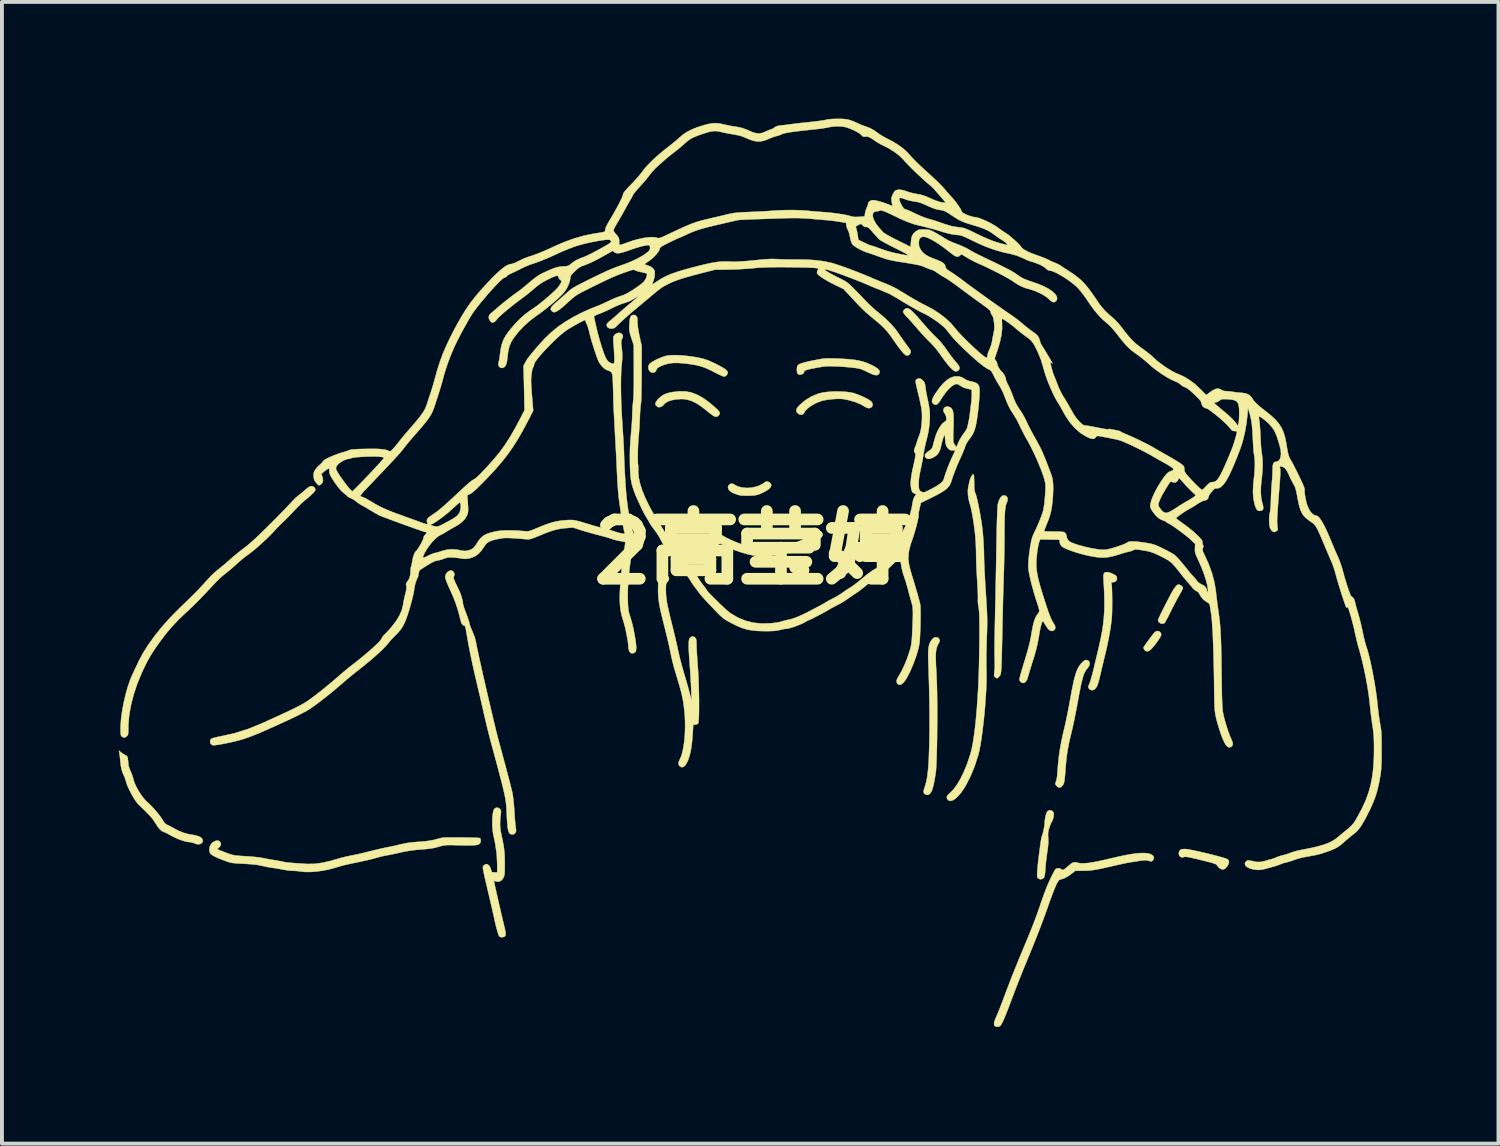
<source format=kicad_pcb>
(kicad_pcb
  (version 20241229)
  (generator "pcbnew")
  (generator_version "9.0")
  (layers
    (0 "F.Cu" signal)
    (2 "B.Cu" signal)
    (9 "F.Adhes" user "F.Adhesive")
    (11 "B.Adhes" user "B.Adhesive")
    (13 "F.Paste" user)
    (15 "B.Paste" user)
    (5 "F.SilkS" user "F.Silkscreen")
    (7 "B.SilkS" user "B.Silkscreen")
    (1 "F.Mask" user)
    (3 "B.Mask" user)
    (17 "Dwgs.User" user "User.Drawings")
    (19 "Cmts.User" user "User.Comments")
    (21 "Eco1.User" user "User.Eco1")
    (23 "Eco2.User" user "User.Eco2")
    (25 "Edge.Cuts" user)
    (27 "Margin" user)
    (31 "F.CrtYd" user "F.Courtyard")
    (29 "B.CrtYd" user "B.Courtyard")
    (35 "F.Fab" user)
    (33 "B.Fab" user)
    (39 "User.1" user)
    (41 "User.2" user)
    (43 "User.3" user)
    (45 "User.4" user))
  (footprint "2高莹婷"
    (layer "F.Cu")
    (at 16.335 11.137)
    (property "Reference" "2高莹婷" (at 0 0 0) (layer "F.SilkS") (effects (font (size 1.524 1.524) (thickness 0.3))))
    (attr through_hole)
    (fp_poly (pts (xy 10.406 2.039) (xy 10.445 2.069) (xy 10.464 2.117) (xy 10.465 2.129) (xy 10.454 2.161) (xy 10.426 2.213) (xy 10.383 2.278) (xy 10.331 2.35) (xy 10.274 2.423) (xy 10.215 2.49) (xy 10.205 2.502) (xy 10.151 2.544) (xy 10.099 2.557) (xy 10.053 2.54) (xy 10.034 2.519) (xy 10.014 2.484) (xy 10.008 2.461) (xy 10.017 2.441) (xy 10.044 2.4) (xy 10.082 2.345) (xy 10.128 2.282) (xy 10.177 2.216) (xy 10.224 2.154) (xy 10.266 2.102) (xy 10.297 2.065) (xy 10.31 2.053) (xy 10.358 2.032) (xy 10.406 2.039)) (stroke (width 0.01) (type solid)) (fill yes) (layer "F.SilkS"))
    (fp_poly (pts (xy 0.353 -1.807) (xy 0.397 -1.785) (xy 0.429 -1.75) (xy 0.44 -1.711) (xy 0.424 -1.665) (xy 0.377 -1.615) (xy 0.302 -1.564) (xy 0.206 -1.516) (xy 0.14 -1.487) (xy 0.086 -1.469) (xy 0.033 -1.457) (xy -0.031 -1.451) (xy -0.116 -1.447) (xy -0.124 -1.446) (xy -0.234 -1.445) (xy -0.319 -1.449) (xy -0.388 -1.461) (xy -0.406 -1.465) (xy -0.519 -1.504) (xy -0.602 -1.549) (xy -0.653 -1.598) (xy -0.673 -1.65) (xy -0.668 -1.689) (xy -0.636 -1.736) (xy -0.59 -1.756) (xy -0.536 -1.747) (xy -0.51 -1.732) (xy -0.421 -1.684) (xy -0.311 -1.655) (xy -0.189 -1.644) (xy -0.063 -1.652) (xy 0.059 -1.679) (xy 0.138 -1.709) (xy 0.197 -1.739) (xy 0.244 -1.767) (xy 0.271 -1.786) (xy 0.272 -1.787) (xy 0.308 -1.809) (xy 0.353 -1.807)) (stroke (width 0.01) (type solid)) (fill yes) (layer "F.SilkS"))
    (fp_poly (pts (xy 10.936 0.844) (xy 10.981 0.868) (xy 11.014 0.903) (xy 11.021 0.922) (xy 11.015 0.948) (xy 10.994 0.995) (xy 10.962 1.054) (xy 10.942 1.089) (xy 10.906 1.151) (xy 10.86 1.234) (xy 10.809 1.332) (xy 10.755 1.437) (xy 10.712 1.522) (xy 10.667 1.615) (xy 10.624 1.697) (xy 10.588 1.763) (xy 10.562 1.81) (xy 10.547 1.831) (xy 10.546 1.831) (xy 10.497 1.846) (xy 10.445 1.837) (xy 10.407 1.808) (xy 10.406 1.808) (xy 10.387 1.775) (xy 10.38 1.755) (xy 10.388 1.733) (xy 10.409 1.685) (xy 10.44 1.618) (xy 10.48 1.535) (xy 10.526 1.444) (xy 10.575 1.347) (xy 10.624 1.251) (xy 10.672 1.161) (xy 10.714 1.08) (xy 10.75 1.016) (xy 10.776 0.972) (xy 10.777 0.971) (xy 10.822 0.908) (xy 10.861 0.862) (xy 10.891 0.841) (xy 10.893 0.84) (xy 10.936 0.844)) (stroke (width 0.01) (type solid)) (fill yes) (layer "F.SilkS"))
    (fp_poly (pts (xy -1.773 -4.128) (xy -1.624 -4.101) (xy -1.479 -4.048) (xy -1.329 -3.967) (xy -1.282 -3.936) (xy -1.217 -3.89) (xy -1.144 -3.834) (xy -1.07 -3.772) (xy -1.001 -3.712) (xy -0.945 -3.66) (xy -0.909 -3.621) (xy -0.908 -3.619) (xy -0.886 -3.584) (xy -0.883 -3.557) (xy -0.898 -3.526) (xy -0.937 -3.486) (xy -0.975 -3.475) (xy -1 -3.476) (xy -1.029 -3.487) (xy -1.066 -3.51) (xy -1.118 -3.548) (xy -1.19 -3.606) (xy -1.207 -3.62) (xy -1.349 -3.732) (xy -1.477 -3.816) (xy -1.596 -3.876) (xy -1.709 -3.913) (xy -1.822 -3.929) (xy -1.88 -3.93) (xy -2.015 -3.92) (xy -2.132 -3.897) (xy -2.227 -3.862) (xy -2.295 -3.816) (xy -2.316 -3.791) (xy -2.36 -3.749) (xy -2.412 -3.724) (xy -2.462 -3.722) (xy -2.477 -3.727) (xy -2.523 -3.762) (xy -2.54 -3.803) (xy -2.526 -3.853) (xy -2.481 -3.914) (xy -2.463 -3.933) (xy -2.39 -4) (xy -2.312 -4.049) (xy -2.221 -4.083) (xy -2.111 -4.107) (xy -1.933 -4.129) (xy -1.773 -4.128)) (stroke (width 0.01) (type solid)) (fill yes) (layer "F.SilkS"))
    (fp_poly (pts (xy 2.206 -4.123) (xy 2.341 -4.116) (xy 2.461 -4.103) (xy 2.548 -4.085) (xy 2.634 -4.057) (xy 2.726 -4.021) (xy 2.819 -3.98) (xy 2.902 -3.938) (xy 2.969 -3.899) (xy 3.009 -3.868) (xy 3.042 -3.818) (xy 3.047 -3.77) (xy 3.028 -3.73) (xy 2.992 -3.703) (xy 2.944 -3.694) (xy 2.888 -3.709) (xy 2.864 -3.723) (xy 2.742 -3.794) (xy 2.593 -3.855) (xy 2.425 -3.903) (xy 2.294 -3.929) (xy 2.217 -3.935) (xy 2.117 -3.934) (xy 2.006 -3.926) (xy 1.895 -3.913) (xy 1.794 -3.896) (xy 1.745 -3.884) (xy 1.643 -3.848) (xy 1.543 -3.801) (xy 1.45 -3.745) (xy 1.373 -3.686) (xy 1.316 -3.629) (xy 1.293 -3.59) (xy 1.259 -3.541) (xy 1.213 -3.524) (xy 1.159 -3.537) (xy 1.128 -3.557) (xy 1.091 -3.599) (xy 1.083 -3.646) (xy 1.104 -3.699) (xy 1.157 -3.762) (xy 1.173 -3.778) (xy 1.316 -3.9) (xy 1.467 -3.993) (xy 1.632 -4.062) (xy 1.708 -4.084) (xy 1.807 -4.104) (xy 1.93 -4.117) (xy 2.066 -4.124) (xy 2.206 -4.123)) (stroke (width 0.01) (type solid)) (fill yes) (layer "F.SilkS"))
    (fp_poly (pts (xy 11.127 7.641) (xy 11.197 7.653) (xy 11.287 7.67) (xy 11.393 7.693) (xy 11.508 7.719) (xy 11.629 7.747) (xy 11.75 7.777) (xy 11.864 7.806) (xy 11.968 7.834) (xy 12.056 7.859) (xy 12.123 7.88) (xy 12.163 7.896) (xy 12.168 7.899) (xy 12.202 7.938) (xy 12.205 7.989) (xy 12.177 8.054) (xy 12.166 8.072) (xy 12.118 8.131) (xy 12.072 8.16) (xy 12.023 8.159) (xy 11.975 8.139) (xy 11.939 8.109) (xy 11.906 8.067) (xy 11.905 8.066) (xy 11.894 8.05) (xy 11.88 8.036) (xy 11.858 8.023) (xy 11.825 8.009) (xy 11.775 7.994) (xy 11.706 7.975) (xy 11.613 7.951) (xy 11.491 7.921) (xy 11.482 7.919) (xy 11.352 7.887) (xy 11.251 7.864) (xy 11.175 7.848) (xy 11.121 7.839) (xy 11.085 7.836) (xy 11.062 7.839) (xy 11.055 7.841) (xy 11.003 7.854) (xy 10.958 7.839) (xy 10.926 7.804) (xy 10.915 7.754) (xy 10.923 7.709) (xy 10.941 7.673) (xy 10.965 7.651) (xy 11.004 7.641) (xy 11.067 7.637) (xy 11.084 7.637) (xy 11.127 7.641)) (stroke (width 0.01) (type solid)) (fill yes) (layer "F.SilkS"))
    (fp_poly (pts (xy -1.009 -0.584) (xy -0.972 -0.551) (xy -0.966 -0.543) (xy -0.915 -0.491) (xy -0.836 -0.434) (xy -0.734 -0.374) (xy -0.614 -0.315) (xy -0.482 -0.258) (xy -0.342 -0.205) (xy -0.2 -0.16) (xy -0.06 -0.124) (xy 0.006 -0.11) (xy 0.109 -0.094) (xy 0.209 -0.087) (xy 0.314 -0.089) (xy 0.433 -0.1) (xy 0.553 -0.117) (xy 0.787 -0.161) (xy 0.996 -0.217) (xy 1.185 -0.287) (xy 1.364 -0.373) (xy 1.516 -0.464) (xy 1.591 -0.51) (xy 1.646 -0.534) (xy 1.687 -0.538) (xy 1.72 -0.524) (xy 1.733 -0.511) (xy 1.76 -0.469) (xy 1.761 -0.428) (xy 1.736 -0.385) (xy 1.682 -0.335) (xy 1.61 -0.284) (xy 1.444 -0.185) (xy 1.27 -0.102) (xy 1.083 -0.033) (xy 0.876 0.024) (xy 0.644 0.072) (xy 0.576 0.084) (xy 0.394 0.108) (xy 0.233 0.116) (xy 0.085 0.108) (xy -0.008 0.094) (xy -0.161 0.06) (xy -0.318 0.016) (xy -0.474 -0.037) (xy -0.625 -0.097) (xy -0.765 -0.162) (xy -0.89 -0.228) (xy -0.996 -0.295) (xy -1.076 -0.36) (xy -1.118 -0.407) (xy -1.15 -0.47) (xy -1.154 -0.525) (xy -1.133 -0.566) (xy -1.088 -0.59) (xy -1.057 -0.593) (xy -1.009 -0.584)) (stroke (width 0.01) (type solid)) (fill yes) (layer "F.SilkS"))
    (fp_poly (pts (xy 3.963 -6.259) (xy 3.999 -6.238) (xy 4.045 -6.201) (xy 4.103 -6.145) (xy 4.175 -6.069) (xy 4.263 -5.969) (xy 4.332 -5.889) (xy 4.409 -5.8) (xy 4.489 -5.712) (xy 4.565 -5.63) (xy 4.631 -5.562) (xy 4.678 -5.518) (xy 4.782 -5.411) (xy 4.893 -5.272) (xy 4.945 -5.199) (xy 5.005 -5.113) (xy 5.068 -5.028) (xy 5.128 -4.951) (xy 5.178 -4.891) (xy 5.185 -4.883) (xy 5.243 -4.814) (xy 5.274 -4.76) (xy 5.281 -4.717) (xy 5.265 -4.681) (xy 5.252 -4.668) (xy 5.212 -4.642) (xy 5.171 -4.641) (xy 5.124 -4.664) (xy 5.066 -4.715) (xy 5.033 -4.75) (xy 4.984 -4.807) (xy 4.924 -4.883) (xy 4.861 -4.969) (xy 4.801 -5.053) (xy 4.799 -5.057) (xy 4.669 -5.23) (xy 4.538 -5.373) (xy 4.527 -5.383) (xy 4.464 -5.445) (xy 4.388 -5.524) (xy 4.308 -5.61) (xy 4.232 -5.696) (xy 4.216 -5.715) (xy 4.146 -5.796) (xy 4.073 -5.879) (xy 4.005 -5.956) (xy 3.948 -6.017) (xy 3.935 -6.031) (xy 3.887 -6.083) (xy 3.85 -6.129) (xy 3.83 -6.162) (xy 3.827 -6.171) (xy 3.841 -6.208) (xy 3.876 -6.243) (xy 3.919 -6.264) (xy 3.934 -6.265) (xy 3.963 -6.259)) (stroke (width 0.01) (type solid)) (fill yes) (layer "F.SilkS"))
    (fp_poly (pts (xy -1.919 -5.055) (xy -1.761 -5.042) (xy -1.591 -5.021) (xy -1.455 -4.998) (xy -1.342 -4.974) (xy -1.241 -4.944) (xy -1.141 -4.906) (xy -1.03 -4.855) (xy -0.965 -4.823) (xy -0.86 -4.768) (xy -0.783 -4.724) (xy -0.73 -4.688) (xy -0.697 -4.656) (xy -0.681 -4.627) (xy -0.677 -4.604) (xy -0.691 -4.565) (xy -0.723 -4.528) (xy -0.762 -4.507) (xy -0.775 -4.505) (xy -0.799 -4.513) (xy -0.848 -4.534) (xy -0.915 -4.566) (xy -0.995 -4.605) (xy -1.05 -4.634) (xy -1.161 -4.689) (xy -1.26 -4.733) (xy -1.354 -4.766) (xy -1.452 -4.793) (xy -1.563 -4.814) (xy -1.694 -4.833) (xy -1.784 -4.844) (xy -1.944 -4.858) (xy -2.08 -4.857) (xy -2.2 -4.842) (xy -2.311 -4.811) (xy -2.362 -4.791) (xy -2.437 -4.756) (xy -2.483 -4.727) (xy -2.503 -4.702) (xy -2.503 -4.699) (xy -2.528 -4.646) (xy -2.572 -4.613) (xy -2.608 -4.606) (xy -2.659 -4.621) (xy -2.697 -4.659) (xy -2.719 -4.711) (xy -2.72 -4.77) (xy -2.697 -4.824) (xy -2.693 -4.83) (xy -2.656 -4.862) (xy -2.595 -4.901) (xy -2.517 -4.942) (xy -2.43 -4.981) (xy -2.342 -5.015) (xy -2.266 -5.039) (xy -2.176 -5.054) (xy -2.059 -5.059) (xy -1.919 -5.055)) (stroke (width 0.01) (type solid)) (fill yes) (layer "F.SilkS"))
    (fp_poly (pts (xy 7.651 6.649) (xy 7.679 6.671) (xy 7.696 6.698) (xy 7.702 6.733) (xy 7.698 6.789) (xy 7.697 6.797) (xy 7.685 6.858) (xy 7.666 6.909) (xy 7.654 6.93) (xy 7.634 6.965) (xy 7.61 7.022) (xy 7.587 7.088) (xy 7.585 7.094) (xy 7.565 7.171) (xy 7.555 7.236) (xy 7.556 7.308) (xy 7.559 7.35) (xy 7.562 7.434) (xy 7.558 7.528) (xy 7.545 7.641) (xy 7.535 7.707) (xy 7.52 7.817) (xy 7.505 7.939) (xy 7.493 8.058) (xy 7.487 8.14) (xy 7.48 8.233) (xy 7.472 8.299) (xy 7.463 8.343) (xy 7.451 8.371) (xy 7.443 8.381) (xy 7.398 8.41) (xy 7.346 8.413) (xy 7.3 8.392) (xy 7.293 8.386) (xy 7.282 8.369) (xy 7.275 8.346) (xy 7.273 8.31) (xy 7.275 8.255) (xy 7.28 8.174) (xy 7.283 8.144) (xy 7.29 8.066) (xy 7.3 7.971) (xy 7.312 7.867) (xy 7.326 7.757) (xy 7.34 7.649) (xy 7.354 7.546) (xy 7.367 7.455) (xy 7.379 7.382) (xy 7.388 7.332) (xy 7.395 7.31) (xy 7.409 7.275) (xy 7.425 7.217) (xy 7.441 7.146) (xy 7.456 7.073) (xy 7.465 7.007) (xy 7.468 6.968) (xy 7.473 6.893) (xy 7.486 6.816) (xy 7.504 6.745) (xy 7.525 6.689) (xy 7.546 6.659) (xy 7.599 6.639) (xy 7.651 6.649)) (stroke (width 0.01) (type solid)) (fill yes) (layer "F.SilkS"))
    (fp_poly (pts (xy 1.995 -4.975) (xy 2.083 -4.972) (xy 2.273 -4.964) (xy 2.435 -4.953) (xy 2.574 -4.938) (xy 2.694 -4.918) (xy 2.801 -4.891) (xy 2.9 -4.857) (xy 2.996 -4.815) (xy 3.095 -4.764) (xy 3.096 -4.764) (xy 3.17 -4.717) (xy 3.214 -4.673) (xy 3.228 -4.632) (xy 3.215 -4.588) (xy 3.211 -4.581) (xy 3.184 -4.554) (xy 3.148 -4.542) (xy 3.097 -4.548) (xy 3.028 -4.571) (xy 2.937 -4.613) (xy 2.907 -4.628) (xy 2.829 -4.666) (xy 2.767 -4.692) (xy 2.709 -4.71) (xy 2.642 -4.723) (xy 2.555 -4.735) (xy 2.542 -4.736) (xy 2.447 -4.746) (xy 2.333 -4.756) (xy 2.212 -4.764) (xy 2.101 -4.77) (xy 2.096 -4.77) (xy 1.99 -4.773) (xy 1.905 -4.773) (xy 1.83 -4.769) (xy 1.753 -4.76) (xy 1.662 -4.744) (xy 1.605 -4.734) (xy 1.493 -4.713) (xy 1.41 -4.695) (xy 1.352 -4.68) (xy 1.315 -4.667) (xy 1.295 -4.653) (xy 1.287 -4.638) (xy 1.287 -4.633) (xy 1.272 -4.595) (xy 1.236 -4.568) (xy 1.19 -4.556) (xy 1.144 -4.562) (xy 1.117 -4.581) (xy 1.104 -4.615) (xy 1.099 -4.667) (xy 1.1 -4.726) (xy 1.109 -4.775) (xy 1.125 -4.8) (xy 1.158 -4.824) (xy 1.212 -4.847) (xy 1.29 -4.87) (xy 1.395 -4.896) (xy 1.52 -4.922) (xy 1.63 -4.943) (xy 1.715 -4.959) (xy 1.786 -4.969) (xy 1.85 -4.974) (xy 1.917 -4.976) (xy 1.995 -4.975)) (stroke (width 0.01) (type solid)) (fill yes) (layer "F.SilkS"))
    (fp_poly (pts (xy 8.585 2.79) (xy 8.616 2.824) (xy 8.625 2.872) (xy 8.612 2.928) (xy 8.574 2.984) (xy 8.573 2.985) (xy 8.54 3.024) (xy 8.511 3.069) (xy 8.484 3.124) (xy 8.459 3.192) (xy 8.435 3.278) (xy 8.409 3.384) (xy 8.382 3.515) (xy 8.351 3.674) (xy 8.34 3.738) (xy 8.3 3.955) (xy 8.263 4.145) (xy 8.229 4.316) (xy 8.195 4.473) (xy 8.161 4.623) (xy 8.128 4.758) (xy 8.091 4.919) (xy 8.062 5.071) (xy 8.038 5.227) (xy 8.019 5.395) (xy 8.003 5.586) (xy 8.001 5.609) (xy 7.992 5.726) (xy 7.984 5.813) (xy 7.976 5.877) (xy 7.967 5.923) (xy 7.957 5.957) (xy 7.944 5.983) (xy 7.943 5.984) (xy 7.9 6.039) (xy 7.859 6.06) (xy 7.816 6.049) (xy 7.78 6.021) (xy 7.748 5.983) (xy 7.741 5.951) (xy 7.755 5.909) (xy 7.762 5.896) (xy 7.772 5.861) (xy 7.783 5.801) (xy 7.792 5.725) (xy 7.796 5.664) (xy 7.812 5.461) (xy 7.832 5.27) (xy 7.859 5.082) (xy 7.894 4.889) (xy 7.938 4.681) (xy 7.984 4.487) (xy 8.004 4.399) (xy 8.028 4.285) (xy 8.055 4.155) (xy 8.082 4.017) (xy 8.108 3.879) (xy 8.12 3.81) (xy 8.155 3.617) (xy 8.187 3.454) (xy 8.216 3.318) (xy 8.244 3.206) (xy 8.272 3.113) (xy 8.301 3.037) (xy 8.331 2.973) (xy 8.364 2.92) (xy 8.401 2.872) (xy 8.41 2.863) (xy 8.46 2.812) (xy 8.5 2.785) (xy 8.534 2.777) (xy 8.585 2.79)) (stroke (width 0.01) (type solid)) (fill yes) (layer "F.SilkS"))
    (fp_poly (pts (xy 4.721 2.2) (xy 4.751 2.228) (xy 4.756 2.236) (xy 4.771 2.271) (xy 4.767 2.301) (xy 4.753 2.329) (xy 4.727 2.379) (xy 4.706 2.425) (xy 4.69 2.472) (xy 4.679 2.525) (xy 4.672 2.586) (xy 4.668 2.661) (xy 4.669 2.753) (xy 4.672 2.867) (xy 4.679 3.006) (xy 4.688 3.175) (xy 4.694 3.299) (xy 4.698 3.445) (xy 4.702 3.61) (xy 4.704 3.79) (xy 4.706 3.981) (xy 4.706 4.179) (xy 4.706 4.38) (xy 4.704 4.58) (xy 4.702 4.776) (xy 4.699 4.963) (xy 4.695 5.138) (xy 4.69 5.296) (xy 4.685 5.435) (xy 4.679 5.55) (xy 4.672 5.637) (xy 4.668 5.673) (xy 4.642 5.836) (xy 4.617 5.968) (xy 4.591 6.071) (xy 4.563 6.148) (xy 4.532 6.201) (xy 4.499 6.233) (xy 4.461 6.245) (xy 4.406 6.237) (xy 4.381 6.218) (xy 4.363 6.195) (xy 4.355 6.171) (xy 4.357 6.139) (xy 4.37 6.089) (xy 4.393 6.021) (xy 4.416 5.942) (xy 4.437 5.853) (xy 4.454 5.748) (xy 4.468 5.627) (xy 4.48 5.484) (xy 4.49 5.318) (xy 4.497 5.124) (xy 4.504 4.9) (xy 4.504 4.877) (xy 4.509 4.564) (xy 4.509 4.22) (xy 4.505 3.846) (xy 4.497 3.446) (xy 4.484 3.021) (xy 4.477 2.811) (xy 4.473 2.669) (xy 4.475 2.556) (xy 4.482 2.466) (xy 4.497 2.393) (xy 4.519 2.333) (xy 4.549 2.281) (xy 4.561 2.264) (xy 4.599 2.221) (xy 4.631 2.199) (xy 4.669 2.193) (xy 4.674 2.193) (xy 4.721 2.2)) (stroke (width 0.01) (type solid)) (fill yes) (layer "F.SilkS"))
    (fp_poly (pts (xy 9.083 0.52) (xy 9.131 0.529) (xy 9.189 0.55) (xy 9.247 0.578) (xy 9.294 0.607) (xy 9.319 0.634) (xy 9.32 0.636) (xy 9.328 0.695) (xy 9.307 0.743) (xy 9.263 0.773) (xy 9.223 0.779) (xy 9.195 0.781) (xy 9.184 0.793) (xy 9.186 0.825) (xy 9.19 0.851) (xy 9.194 0.889) (xy 9.197 0.955) (xy 9.2 1.042) (xy 9.202 1.145) (xy 9.203 1.258) (xy 9.203 1.304) (xy 9.202 1.439) (xy 9.2 1.55) (xy 9.196 1.644) (xy 9.189 1.731) (xy 9.179 1.82) (xy 9.166 1.918) (xy 9.155 1.989) (xy 9.133 2.117) (xy 9.105 2.263) (xy 9.075 2.411) (xy 9.044 2.546) (xy 9.034 2.59) (xy 9.005 2.709) (xy 8.974 2.838) (xy 8.943 2.966) (xy 8.917 3.079) (xy 8.906 3.124) (xy 8.878 3.244) (xy 8.854 3.335) (xy 8.833 3.403) (xy 8.812 3.454) (xy 8.789 3.491) (xy 8.768 3.518) (xy 8.719 3.55) (xy 8.667 3.554) (xy 8.622 3.529) (xy 8.608 3.512) (xy 8.592 3.484) (xy 8.59 3.46) (xy 8.601 3.426) (xy 8.617 3.392) (xy 8.633 3.351) (xy 8.654 3.284) (xy 8.678 3.198) (xy 8.705 3.098) (xy 8.731 2.992) (xy 8.731 2.991) (xy 8.759 2.873) (xy 8.788 2.75) (xy 8.816 2.631) (xy 8.841 2.528) (xy 8.856 2.464) (xy 8.905 2.247) (xy 8.944 2.046) (xy 8.973 1.853) (xy 8.992 1.661) (xy 9.003 1.464) (xy 9.004 1.256) (xy 8.998 1.029) (xy 8.985 0.777) (xy 8.981 0.728) (xy 8.978 0.64) (xy 8.982 0.58) (xy 8.997 0.543) (xy 9.025 0.525) (xy 9.068 0.52) (xy 9.083 0.52)) (stroke (width 0.01) (type solid)) (fill yes) (layer "F.SilkS"))
    (fp_poly (pts (xy 6.462 -1.446) (xy 6.5 -1.415) (xy 6.517 -1.366) (xy 6.509 -1.305) (xy 6.496 -1.273) (xy 6.479 -1.233) (xy 6.466 -1.18) (xy 6.455 -1.113) (xy 6.447 -1.028) (xy 6.441 -0.922) (xy 6.437 -0.791) (xy 6.435 -0.632) (xy 6.435 -0.48) (xy 6.434 -0.314) (xy 6.432 -0.127) (xy 6.429 0.07) (xy 6.425 0.264) (xy 6.421 0.445) (xy 6.417 0.56) (xy 6.413 0.689) (xy 6.408 0.844) (xy 6.403 1.021) (xy 6.398 1.211) (xy 6.393 1.41) (xy 6.389 1.609) (xy 6.384 1.803) (xy 6.382 1.905) (xy 6.377 2.139) (xy 6.373 2.341) (xy 6.369 2.514) (xy 6.365 2.661) (xy 6.362 2.783) (xy 6.358 2.884) (xy 6.355 2.965) (xy 6.351 3.028) (xy 6.346 3.078) (xy 6.341 3.114) (xy 6.336 3.141) (xy 6.329 3.161) (xy 6.321 3.175) (xy 6.312 3.186) (xy 6.302 3.197) (xy 6.3 3.2) (xy 6.267 3.234) (xy 6.247 3.248) (xy 6.228 3.243) (xy 6.2 3.224) (xy 6.176 3.203) (xy 6.167 3.176) (xy 6.17 3.132) (xy 6.172 3.118) (xy 6.183 3) (xy 6.186 2.851) (xy 6.181 2.684) (xy 6.18 2.638) (xy 6.18 2.563) (xy 6.18 2.461) (xy 6.182 2.335) (xy 6.183 2.191) (xy 6.186 2.031) (xy 6.189 1.86) (xy 6.193 1.68) (xy 6.195 1.566) (xy 6.2 1.35) (xy 6.205 1.113) (xy 6.21 0.863) (xy 6.215 0.609) (xy 6.22 0.357) (xy 6.224 0.116) (xy 6.228 -0.105) (xy 6.231 -0.271) (xy 6.235 -0.461) (xy 6.238 -0.637) (xy 6.242 -0.795) (xy 6.247 -0.934) (xy 6.251 -1.049) (xy 6.256 -1.138) (xy 6.26 -1.199) (xy 6.264 -1.226) (xy 6.291 -1.318) (xy 6.327 -1.389) (xy 6.368 -1.436) (xy 6.407 -1.453) (xy 6.462 -1.446)) (stroke (width 0.01) (type solid)) (fill yes) (layer "F.SilkS"))
    (fp_poly (pts (xy -16.274 5.153) (xy -16.224 5.189) (xy -16.172 5.219) (xy -16.163 5.223) (xy -16.129 5.241) (xy -16.11 5.268) (xy -16.099 5.314) (xy -16.098 5.326) (xy -16.091 5.387) (xy -16.087 5.442) (xy -16.087 5.457) (xy -16.08 5.496) (xy -16.062 5.554) (xy -16.036 5.621) (xy -16.029 5.637) (xy -15.999 5.707) (xy -15.975 5.774) (xy -15.96 5.827) (xy -15.959 5.834) (xy -15.934 5.918) (xy -15.891 6.018) (xy -15.834 6.124) (xy -15.768 6.229) (xy -15.698 6.324) (xy -15.63 6.401) (xy -15.61 6.419) (xy -15.525 6.498) (xy -15.436 6.591) (xy -15.351 6.69) (xy -15.275 6.785) (xy -15.217 6.87) (xy -15.206 6.889) (xy -15.167 6.95) (xy -15.132 6.989) (xy -15.091 7.014) (xy -15.079 7.019) (xy -15.027 7.043) (xy -14.963 7.077) (xy -14.918 7.103) (xy -14.797 7.167) (xy -14.668 7.219) (xy -14.544 7.254) (xy -14.478 7.265) (xy -14.386 7.28) (xy -14.304 7.302) (xy -14.238 7.329) (xy -14.197 7.359) (xy -14.194 7.362) (xy -14.172 7.411) (xy -14.177 7.455) (xy -14.205 7.489) (xy -14.25 7.51) (xy -14.306 7.515) (xy -14.368 7.499) (xy -14.385 7.49) (xy -14.432 7.473) (xy -14.494 7.461) (xy -14.529 7.458) (xy -14.603 7.446) (xy -14.696 7.42) (xy -14.8 7.382) (xy -14.905 7.335) (xy -15.003 7.284) (xy -15.017 7.275) (xy -15.079 7.241) (xy -15.139 7.212) (xy -15.176 7.198) (xy -15.228 7.172) (xy -15.279 7.128) (xy -15.333 7.061) (xy -15.393 6.967) (xy -15.4 6.955) (xy -15.454 6.875) (xy -15.531 6.784) (xy -15.623 6.687) (xy -15.627 6.684) (xy -15.692 6.62) (xy -15.754 6.56) (xy -15.804 6.51) (xy -15.838 6.477) (xy -15.84 6.476) (xy -15.881 6.426) (xy -15.93 6.353) (xy -15.982 6.265) (xy -16.034 6.17) (xy -16.08 6.077) (xy -16.117 5.993) (xy -16.138 5.929) (xy -16.157 5.861) (xy -16.179 5.798) (xy -16.195 5.76) (xy -16.234 5.675) (xy -16.261 5.588) (xy -16.28 5.486) (xy -16.29 5.393) (xy -16.298 5.314) (xy -16.306 5.24) (xy -16.314 5.184) (xy -16.317 5.165) (xy -16.33 5.106) (xy -16.274 5.153)) (stroke (width 0.01) (type solid)) (fill yes) (layer "F.SilkS"))
    (fp_poly (pts (xy -6.583 6.576) (xy -6.535 6.605) (xy -6.535 6.606) (xy -6.512 6.637) (xy -6.506 6.675) (xy -6.509 6.711) (xy -6.527 6.868) (xy -6.532 7.006) (xy -6.522 7.135) (xy -6.498 7.268) (xy -6.497 7.273) (xy -6.466 7.413) (xy -6.444 7.53) (xy -6.428 7.635) (xy -6.418 7.738) (xy -6.412 7.847) (xy -6.41 7.975) (xy -6.41 8.009) (xy -6.41 8.119) (xy -6.411 8.201) (xy -6.414 8.261) (xy -6.42 8.304) (xy -6.428 8.337) (xy -6.439 8.366) (xy -6.443 8.374) (xy -6.49 8.439) (xy -6.547 8.473) (xy -6.615 8.475) (xy -6.633 8.47) (xy -6.691 8.452) (xy -6.68 8.506) (xy -6.669 8.558) (xy -6.651 8.636) (xy -6.629 8.735) (xy -6.603 8.85) (xy -6.575 8.973) (xy -6.546 9.1) (xy -6.517 9.225) (xy -6.49 9.341) (xy -6.467 9.442) (xy -6.447 9.523) (xy -6.434 9.578) (xy -6.433 9.584) (xy -6.408 9.688) (xy -6.392 9.764) (xy -6.387 9.818) (xy -6.39 9.853) (xy -6.402 9.876) (xy -6.41 9.884) (xy -6.454 9.902) (xy -6.503 9.904) (xy -6.542 9.892) (xy -6.549 9.885) (xy -6.566 9.853) (xy -6.587 9.794) (xy -6.61 9.715) (xy -6.635 9.622) (xy -6.659 9.521) (xy -6.671 9.466) (xy -6.683 9.409) (xy -6.702 9.325) (xy -6.726 9.219) (xy -6.754 9.097) (xy -6.785 8.963) (xy -6.817 8.824) (xy -6.834 8.755) (xy -6.872 8.591) (xy -6.904 8.457) (xy -6.929 8.349) (xy -6.947 8.265) (xy -6.96 8.201) (xy -6.968 8.154) (xy -6.972 8.121) (xy -6.971 8.098) (xy -6.968 8.083) (xy -6.961 8.072) (xy -6.952 8.061) (xy -6.95 8.06) (xy -6.905 8.028) (xy -6.86 8.027) (xy -6.817 8.057) (xy -6.782 8.114) (xy -6.769 8.153) (xy -6.753 8.202) (xy -6.738 8.227) (xy -6.713 8.236) (xy -6.674 8.238) (xy -6.604 8.238) (xy -6.604 8.026) (xy -6.618 7.755) (xy -6.659 7.479) (xy -6.692 7.327) (xy -6.712 7.225) (xy -6.725 7.113) (xy -6.731 6.998) (xy -6.731 6.885) (xy -6.724 6.782) (xy -6.711 6.694) (xy -6.692 6.629) (xy -6.675 6.6) (xy -6.633 6.574) (xy -6.583 6.576)) (stroke (width 0.01) (type solid)) (fill yes) (layer "F.SilkS"))
    (fp_poly (pts (xy 10.125 7.749) (xy 10.198 7.771) (xy 10.249 7.803) (xy 10.275 7.845) (xy 10.272 7.893) (xy 10.245 7.933) (xy 10.216 7.952) (xy 10.183 7.951) (xy 10.158 7.944) (xy 10.099 7.929) (xy 10.032 7.926) (xy 9.946 7.935) (xy 9.907 7.941) (xy 9.84 7.952) (xy 9.758 7.965) (xy 9.686 7.975) (xy 9.629 7.985) (xy 9.546 8.001) (xy 9.446 8.022) (xy 9.337 8.046) (xy 9.229 8.071) (xy 9.07 8.107) (xy 8.94 8.136) (xy 8.831 8.158) (xy 8.739 8.174) (xy 8.658 8.185) (xy 8.583 8.192) (xy 8.508 8.195) (xy 8.441 8.196) (xy 8.255 8.196) (xy 8.179 8.257) (xy 8.078 8.33) (xy 7.987 8.382) (xy 7.909 8.411) (xy 7.893 8.415) (xy 7.861 8.422) (xy 7.837 8.436) (xy 7.815 8.465) (xy 7.787 8.513) (xy 7.767 8.552) (xy 7.745 8.601) (xy 7.714 8.677) (xy 7.676 8.774) (xy 7.634 8.887) (xy 7.589 9.011) (xy 7.544 9.139) (xy 7.536 9.162) (xy 7.49 9.292) (xy 7.433 9.445) (xy 7.369 9.616) (xy 7.3 9.795) (xy 7.228 9.976) (xy 7.158 10.152) (xy 7.099 10.295) (xy 7.028 10.468) (xy 6.966 10.619) (xy 6.911 10.752) (xy 6.862 10.874) (xy 6.815 10.992) (xy 6.768 11.112) (xy 6.719 11.239) (xy 6.665 11.38) (xy 6.605 11.541) (xy 6.538 11.718) (xy 6.499 11.818) (xy 6.46 11.915) (xy 6.424 12.001) (xy 6.394 12.068) (xy 6.379 12.099) (xy 6.348 12.154) (xy 6.324 12.185) (xy 6.298 12.2) (xy 6.265 12.205) (xy 6.219 12.203) (xy 6.187 12.191) (xy 6.185 12.189) (xy 6.166 12.147) (xy 6.171 12.083) (xy 6.2 12.001) (xy 6.213 11.974) (xy 6.232 11.932) (xy 6.261 11.863) (xy 6.297 11.774) (xy 6.339 11.668) (xy 6.383 11.552) (xy 6.426 11.437) (xy 6.519 11.192) (xy 6.612 10.949) (xy 6.711 10.702) (xy 6.816 10.442) (xy 6.933 10.161) (xy 6.951 10.118) (xy 7.029 9.932) (xy 7.095 9.77) (xy 7.153 9.626) (xy 7.204 9.494) (xy 7.251 9.367) (xy 7.298 9.238) (xy 7.345 9.101) (xy 7.376 9.009) (xy 7.454 8.789) (xy 7.528 8.598) (xy 7.599 8.435) (xy 7.628 8.374) (xy 7.673 8.285) (xy 7.707 8.221) (xy 7.731 8.178) (xy 7.751 8.153) (xy 7.769 8.139) (xy 7.789 8.133) (xy 7.808 8.131) (xy 7.864 8.136) (xy 7.89 8.153) (xy 7.914 8.173) (xy 7.941 8.175) (xy 7.977 8.155) (xy 8.029 8.113) (xy 8.037 8.106) (xy 8.107 8.046) (xy 8.158 8.006) (xy 8.199 7.984) (xy 8.235 7.976) (xy 8.273 7.98) (xy 8.297 7.986) (xy 8.358 7.999) (xy 8.425 8.005) (xy 8.503 8.003) (xy 8.596 7.995) (xy 8.706 7.978) (xy 8.838 7.953) (xy 8.995 7.919) (xy 9.18 7.875) (xy 9.186 7.874) (xy 9.411 7.822) (xy 9.606 7.783) (xy 9.774 7.756) (xy 9.915 7.742) (xy 10.031 7.74) (xy 10.125 7.749)) (stroke (width 0.01) (type solid)) (fill yes) (layer "F.SilkS"))
    (fp_poly (pts (xy -2.285 0.559) (xy -2.232 0.6) (xy -2.228 0.604) (xy -2.192 0.658) (xy -2.189 0.711) (xy -2.22 0.762) (xy -2.227 0.769) (xy -2.247 0.79) (xy -2.259 0.814) (xy -2.266 0.849) (xy -2.269 0.903) (xy -2.269 0.962) (xy -2.268 1.042) (xy -2.264 1.12) (xy -2.255 1.2) (xy -2.243 1.287) (xy -2.224 1.385) (xy -2.199 1.501) (xy -2.167 1.638) (xy -2.127 1.802) (xy -2.116 1.846) (xy -2.082 1.982) (xy -2.048 2.122) (xy -2.016 2.259) (xy -1.987 2.384) (xy -1.963 2.49) (xy -1.949 2.557) (xy -1.925 2.662) (xy -1.895 2.787) (xy -1.86 2.918) (xy -1.825 3.043) (xy -1.811 3.09) (xy -1.777 3.205) (xy -1.741 3.329) (xy -1.706 3.451) (xy -1.677 3.557) (xy -1.666 3.598) (xy -1.608 3.818) (xy -1.618 3.539) (xy -1.622 3.429) (xy -1.629 3.297) (xy -1.638 3.155) (xy -1.647 3.014) (xy -1.655 2.904) (xy -1.669 2.715) (xy -1.678 2.558) (xy -1.682 2.432) (xy -1.681 2.336) (xy -1.675 2.268) (xy -1.664 2.226) (xy -1.662 2.223) (xy -1.625 2.184) (xy -1.578 2.172) (xy -1.53 2.189) (xy -1.519 2.199) (xy -1.502 2.22) (xy -1.491 2.245) (xy -1.485 2.284) (xy -1.482 2.344) (xy -1.481 2.409) (xy -1.479 2.48) (xy -1.474 2.576) (xy -1.467 2.689) (xy -1.459 2.812) (xy -1.45 2.934) (xy -1.448 2.955) (xy -1.44 3.069) (xy -1.433 3.199) (xy -1.428 3.338) (xy -1.423 3.484) (xy -1.42 3.633) (xy -1.417 3.78) (xy -1.417 3.92) (xy -1.417 4.051) (xy -1.419 4.168) (xy -1.422 4.266) (xy -1.427 4.342) (xy -1.433 4.392) (xy -1.438 4.41) (xy -1.469 4.429) (xy -1.513 4.44) (xy -1.566 4.445) (xy -1.577 4.64) (xy -1.595 4.869) (xy -1.621 5.065) (xy -1.656 5.229) (xy -1.7 5.36) (xy -1.752 5.46) (xy -1.783 5.499) (xy -1.826 5.531) (xy -1.87 5.532) (xy -1.91 5.511) (xy -1.941 5.47) (xy -1.944 5.415) (xy -1.92 5.35) (xy -1.914 5.34) (xy -1.875 5.255) (xy -1.842 5.142) (xy -1.815 5.005) (xy -1.794 4.851) (xy -1.78 4.682) (xy -1.774 4.506) (xy -1.776 4.326) (xy -1.786 4.148) (xy -1.802 4.001) (xy -1.813 3.919) (xy -1.824 3.845) (xy -1.836 3.777) (xy -1.85 3.708) (xy -1.867 3.635) (xy -1.888 3.552) (xy -1.916 3.455) (xy -1.949 3.339) (xy -1.991 3.2) (xy -2.037 3.048) (xy -2.065 2.951) (xy -2.094 2.836) (xy -2.122 2.718) (xy -2.142 2.625) (xy -2.162 2.527) (xy -2.183 2.431) (xy -2.205 2.329) (xy -2.232 2.217) (xy -2.263 2.091) (xy -2.299 1.944) (xy -2.343 1.771) (xy -2.36 1.704) (xy -2.406 1.511) (xy -2.439 1.343) (xy -2.46 1.19) (xy -2.469 1.047) (xy -2.469 0.905) (xy -2.468 0.872) (xy -2.461 0.768) (xy -2.451 0.691) (xy -2.437 0.637) (xy -2.417 0.599) (xy -2.389 0.572) (xy -2.381 0.567) (xy -2.333 0.548) (xy -2.285 0.559)) (stroke (width 0.01) (type solid)) (fill yes) (layer "F.SilkS"))
    (fp_poly (pts (xy -11.33 -1.679) (xy -11.292 -1.644) (xy -11.278 -1.598) (xy -11.291 -1.566) (xy -11.331 -1.517) (xy -11.396 -1.455) (xy -11.482 -1.38) (xy -11.553 -1.323) (xy -11.603 -1.279) (xy -11.669 -1.218) (xy -11.742 -1.145) (xy -11.815 -1.069) (xy -11.835 -1.047) (xy -11.906 -0.972) (xy -11.977 -0.898) (xy -12.043 -0.832) (xy -12.095 -0.782) (xy -12.108 -0.77) (xy -12.161 -0.72) (xy -12.227 -0.654) (xy -12.293 -0.584) (xy -12.329 -0.544) (xy -12.395 -0.474) (xy -12.478 -0.39) (xy -12.573 -0.3) (xy -12.673 -0.207) (xy -12.772 -0.119) (xy -12.863 -0.042) (xy -12.941 0.02) (xy -12.973 0.044) (xy -13.095 0.134) (xy -13.216 0.233) (xy -13.346 0.349) (xy -13.36 0.362) (xy -13.432 0.426) (xy -13.512 0.493) (xy -13.587 0.553) (xy -13.608 0.569) (xy -13.668 0.618) (xy -13.74 0.683) (xy -13.816 0.757) (xy -13.887 0.832) (xy -13.888 0.833) (xy -14.099 1.059) (xy -14.303 1.27) (xy -14.498 1.46) (xy -14.623 1.576) (xy -14.798 1.743) (xy -14.962 1.918) (xy -15.121 2.106) (xy -15.28 2.317) (xy -15.361 2.43) (xy -15.448 2.559) (xy -15.525 2.682) (xy -15.595 2.807) (xy -15.665 2.945) (xy -15.739 3.104) (xy -15.751 3.131) (xy -15.861 3.4) (xy -15.95 3.67) (xy -16.018 3.936) (xy -16.064 4.192) (xy -16.085 4.434) (xy -16.087 4.513) (xy -16.087 4.596) (xy -16.089 4.652) (xy -16.094 4.689) (xy -16.103 4.712) (xy -16.117 4.729) (xy -16.131 4.74) (xy -16.165 4.765) (xy -16.19 4.772) (xy -16.22 4.764) (xy -16.234 4.758) (xy -16.256 4.745) (xy -16.271 4.725) (xy -16.281 4.691) (xy -16.285 4.639) (xy -16.286 4.563) (xy -16.284 4.462) (xy -16.271 4.279) (xy -16.244 4.079) (xy -16.205 3.871) (xy -16.156 3.663) (xy -16.1 3.465) (xy -16.037 3.284) (xy -15.983 3.156) (xy -15.945 3.076) (xy -15.9 2.979) (xy -15.853 2.88) (xy -15.825 2.819) (xy -15.712 2.606) (xy -15.571 2.382) (xy -15.405 2.152) (xy -15.218 1.92) (xy -15.012 1.689) (xy -14.79 1.464) (xy -14.745 1.42) (xy -14.583 1.265) (xy -14.441 1.126) (xy -14.314 0.998) (xy -14.197 0.873) (xy -14.083 0.748) (xy -14.025 0.683) (xy -13.962 0.617) (xy -13.884 0.543) (xy -13.806 0.476) (xy -13.78 0.455) (xy -13.711 0.399) (xy -13.627 0.33) (xy -13.541 0.256) (xy -13.471 0.194) (xy -13.388 0.121) (xy -13.29 0.04) (xy -13.189 -0.04) (xy -13.104 -0.105) (xy -13.032 -0.161) (xy -12.952 -0.228) (xy -12.861 -0.309) (xy -12.756 -0.407) (xy -12.635 -0.524) (xy -12.493 -0.663) (xy -12.451 -0.706) (xy -12.344 -0.812) (xy -12.242 -0.916) (xy -12.146 -1.014) (xy -12.061 -1.101) (xy -11.99 -1.175) (xy -11.937 -1.232) (xy -11.904 -1.268) (xy -11.848 -1.329) (xy -11.786 -1.39) (xy -11.731 -1.436) (xy -11.727 -1.439) (xy -11.671 -1.483) (xy -11.604 -1.538) (xy -11.54 -1.594) (xy -11.535 -1.598) (xy -11.469 -1.653) (xy -11.42 -1.683) (xy -11.382 -1.693) (xy -11.381 -1.693) (xy -11.33 -1.679)) (stroke (width 0.01) (type solid)) (fill yes) (layer "F.SilkS"))
    (fp_poly (pts (xy -7.759 0.486) (xy -7.737 0.501) (xy -7.712 0.541) (xy -7.705 0.589) (xy -7.717 0.631) (xy -7.723 0.639) (xy -7.728 0.658) (xy -7.719 0.695) (xy -7.695 0.755) (xy -7.671 0.807) (xy -7.635 0.881) (xy -7.601 0.953) (xy -7.574 1.011) (xy -7.566 1.029) (xy -7.539 1.099) (xy -7.514 1.179) (xy -7.495 1.256) (xy -7.485 1.317) (xy -7.485 1.332) (xy -7.478 1.364) (xy -7.462 1.419) (xy -7.437 1.49) (xy -7.407 1.57) (xy -7.406 1.572) (xy -7.375 1.655) (xy -7.348 1.732) (xy -7.328 1.797) (xy -7.319 1.837) (xy -7.307 1.884) (xy -7.284 1.949) (xy -7.253 2.019) (xy -7.244 2.038) (xy -7.183 2.19) (xy -7.153 2.309) (xy -7.139 2.384) (xy -7.118 2.487) (xy -7.09 2.616) (xy -7.058 2.766) (xy -7.02 2.934) (xy -6.98 3.115) (xy -6.936 3.307) (xy -6.891 3.504) (xy -6.845 3.704) (xy -6.798 3.902) (xy -6.753 4.095) (xy -6.709 4.279) (xy -6.668 4.45) (xy -6.631 4.604) (xy -6.598 4.737) (xy -6.57 4.845) (xy -6.554 4.902) (xy -6.484 5.16) (xy -6.421 5.394) (xy -6.365 5.602) (xy -6.317 5.784) (xy -6.277 5.938) (xy -6.246 6.063) (xy -6.223 6.157) (xy -6.213 6.204) (xy -6.201 6.274) (xy -6.189 6.367) (xy -6.178 6.476) (xy -6.169 6.591) (xy -6.163 6.672) (xy -6.157 6.779) (xy -6.149 6.883) (xy -6.141 6.974) (xy -6.134 7.045) (xy -6.128 7.084) (xy -6.12 7.145) (xy -6.121 7.185) (xy -6.133 7.215) (xy -6.138 7.224) (xy -6.177 7.256) (xy -6.227 7.264) (xy -6.275 7.246) (xy -6.288 7.233) (xy -6.307 7.202) (xy -6.323 7.151) (xy -6.335 7.077) (xy -6.346 6.977) (xy -6.354 6.848) (xy -6.358 6.765) (xy -6.361 6.69) (xy -6.364 6.623) (xy -6.368 6.56) (xy -6.373 6.5) (xy -6.381 6.438) (xy -6.39 6.374) (xy -6.402 6.304) (xy -6.418 6.226) (xy -6.438 6.137) (xy -6.462 6.035) (xy -6.491 5.917) (xy -6.527 5.781) (xy -6.568 5.624) (xy -6.616 5.443) (xy -6.672 5.236) (xy -6.736 5.001) (xy -6.781 4.834) (xy -6.809 4.725) (xy -6.843 4.593) (xy -6.877 4.451) (xy -6.911 4.308) (xy -6.942 4.176) (xy -6.942 4.174) (xy -6.972 4.04) (xy -7.006 3.892) (xy -7.041 3.743) (xy -7.074 3.603) (xy -7.101 3.488) (xy -7.155 3.259) (xy -7.207 3.031) (xy -7.255 2.809) (xy -7.299 2.599) (xy -7.337 2.407) (xy -7.367 2.24) (xy -7.378 2.173) (xy -7.395 2.071) (xy -7.408 1.998) (xy -7.419 1.948) (xy -7.429 1.917) (xy -7.44 1.9) (xy -7.454 1.891) (xy -7.461 1.889) (xy -7.485 1.881) (xy -7.503 1.865) (xy -7.52 1.837) (xy -7.536 1.79) (xy -7.555 1.721) (xy -7.575 1.639) (xy -7.621 1.472) (xy -7.679 1.299) (xy -7.753 1.113) (xy -7.842 0.915) (xy -7.878 0.833) (xy -7.909 0.757) (xy -7.931 0.695) (xy -7.941 0.655) (xy -7.942 0.649) (xy -7.93 0.586) (xy -7.899 0.533) (xy -7.856 0.496) (xy -7.807 0.478) (xy -7.759 0.486)) (stroke (width 0.01) (type solid)) (fill yes) (layer "F.SilkS"))
    (fp_poly (pts (xy 5.646 -1.982) (xy 5.651 -1.938) (xy 5.654 -1.872) (xy 5.656 -1.79) (xy 5.656 -1.782) (xy 5.657 -1.687) (xy 5.66 -1.618) (xy 5.666 -1.569) (xy 5.676 -1.533) (xy 5.688 -1.506) (xy 5.702 -1.467) (xy 5.721 -1.4) (xy 5.742 -1.31) (xy 5.765 -1.201) (xy 5.789 -1.08) (xy 5.813 -0.95) (xy 5.835 -0.818) (xy 5.851 -0.717) (xy 5.868 -0.577) (xy 5.884 -0.414) (xy 5.896 -0.239) (xy 5.905 -0.063) (xy 5.909 0.103) (xy 5.909 0.151) (xy 5.911 0.216) (xy 5.914 0.309) (xy 5.919 0.426) (xy 5.926 0.561) (xy 5.934 0.709) (xy 5.943 0.865) (xy 5.953 1.023) (xy 5.954 1.04) (xy 5.965 1.214) (xy 5.974 1.359) (xy 5.981 1.482) (xy 5.986 1.589) (xy 5.989 1.685) (xy 5.99 1.776) (xy 5.99 1.867) (xy 5.988 1.965) (xy 5.985 2.075) (xy 5.98 2.203) (xy 5.979 2.235) (xy 5.974 2.382) (xy 5.971 2.534) (xy 5.968 2.684) (xy 5.968 2.823) (xy 5.968 2.944) (xy 5.971 3.039) (xy 5.971 3.04) (xy 5.973 3.19) (xy 5.971 3.364) (xy 5.963 3.554) (xy 5.951 3.757) (xy 5.936 3.967) (xy 5.917 4.179) (xy 5.895 4.389) (xy 5.871 4.59) (xy 5.846 4.778) (xy 5.819 4.949) (xy 5.791 5.096) (xy 5.762 5.216) (xy 5.758 5.229) (xy 5.67 5.504) (xy 5.567 5.756) (xy 5.453 5.981) (xy 5.389 6.088) (xy 5.312 6.198) (xy 5.236 6.286) (xy 5.164 6.35) (xy 5.097 6.389) (xy 5.04 6.401) (xy 4.992 6.385) (xy 4.969 6.359) (xy 4.952 6.32) (xy 4.956 6.283) (xy 4.984 6.241) (xy 5.039 6.189) (xy 5.049 6.18) (xy 5.134 6.092) (xy 5.22 5.974) (xy 5.305 5.828) (xy 5.388 5.658) (xy 5.467 5.467) (xy 5.539 5.257) (xy 5.563 5.181) (xy 5.594 5.06) (xy 5.623 4.908) (xy 5.651 4.728) (xy 5.677 4.524) (xy 5.701 4.298) (xy 5.723 4.053) (xy 5.742 3.792) (xy 5.758 3.519) (xy 5.771 3.236) (xy 5.78 2.946) (xy 5.784 2.735) (xy 5.788 2.479) (xy 5.791 2.254) (xy 5.792 2.06) (xy 5.792 1.895) (xy 5.79 1.755) (xy 5.788 1.64) (xy 5.784 1.548) (xy 5.778 1.477) (xy 5.771 1.424) (xy 5.766 1.4) (xy 5.755 1.335) (xy 5.751 1.258) (xy 5.752 1.213) (xy 5.754 1.165) (xy 5.752 1.09) (xy 5.749 0.995) (xy 5.743 0.886) (xy 5.736 0.77) (xy 5.733 0.732) (xy 5.725 0.602) (xy 5.718 0.465) (xy 5.712 0.331) (xy 5.708 0.21) (xy 5.706 0.111) (xy 5.706 0.105) (xy 5.705 -0.007) (xy 5.701 -0.13) (xy 5.696 -0.248) (xy 5.69 -0.348) (xy 5.69 -0.35) (xy 5.679 -0.463) (xy 5.664 -0.589) (xy 5.646 -0.719) (xy 5.627 -0.849) (xy 5.606 -0.97) (xy 5.585 -1.076) (xy 5.566 -1.161) (xy 5.553 -1.205) (xy 5.517 -1.336) (xy 5.497 -1.464) (xy 5.493 -1.581) (xy 5.503 -1.657) (xy 5.518 -1.728) (xy 5.534 -1.802) (xy 5.54 -1.833) (xy 5.559 -1.892) (xy 5.585 -1.946) (xy 5.614 -1.984) (xy 5.64 -1.998) (xy 5.646 -1.982)) (stroke (width 0.01) (type solid)) (fill yes) (layer "F.SilkS"))
    (fp_poly (pts (xy -7.539 7.34) (xy -7.426 7.341) (xy -7.319 7.343) (xy -7.222 7.345) (xy -7.141 7.348) (xy -7.082 7.352) (xy -7.049 7.356) (xy -7.045 7.357) (xy -7.033 7.38) (xy -7.027 7.421) (xy -7.027 7.426) (xy -7.036 7.475) (xy -7.067 7.509) (xy -7.073 7.514) (xy -7.097 7.525) (xy -7.133 7.533) (xy -7.185 7.539) (xy -7.255 7.542) (xy -7.348 7.544) (xy -7.466 7.543) (xy -7.611 7.54) (xy -7.755 7.536) (xy -7.849 7.535) (xy -7.92 7.538) (xy -7.982 7.545) (xy -8.045 7.56) (xy -8.094 7.574) (xy -8.164 7.593) (xy -8.228 7.609) (xy -8.292 7.621) (xy -8.363 7.631) (xy -8.45 7.639) (xy -8.56 7.648) (xy -8.628 7.653) (xy -8.834 7.676) (xy -9.04 7.714) (xy -9.062 7.719) (xy -9.162 7.742) (xy -9.269 7.765) (xy -9.367 7.786) (xy -9.435 7.798) (xy -9.524 7.815) (xy -9.62 7.838) (xy -9.704 7.86) (xy -9.72 7.865) (xy -9.784 7.883) (xy -9.872 7.906) (xy -9.971 7.929) (xy -10.073 7.952) (xy -10.092 7.956) (xy -10.232 7.985) (xy -10.344 8.008) (xy -10.433 8.028) (xy -10.506 8.044) (xy -10.567 8.059) (xy -10.623 8.074) (xy -10.678 8.09) (xy -10.738 8.108) (xy -10.77 8.118) (xy -10.928 8.161) (xy -11.092 8.194) (xy -11.257 8.216) (xy -11.413 8.227) (xy -11.553 8.226) (xy -11.67 8.213) (xy -11.676 8.212) (xy -11.73 8.204) (xy -11.8 8.199) (xy -11.856 8.197) (xy -11.926 8.193) (xy -12.013 8.182) (xy -12.101 8.168) (xy -12.127 8.163) (xy -12.211 8.147) (xy -12.296 8.132) (xy -12.368 8.122) (xy -12.387 8.119) (xy -12.457 8.109) (xy -12.541 8.093) (xy -12.615 8.077) (xy -12.681 8.061) (xy -12.745 8.049) (xy -12.814 8.039) (xy -12.894 8.031) (xy -12.992 8.023) (xy -13.114 8.016) (xy -13.2 8.011) (xy -13.298 8.005) (xy -13.373 7.999) (xy -13.433 7.991) (xy -13.488 7.979) (xy -13.548 7.959) (xy -13.622 7.932) (xy -13.682 7.909) (xy -13.794 7.864) (xy -13.877 7.825) (xy -13.936 7.79) (xy -13.974 7.756) (xy -13.995 7.719) (xy -14.003 7.677) (xy -14.004 7.658) (xy -13.99 7.568) (xy -13.95 7.496) (xy -13.896 7.452) (xy -13.828 7.422) (xy -13.772 7.421) (xy -13.729 7.45) (xy -13.723 7.458) (xy -13.705 7.51) (xy -13.721 7.56) (xy -13.762 7.603) (xy -13.79 7.628) (xy -13.799 7.642) (xy -13.799 7.643) (xy -13.781 7.651) (xy -13.738 7.668) (xy -13.676 7.693) (xy -13.6 7.722) (xy -13.588 7.727) (xy -13.515 7.754) (xy -13.457 7.774) (xy -13.406 7.789) (xy -13.354 7.799) (xy -13.294 7.807) (xy -13.219 7.813) (xy -13.121 7.819) (xy -13.071 7.822) (xy -12.963 7.829) (xy -12.857 7.838) (xy -12.763 7.848) (xy -12.689 7.858) (xy -12.649 7.865) (xy -12.588 7.877) (xy -12.505 7.893) (xy -12.411 7.91) (xy -12.322 7.924) (xy -12.239 7.938) (xy -12.168 7.951) (xy -12.116 7.961) (xy -12.089 7.968) (xy -12.087 7.969) (xy -12.064 7.974) (xy -12.012 7.981) (xy -11.935 7.989) (xy -11.839 7.997) (xy -11.728 8.005) (xy -11.608 8.013) (xy -11.489 8.02) (xy -11.3 8.018) (xy -11.091 7.989) (xy -10.865 7.936) (xy -10.769 7.908) (xy -10.665 7.877) (xy -10.55 7.847) (xy -10.439 7.821) (xy -10.36 7.805) (xy -10.276 7.789) (xy -10.169 7.766) (xy -10.052 7.739) (xy -9.935 7.711) (xy -9.881 7.697) (xy -9.773 7.67) (xy -9.663 7.643) (xy -9.562 7.62) (xy -9.477 7.602) (xy -9.44 7.594) (xy -9.35 7.577) (xy -9.253 7.556) (xy -9.166 7.536) (xy -9.156 7.533) (xy -9.05 7.508) (xy -8.96 7.489) (xy -8.876 7.475) (xy -8.787 7.464) (xy -8.682 7.456) (xy -8.602 7.45) (xy -8.472 7.44) (xy -8.352 7.424) (xy -8.252 7.406) (xy -8.221 7.399) (xy -8.149 7.38) (xy -8.081 7.362) (xy -8.031 7.35) (xy -8.025 7.348) (xy -7.994 7.345) (xy -7.935 7.342) (xy -7.855 7.34) (xy -7.759 7.339) (xy -7.651 7.339) (xy -7.539 7.34)) (stroke (width 0.01) (type solid)) (fill yes) (layer "F.SilkS"))
    (fp_poly (pts (xy -3.066 -6.087) (xy -3.036 -6.071) (xy -3.017 -6.053) (xy -3.007 -6.029) (xy -3.001 -5.988) (xy -3 -5.923) (xy -3 -5.914) (xy -2.993 -5.814) (xy -2.975 -5.686) (xy -2.945 -5.537) (xy -2.891 -5.292) (xy -2.892 -4.589) (xy -2.893 -4.408) (xy -2.895 -4.245) (xy -2.897 -4.104) (xy -2.9 -3.986) (xy -2.904 -3.895) (xy -2.908 -3.832) (xy -2.912 -3.806) (xy -2.918 -3.761) (xy -2.925 -3.69) (xy -2.931 -3.602) (xy -2.936 -3.505) (xy -2.937 -3.468) (xy -2.942 -3.351) (xy -2.949 -3.216) (xy -2.959 -3.078) (xy -2.97 -2.953) (xy -2.971 -2.936) (xy -2.979 -2.849) (xy -2.984 -2.749) (xy -2.988 -2.643) (xy -2.991 -2.536) (xy -2.992 -2.436) (xy -2.991 -2.347) (xy -2.988 -2.277) (xy -2.983 -2.231) (xy -2.98 -2.218) (xy -2.978 -2.199) (xy -2.978 -2.154) (xy -2.979 -2.092) (xy -2.979 -2.074) (xy -2.97 -1.93) (xy -2.935 -1.765) (xy -2.877 -1.582) (xy -2.795 -1.382) (xy -2.691 -1.168) (xy -2.566 -0.942) (xy -2.419 -0.705) (xy -2.412 -0.694) (xy -2.36 -0.614) (xy -2.306 -0.528) (xy -2.257 -0.451) (xy -2.235 -0.415) (xy -2.152 -0.281) (xy -2.073 -0.159) (xy -2 -0.053) (xy -1.936 0.035) (xy -1.884 0.101) (xy -1.848 0.139) (xy -1.798 0.187) (xy -1.753 0.24) (xy -1.741 0.257) (xy -1.707 0.303) (xy -1.662 0.361) (xy -1.622 0.409) (xy -1.577 0.467) (xy -1.524 0.541) (xy -1.473 0.617) (xy -1.461 0.636) (xy -1.413 0.711) (xy -1.359 0.789) (xy -1.309 0.856) (xy -1.298 0.869) (xy -1.26 0.918) (xy -1.232 0.958) (xy -1.219 0.98) (xy -1.219 0.981) (xy -1.207 1) (xy -1.175 1.037) (xy -1.125 1.09) (xy -1.063 1.153) (xy -0.992 1.224) (xy -0.917 1.297) (xy -0.841 1.37) (xy -0.769 1.438) (xy -0.704 1.497) (xy -0.651 1.543) (xy -0.614 1.572) (xy -0.612 1.573) (xy -0.421 1.686) (xy -0.225 1.768) (xy -0.021 1.819) (xy 0.195 1.841) (xy 0.427 1.835) (xy 0.443 1.833) (xy 0.529 1.823) (xy 0.611 1.81) (xy 0.678 1.796) (xy 0.711 1.786) (xy 0.778 1.766) (xy 0.851 1.748) (xy 0.872 1.745) (xy 0.969 1.722) (xy 1.088 1.68) (xy 1.225 1.622) (xy 1.376 1.548) (xy 1.456 1.505) (xy 1.499 1.482) (xy 1.561 1.45) (xy 1.63 1.414) (xy 1.651 1.403) (xy 1.718 1.368) (xy 1.779 1.334) (xy 1.823 1.308) (xy 1.832 1.301) (xy 1.868 1.279) (xy 1.924 1.248) (xy 1.991 1.214) (xy 2.018 1.2) (xy 2.099 1.157) (xy 2.184 1.106) (xy 2.258 1.058) (xy 2.269 1.05) (xy 2.339 1) (xy 2.416 0.949) (xy 2.481 0.909) (xy 2.53 0.877) (xy 2.597 0.828) (xy 2.675 0.767) (xy 2.755 0.702) (xy 2.791 0.672) (xy 2.868 0.608) (xy 2.944 0.549) (xy 3.01 0.5) (xy 3.061 0.466) (xy 3.079 0.457) (xy 3.127 0.428) (xy 3.188 0.383) (xy 3.252 0.329) (xy 3.277 0.306) (xy 3.335 0.252) (xy 3.391 0.202) (xy 3.436 0.165) (xy 3.45 0.155) (xy 3.493 0.116) (xy 3.544 0.056) (xy 3.599 -0.016) (xy 3.649 -0.093) (xy 3.688 -0.161) (xy 3.711 -0.218) (xy 3.732 -0.289) (xy 3.741 -0.329) (xy 3.76 -0.401) (xy 3.788 -0.473) (xy 3.805 -0.506) (xy 3.891 -0.665) (xy 3.958 -0.815) (xy 4.01 -0.968) (xy 4.05 -1.134) (xy 4.079 -1.297) (xy 4.094 -1.358) (xy 4.118 -1.414) (xy 4.129 -1.432) (xy 4.167 -1.48) (xy 4.111 -1.506) (xy 4.079 -1.525) (xy 4.059 -1.551) (xy 4.044 -1.592) (xy 4.035 -1.634) (xy 4.025 -1.714) (xy 4.025 -1.806) (xy 4.036 -1.916) (xy 4.058 -2.047) (xy 4.092 -2.206) (xy 4.097 -2.227) (xy 4.122 -2.34) (xy 4.139 -2.425) (xy 4.147 -2.485) (xy 4.146 -2.523) (xy 4.138 -2.544) (xy 4.134 -2.547) (xy 4.113 -2.578) (xy 4.113 -2.627) (xy 4.133 -2.682) (xy 4.157 -2.737) (xy 4.178 -2.802) (xy 4.183 -2.823) (xy 4.203 -2.888) (xy 4.23 -2.96) (xy 4.242 -2.989) (xy 4.267 -3.059) (xy 4.288 -3.155) (xy 4.303 -3.268) (xy 4.313 -3.388) (xy 4.315 -3.507) (xy 4.312 -3.59) (xy 4.304 -3.657) (xy 4.289 -3.749) (xy 4.267 -3.855) (xy 4.242 -3.969) (xy 4.225 -4.039) (xy 4.196 -4.158) (xy 4.174 -4.25) (xy 4.16 -4.317) (xy 4.153 -4.364) (xy 4.152 -4.395) (xy 4.156 -4.416) (xy 4.166 -4.429) (xy 4.17 -4.432) (xy 4.219 -4.46) (xy 4.265 -4.458) (xy 4.317 -4.425) (xy 4.328 -4.415) (xy 4.36 -4.383) (xy 4.38 -4.352) (xy 4.392 -4.312) (xy 4.401 -4.251) (xy 4.403 -4.233) (xy 4.413 -4.16) (xy 4.429 -4.07) (xy 4.448 -3.974) (xy 4.46 -3.922) (xy 4.48 -3.828) (xy 4.497 -3.73) (xy 4.51 -3.641) (xy 4.514 -3.6) (xy 4.517 -3.464) (xy 4.509 -3.31) (xy 4.49 -3.15) (xy 4.461 -2.999) (xy 4.435 -2.898) (xy 4.413 -2.815) (xy 4.39 -2.712) (xy 4.368 -2.602) (xy 4.352 -2.506) (xy 4.335 -2.4) (xy 4.314 -2.287) (xy 4.293 -2.179) (xy 4.275 -2.1) (xy 4.247 -1.962) (xy 4.231 -1.832) (xy 4.228 -1.716) (xy 4.238 -1.625) (xy 4.254 -1.579) (xy 4.287 -1.553) (xy 4.31 -1.543) (xy 4.336 -1.535) (xy 4.36 -1.533) (xy 4.389 -1.539) (xy 4.429 -1.555) (xy 4.487 -1.584) (xy 4.559 -1.62) (xy 4.675 -1.684) (xy 4.762 -1.74) (xy 4.823 -1.792) (xy 4.863 -1.843) (xy 4.884 -1.895) (xy 4.886 -1.905) (xy 4.898 -1.951) (xy 4.922 -2.021) (xy 4.953 -2.107) (xy 4.989 -2.202) (xy 5.028 -2.298) (xy 5.067 -2.388) (xy 5.102 -2.464) (xy 5.114 -2.49) (xy 5.14 -2.543) (xy 5.158 -2.584) (xy 5.165 -2.604) (xy 5.15 -2.611) (xy 5.114 -2.612) (xy 5.104 -2.611) (xy 5.051 -2.613) (xy 5.008 -2.638) (xy 5.001 -2.644) (xy 4.965 -2.682) (xy 4.941 -2.722) (xy 4.925 -2.772) (xy 4.915 -2.842) (xy 4.911 -2.887) (xy 4.9 -3.023) (xy 4.871 -2.958) (xy 4.853 -2.91) (xy 4.833 -2.842) (xy 4.816 -2.768) (xy 4.815 -2.764) (xy 4.789 -2.656) (xy 4.759 -2.576) (xy 4.72 -2.515) (xy 4.668 -2.467) (xy 4.598 -2.426) (xy 4.594 -2.423) (xy 4.519 -2.394) (xy 4.461 -2.391) (xy 4.417 -2.415) (xy 4.412 -2.42) (xy 4.388 -2.464) (xy 4.396 -2.508) (xy 4.436 -2.554) (xy 4.483 -2.589) (xy 4.54 -2.63) (xy 4.573 -2.668) (xy 4.589 -2.707) (xy 4.601 -2.753) (xy 4.618 -2.819) (xy 4.637 -2.892) (xy 4.641 -2.907) (xy 4.676 -3.016) (xy 4.722 -3.121) (xy 4.775 -3.214) (xy 4.83 -3.289) (xy 4.883 -3.336) (xy 4.923 -3.364) (xy 4.94 -3.389) (xy 4.942 -3.425) (xy 4.94 -3.451) (xy 4.925 -3.51) (xy 4.9 -3.558) (xy 4.896 -3.562) (xy 4.867 -3.612) (xy 4.865 -3.662) (xy 4.887 -3.705) (xy 4.927 -3.732) (xy 4.981 -3.736) (xy 4.983 -3.735) (xy 5.028 -3.722) (xy 5.063 -3.701) (xy 5.09 -3.667) (xy 5.109 -3.619) (xy 5.121 -3.551) (xy 5.127 -3.46) (xy 5.128 -3.344) (xy 5.124 -3.197) (xy 5.123 -3.17) (xy 5.119 -3.052) (xy 5.117 -2.964) (xy 5.116 -2.899) (xy 5.118 -2.854) (xy 5.122 -2.822) (xy 5.129 -2.801) (xy 5.139 -2.784) (xy 5.146 -2.774) (xy 5.171 -2.738) (xy 5.182 -2.711) (xy 5.182 -2.71) (xy 5.187 -2.694) (xy 5.201 -2.706) (xy 5.221 -2.744) (xy 5.245 -2.802) (xy 5.246 -2.806) (xy 5.274 -2.866) (xy 5.316 -2.939) (xy 5.364 -3.011) (xy 5.376 -3.028) (xy 5.419 -3.088) (xy 5.454 -3.144) (xy 5.475 -3.186) (xy 5.479 -3.197) (xy 5.488 -3.239) (xy 5.501 -3.298) (xy 5.511 -3.344) (xy 5.527 -3.422) (xy 5.54 -3.507) (xy 5.545 -3.548) (xy 5.554 -3.621) (xy 5.564 -3.707) (xy 5.572 -3.768) (xy 5.584 -3.868) (xy 5.592 -3.963) (xy 5.595 -4.047) (xy 5.595 -4.114) (xy 5.59 -4.158) (xy 5.582 -4.173) (xy 5.556 -4.18) (xy 5.508 -4.19) (xy 5.466 -4.199) (xy 5.382 -4.225) (xy 5.311 -4.265) (xy 5.307 -4.268) (xy 5.263 -4.298) (xy 5.224 -4.316) (xy 5.212 -4.318) (xy 5.15 -4.303) (xy 5.079 -4.259) (xy 5.002 -4.189) (xy 4.923 -4.097) (xy 4.843 -3.985) (xy 4.806 -3.925) (xy 4.756 -3.849) (xy 4.714 -3.802) (xy 4.675 -3.783) (xy 4.636 -3.788) (xy 4.615 -3.8) (xy 4.582 -3.833) (xy 4.571 -3.876) (xy 4.583 -3.933) (xy 4.619 -4.007) (xy 4.661 -4.074) (xy 4.764 -4.22) (xy 4.863 -4.335) (xy 4.957 -4.421) (xy 5.051 -4.478) (xy 5.145 -4.51) (xy 5.159 -4.512) (xy 5.253 -4.513) (xy 5.345 -4.487) (xy 5.416 -4.444) (xy 5.472 -4.412) (xy 5.546 -4.388) (xy 5.565 -4.384) (xy 5.649 -4.365) (xy 5.71 -4.342) (xy 5.753 -4.31) (xy 5.78 -4.263) (xy 5.793 -4.197) (xy 5.796 -4.107) (xy 5.79 -3.989) (xy 5.79 -3.988) (xy 5.776 -3.815) (xy 5.758 -3.642) (xy 5.737 -3.478) (xy 5.714 -3.332) (xy 5.693 -3.226) (xy 5.662 -3.119) (xy 5.618 -3.023) (xy 5.554 -2.926) (xy 5.509 -2.868) (xy 5.469 -2.808) (xy 5.435 -2.738) (xy 5.426 -2.71) (xy 5.407 -2.657) (xy 5.378 -2.585) (xy 5.344 -2.504) (xy 5.319 -2.45) (xy 5.263 -2.325) (xy 5.207 -2.195) (xy 5.157 -2.068) (xy 5.113 -1.951) (xy 5.081 -1.853) (xy 5.071 -1.82) (xy 5.048 -1.756) (xy 5.016 -1.698) (xy 4.97 -1.644) (xy 4.907 -1.591) (xy 4.823 -1.535) (xy 4.714 -1.474) (xy 4.578 -1.405) (xy 4.577 -1.404) (xy 4.287 -1.262) (xy 4.251 -1.111) (xy 4.235 -1.042) (xy 4.226 -0.984) (xy 4.223 -0.945) (xy 4.224 -0.936) (xy 4.224 -0.908) (xy 4.215 -0.855) (xy 4.2 -0.781) (xy 4.178 -0.694) (xy 4.153 -0.6) (xy 4.126 -0.506) (xy 4.098 -0.416) (xy 4.08 -0.363) (xy 4.028 -0.211) (xy 3.991 -0.082) (xy 3.969 0.034) (xy 3.962 0.143) (xy 3.97 0.254) (xy 3.992 0.374) (xy 4.028 0.512) (xy 4.063 0.627) (xy 4.098 0.739) (xy 4.134 0.86) (xy 4.17 0.983) (xy 4.204 1.1) (xy 4.233 1.206) (xy 4.256 1.294) (xy 4.27 1.355) (xy 4.274 1.395) (xy 4.277 1.464) (xy 4.278 1.554) (xy 4.278 1.661) (xy 4.276 1.778) (xy 4.274 1.9) (xy 4.27 2.02) (xy 4.265 2.132) (xy 4.26 2.232) (xy 4.254 2.312) (xy 4.25 2.348) (xy 4.231 2.449) (xy 4.2 2.567) (xy 4.159 2.696) (xy 4.111 2.83) (xy 4.058 2.962) (xy 4.003 3.086) (xy 3.947 3.196) (xy 3.895 3.287) (xy 3.847 3.351) (xy 3.842 3.356) (xy 3.787 3.403) (xy 3.741 3.419) (xy 3.7 3.403) (xy 3.686 3.39) (xy 3.662 3.347) (xy 3.663 3.297) (xy 3.691 3.233) (xy 3.715 3.194) (xy 3.788 3.067) (xy 3.861 2.915) (xy 3.931 2.742) (xy 3.993 2.557) (xy 4.006 2.515) (xy 4.023 2.455) (xy 4.035 2.397) (xy 4.045 2.334) (xy 4.053 2.26) (xy 4.059 2.166) (xy 4.065 2.047) (xy 4.067 2.024) (xy 4.073 1.865) (xy 4.078 1.736) (xy 4.081 1.631) (xy 4.081 1.548) (xy 4.079 1.48) (xy 4.074 1.424) (xy 4.066 1.375) (xy 4.055 1.33) (xy 4.041 1.282) (xy 4.04 1.277) (xy 4.015 1.193) (xy 3.988 1.096) (xy 3.965 1.004) (xy 3.962 0.992) (xy 3.938 0.902) (xy 3.909 0.802) (xy 3.881 0.714) (xy 3.877 0.704) (xy 3.825 0.545) (xy 3.79 0.403) (xy 3.768 0.269) (xy 3.766 0.249) (xy 3.754 0.134) (xy 3.659 0.228) (xy 3.533 0.35) (xy 3.422 0.453) (xy 3.327 0.534) (xy 3.25 0.593) (xy 3.193 0.628) (xy 3.188 0.63) (xy 3.145 0.654) (xy 3.085 0.696) (xy 3.014 0.75) (xy 2.939 0.81) (xy 2.922 0.825) (xy 2.846 0.889) (xy 2.769 0.95) (xy 2.699 1.004) (xy 2.646 1.042) (xy 2.639 1.046) (xy 2.579 1.085) (xy 2.505 1.135) (xy 2.429 1.188) (xy 2.4 1.209) (xy 2.326 1.259) (xy 2.246 1.308) (xy 2.174 1.348) (xy 2.151 1.36) (xy 2.075 1.398) (xy 1.992 1.442) (xy 1.939 1.473) (xy 1.874 1.511) (xy 1.795 1.555) (xy 1.71 1.602) (xy 1.623 1.647) (xy 1.543 1.689) (xy 1.475 1.723) (xy 1.425 1.746) (xy 1.405 1.753) (xy 1.361 1.772) (xy 1.316 1.799) (xy 1.267 1.827) (xy 1.197 1.859) (xy 1.113 1.893) (xy 1.027 1.924) (xy 0.945 1.95) (xy 0.879 1.968) (xy 0.847 1.972) (xy 0.788 1.979) (xy 0.716 1.993) (xy 0.66 2.007) (xy 0.605 2.019) (xy 0.542 2.028) (xy 0.464 2.033) (xy 0.364 2.036) (xy 0.271 2.036) (xy 0.101 2.032) (xy -0.044 2.019) (xy -0.175 1.996) (xy -0.301 1.959) (xy -0.431 1.906) (xy -0.574 1.835) (xy -0.62 1.81) (xy -0.682 1.776) (xy -0.733 1.746) (xy -0.778 1.716) (xy -0.822 1.681) (xy -0.87 1.638) (xy -0.927 1.582) (xy -0.998 1.509) (xy -1.078 1.425) (xy -1.158 1.341) (xy -1.233 1.261) (xy -1.297 1.191) (xy -1.348 1.134) (xy -1.381 1.095) (xy -1.39 1.084) (xy -1.423 1.039) (xy -1.466 0.981) (xy -1.503 0.933) (xy -1.55 0.871) (xy -1.602 0.795) (xy -1.646 0.725) (xy -1.69 0.655) (xy -1.741 0.584) (xy -1.786 0.528) (xy -1.786 0.528) (xy -1.83 0.475) (xy -1.87 0.423) (xy -1.889 0.394) (xy -1.912 0.358) (xy -1.929 0.339) (xy -1.931 0.339) (xy -1.957 0.325) (xy -1.996 0.286) (xy -2.046 0.227) (xy -2.104 0.152) (xy -2.166 0.066) (xy -2.23 -0.027) (xy -2.292 -0.123) (xy -2.349 -0.218) (xy -2.398 -0.306) (xy -2.405 -0.321) (xy -2.451 -0.402) (xy -2.505 -0.488) (xy -2.558 -0.562) (xy -2.568 -0.575) (xy -2.614 -0.635) (xy -2.655 -0.693) (xy -2.683 -0.739) (xy -2.686 -0.745) (xy -2.714 -0.796) (xy -2.749 -0.855) (xy -2.763 -0.875) (xy -2.792 -0.925) (xy -2.832 -0.998) (xy -2.878 -1.089) (xy -2.927 -1.19) (xy -2.975 -1.295) (xy -3.021 -1.395) (xy -3.059 -1.485) (xy -3.087 -1.557) (xy -3.089 -1.565) (xy -3.121 -1.661) (xy -3.145 -1.749) (xy -3.163 -1.836) (xy -3.176 -1.929) (xy -3.184 -2.035) (xy -3.19 -2.162) (xy -3.193 -2.303) (xy -3.194 -2.501) (xy -3.19 -2.683) (xy -3.179 -2.865) (xy -3.166 -3.022) (xy -3.156 -3.14) (xy -3.146 -3.258) (xy -3.139 -3.367) (xy -3.134 -3.459) (xy -3.133 -3.526) (xy -3.133 -3.53) (xy -3.13 -3.618) (xy -3.124 -3.722) (xy -3.115 -3.824) (xy -3.111 -3.861) (xy -3.103 -3.945) (xy -3.098 -4.061) (xy -3.094 -4.211) (xy -3.092 -4.393) (xy -3.092 -4.609) (xy -3.092 -4.674) (xy -3.094 -5.309) (xy -3.156 -5.5) (xy -3.182 -5.584) (xy -3.199 -5.646) (xy -3.208 -5.697) (xy -3.211 -5.749) (xy -3.209 -5.81) (xy -3.206 -5.863) (xy -3.199 -5.948) (xy -3.191 -6.006) (xy -3.179 -6.043) (xy -3.164 -6.065) (xy -3.117 -6.093) (xy -3.066 -6.087)) (stroke (width 0.01) (type solid)) (fill yes) (layer "F.SilkS"))
    (fp_poly (pts (xy 2.257 -11.131) (xy 2.348 -11.124) (xy 2.428 -11.11) (xy 2.507 -11.085) (xy 2.595 -11.049) (xy 2.661 -11.018) (xy 2.74 -10.983) (xy 2.827 -10.949) (xy 2.901 -10.924) (xy 2.989 -10.889) (xy 3.079 -10.838) (xy 3.154 -10.785) (xy 3.233 -10.73) (xy 3.321 -10.676) (xy 3.404 -10.63) (xy 3.428 -10.619) (xy 3.574 -10.543) (xy 3.712 -10.457) (xy 3.835 -10.366) (xy 3.935 -10.274) (xy 3.958 -10.249) (xy 4.048 -10.149) (xy 4.146 -10.048) (xy 4.257 -9.939) (xy 4.386 -9.819) (xy 4.495 -9.72) (xy 4.621 -9.605) (xy 4.724 -9.508) (xy 4.808 -9.423) (xy 4.877 -9.349) (xy 4.921 -9.296) (xy 4.954 -9.257) (xy 5.003 -9.202) (xy 5.057 -9.142) (xy 5.077 -9.121) (xy 5.138 -9.051) (xy 5.198 -8.975) (xy 5.252 -8.899) (xy 5.297 -8.83) (xy 5.327 -8.774) (xy 5.336 -8.746) (xy 5.355 -8.724) (xy 5.398 -8.697) (xy 5.458 -8.669) (xy 5.527 -8.642) (xy 5.596 -8.62) (xy 5.657 -8.606) (xy 5.689 -8.603) (xy 5.741 -8.594) (xy 5.813 -8.57) (xy 5.9 -8.535) (xy 5.995 -8.493) (xy 6.089 -8.445) (xy 6.176 -8.396) (xy 6.248 -8.349) (xy 6.264 -8.337) (xy 6.332 -8.287) (xy 6.402 -8.239) (xy 6.461 -8.2) (xy 6.471 -8.194) (xy 6.521 -8.16) (xy 6.583 -8.112) (xy 6.651 -8.054) (xy 6.719 -7.993) (xy 6.781 -7.935) (xy 6.829 -7.885) (xy 6.858 -7.848) (xy 6.86 -7.845) (xy 6.9 -7.799) (xy 6.972 -7.75) (xy 7.076 -7.699) (xy 7.214 -7.646) (xy 7.261 -7.629) (xy 7.352 -7.596) (xy 7.44 -7.563) (xy 7.515 -7.531) (xy 7.569 -7.506) (xy 7.574 -7.503) (xy 7.636 -7.472) (xy 7.699 -7.444) (xy 7.73 -7.433) (xy 7.788 -7.409) (xy 7.849 -7.376) (xy 7.866 -7.366) (xy 7.91 -7.336) (xy 7.972 -7.295) (xy 8.043 -7.249) (xy 8.082 -7.224) (xy 8.205 -7.143) (xy 8.31 -7.065) (xy 8.403 -6.986) (xy 8.489 -6.899) (xy 8.574 -6.8) (xy 8.661 -6.684) (xy 8.758 -6.545) (xy 8.796 -6.488) (xy 8.874 -6.374) (xy 8.95 -6.277) (xy 9.032 -6.187) (xy 9.127 -6.097) (xy 9.242 -5.998) (xy 9.292 -5.951) (xy 9.352 -5.887) (xy 9.411 -5.817) (xy 9.435 -5.786) (xy 9.532 -5.659) (xy 9.616 -5.556) (xy 9.691 -5.471) (xy 9.763 -5.398) (xy 9.835 -5.334) (xy 9.914 -5.272) (xy 9.983 -5.222) (xy 10.067 -5.162) (xy 10.15 -5.097) (xy 10.224 -5.036) (xy 10.279 -4.985) (xy 10.286 -4.978) (xy 10.355 -4.914) (xy 10.445 -4.843) (xy 10.547 -4.77) (xy 10.653 -4.701) (xy 10.754 -4.641) (xy 10.843 -4.596) (xy 10.875 -4.583) (xy 11.039 -4.511) (xy 11.19 -4.421) (xy 11.337 -4.309) (xy 11.486 -4.17) (xy 11.488 -4.168) (xy 11.622 -4.032) (xy 11.683 -4.08) (xy 11.776 -4.146) (xy 11.853 -4.186) (xy 11.919 -4.199) (xy 11.976 -4.187) (xy 12.01 -4.166) (xy 12.067 -4.139) (xy 12.135 -4.132) (xy 12.2 -4.128) (xy 12.276 -4.12) (xy 12.319 -4.113) (xy 12.394 -4.102) (xy 12.481 -4.093) (xy 12.534 -4.09) (xy 12.638 -4.075) (xy 12.718 -4.04) (xy 12.781 -3.981) (xy 12.809 -3.94) (xy 12.837 -3.897) (xy 12.873 -3.854) (xy 12.919 -3.807) (xy 12.98 -3.752) (xy 13.061 -3.685) (xy 13.166 -3.603) (xy 13.169 -3.601) (xy 13.3 -3.494) (xy 13.407 -3.393) (xy 13.491 -3.294) (xy 13.557 -3.189) (xy 13.609 -3.072) (xy 13.649 -2.938) (xy 13.681 -2.78) (xy 13.699 -2.667) (xy 13.718 -2.563) (xy 13.741 -2.474) (xy 13.766 -2.408) (xy 13.786 -2.376) (xy 13.801 -2.352) (xy 13.828 -2.303) (xy 13.865 -2.233) (xy 13.909 -2.146) (xy 13.958 -2.048) (xy 13.986 -1.992) (xy 14.047 -1.865) (xy 14.094 -1.765) (xy 14.125 -1.691) (xy 14.144 -1.639) (xy 14.15 -1.607) (xy 14.149 -1.6) (xy 14.147 -1.56) (xy 14.153 -1.496) (xy 14.165 -1.418) (xy 14.182 -1.334) (xy 14.201 -1.254) (xy 14.222 -1.187) (xy 14.224 -1.181) (xy 14.272 -1.077) (xy 14.329 -0.999) (xy 14.39 -0.95) (xy 14.456 -0.932) (xy 14.456 -0.932) (xy 14.493 -0.915) (xy 14.538 -0.867) (xy 14.591 -0.789) (xy 14.65 -0.683) (xy 14.716 -0.549) (xy 14.786 -0.389) (xy 14.821 -0.305) (xy 14.864 -0.202) (xy 14.911 -0.089) (xy 14.958 0.019) (xy 14.999 0.11) (xy 14.999 0.11) (xy 15.038 0.202) (xy 15.075 0.302) (xy 15.106 0.395) (xy 15.121 0.449) (xy 15.14 0.52) (xy 15.166 0.613) (xy 15.197 0.718) (xy 15.23 0.825) (xy 15.244 0.869) (xy 15.278 0.973) (xy 15.305 1.048) (xy 15.326 1.1) (xy 15.344 1.133) (xy 15.361 1.151) (xy 15.369 1.155) (xy 15.404 1.184) (xy 15.431 1.237) (xy 15.452 1.318) (xy 15.453 1.321) (xy 15.462 1.361) (xy 15.479 1.424) (xy 15.501 1.501) (xy 15.523 1.574) (xy 15.55 1.669) (xy 15.58 1.783) (xy 15.608 1.901) (xy 15.63 2) (xy 15.654 2.114) (xy 15.673 2.203) (xy 15.691 2.276) (xy 15.708 2.34) (xy 15.727 2.405) (xy 15.751 2.479) (xy 15.756 2.493) (xy 15.788 2.605) (xy 15.823 2.744) (xy 15.859 2.904) (xy 15.895 3.078) (xy 15.929 3.26) (xy 15.96 3.444) (xy 15.988 3.622) (xy 16.01 3.789) (xy 16.026 3.937) (xy 16.038 4.051) (xy 16.053 4.173) (xy 16.069 4.291) (xy 16.085 4.391) (xy 16.089 4.411) (xy 16.101 4.477) (xy 16.11 4.538) (xy 16.117 4.6) (xy 16.122 4.669) (xy 16.125 4.751) (xy 16.127 4.851) (xy 16.128 4.975) (xy 16.128 5.08) (xy 16.128 5.237) (xy 16.127 5.365) (xy 16.123 5.471) (xy 16.119 5.56) (xy 16.112 5.638) (xy 16.103 5.711) (xy 16.098 5.74) (xy 16.063 5.937) (xy 16.023 6.113) (xy 15.974 6.278) (xy 15.912 6.441) (xy 15.836 6.611) (xy 15.742 6.798) (xy 15.738 6.806) (xy 15.672 6.927) (xy 15.615 7.023) (xy 15.564 7.098) (xy 15.515 7.158) (xy 15.463 7.208) (xy 15.42 7.243) (xy 15.36 7.291) (xy 15.287 7.351) (xy 15.213 7.414) (xy 15.181 7.442) (xy 15.106 7.507) (xy 15.044 7.556) (xy 14.986 7.595) (xy 14.924 7.628) (xy 14.848 7.66) (xy 14.752 7.697) (xy 14.715 7.71) (xy 14.564 7.76) (xy 14.415 7.796) (xy 14.269 7.822) (xy 14.085 7.856) (xy 13.933 7.898) (xy 13.887 7.915) (xy 13.812 7.942) (xy 13.738 7.965) (xy 13.68 7.981) (xy 13.665 7.984) (xy 13.601 8) (xy 13.538 8.023) (xy 13.527 8.028) (xy 13.474 8.05) (xy 13.391 8.077) (xy 13.279 8.109) (xy 13.141 8.146) (xy 13.073 8.163) (xy 12.955 8.176) (xy 12.827 8.16) (xy 12.732 8.132) (xy 12.664 8.096) (xy 12.624 8.055) (xy 12.614 8.01) (xy 12.627 7.978) (xy 12.66 7.941) (xy 12.701 7.928) (xy 12.761 7.936) (xy 12.78 7.941) (xy 12.898 7.967) (xy 13.003 7.97) (xy 13.106 7.951) (xy 13.127 7.945) (xy 13.193 7.924) (xy 13.256 7.907) (xy 13.293 7.899) (xy 13.348 7.882) (xy 13.408 7.859) (xy 13.415 7.855) (xy 13.466 7.834) (xy 13.533 7.812) (xy 13.592 7.797) (xy 13.671 7.775) (xy 13.756 7.748) (xy 13.808 7.728) (xy 13.876 7.705) (xy 13.961 7.681) (xy 14.045 7.663) (xy 14.055 7.661) (xy 14.269 7.62) (xy 14.453 7.579) (xy 14.608 7.536) (xy 14.738 7.49) (xy 14.846 7.441) (xy 14.933 7.388) (xy 14.976 7.355) (xy 15.026 7.314) (xy 15.092 7.259) (xy 15.164 7.199) (xy 15.218 7.155) (xy 15.289 7.095) (xy 15.342 7.048) (xy 15.384 7.003) (xy 15.421 6.955) (xy 15.46 6.893) (xy 15.507 6.811) (xy 15.514 6.799) (xy 15.628 6.586) (xy 15.721 6.382) (xy 15.795 6.18) (xy 15.851 5.973) (xy 15.892 5.757) (xy 15.918 5.524) (xy 15.932 5.269) (xy 15.934 5.083) (xy 15.934 4.945) (xy 15.931 4.831) (xy 15.926 4.733) (xy 15.918 4.642) (xy 15.907 4.548) (xy 15.893 4.456) (xy 15.876 4.337) (xy 15.858 4.201) (xy 15.841 4.061) (xy 15.828 3.934) (xy 15.826 3.911) (xy 15.801 3.699) (xy 15.766 3.465) (xy 15.721 3.219) (xy 15.669 2.972) (xy 15.613 2.733) (xy 15.553 2.511) (xy 15.538 2.463) (xy 15.518 2.391) (xy 15.495 2.299) (xy 15.471 2.197) (xy 15.451 2.109) (xy 15.428 2.002) (xy 15.402 1.893) (xy 15.374 1.785) (xy 15.346 1.682) (xy 15.32 1.59) (xy 15.296 1.513) (xy 15.275 1.455) (xy 15.26 1.42) (xy 15.251 1.414) (xy 15.25 1.415) (xy 15.235 1.434) (xy 15.224 1.429) (xy 15.213 1.407) (xy 15.193 1.357) (xy 15.168 1.286) (xy 15.138 1.197) (xy 15.105 1.097) (xy 15.071 0.99) (xy 15.038 0.882) (xy 15.007 0.779) (xy 14.979 0.684) (xy 14.957 0.604) (xy 14.952 0.586) (xy 14.925 0.488) (xy 14.891 0.382) (xy 14.855 0.285) (xy 14.832 0.23) (xy 14.803 0.165) (xy 14.765 0.076) (xy 14.72 -0.028) (xy 14.674 -0.138) (xy 14.63 -0.243) (xy 14.573 -0.377) (xy 14.526 -0.484) (xy 14.487 -0.567) (xy 14.454 -0.629) (xy 14.423 -0.676) (xy 14.394 -0.711) (xy 14.364 -0.738) (xy 14.337 -0.757) (xy 14.285 -0.792) (xy 14.223 -0.839) (xy 14.179 -0.875) (xy 14.125 -0.93) (xy 14.081 -0.997) (xy 14.043 -1.08) (xy 14.01 -1.186) (xy 13.981 -1.319) (xy 13.97 -1.378) (xy 13.95 -1.483) (xy 13.934 -1.562) (xy 13.919 -1.621) (xy 13.903 -1.669) (xy 13.883 -1.71) (xy 13.858 -1.754) (xy 13.856 -1.758) (xy 13.825 -1.814) (xy 13.789 -1.886) (xy 13.755 -1.96) (xy 13.753 -1.965) (xy 13.708 -2.059) (xy 13.668 -2.124) (xy 13.627 -2.166) (xy 13.582 -2.187) (xy 13.567 -2.191) (xy 13.511 -2.201) (xy 13.521 -2.129) (xy 13.524 -2.107) (xy 13.525 -2.081) (xy 13.526 -2.046) (xy 13.524 -2) (xy 13.521 -1.94) (xy 13.516 -1.861) (xy 13.509 -1.761) (xy 13.499 -1.635) (xy 13.487 -1.482) (xy 13.479 -1.38) (xy 13.467 -1.217) (xy 13.457 -1.084) (xy 13.45 -0.977) (xy 13.445 -0.891) (xy 13.443 -0.822) (xy 13.443 -0.767) (xy 13.445 -0.72) (xy 13.449 -0.679) (xy 13.453 -0.649) (xy 13.46 -0.598) (xy 13.457 -0.567) (xy 13.441 -0.547) (xy 13.42 -0.532) (xy 13.384 -0.513) (xy 13.356 -0.513) (xy 13.329 -0.527) (xy 13.292 -0.561) (xy 13.262 -0.614) (xy 13.26 -0.619) (xy 13.246 -0.684) (xy 13.239 -0.77) (xy 13.238 -0.863) (xy 13.246 -0.952) (xy 13.258 -1.014) (xy 13.266 -1.058) (xy 13.273 -1.128) (xy 13.279 -1.214) (xy 13.283 -1.308) (xy 13.284 -1.336) (xy 13.287 -1.446) (xy 13.293 -1.566) (xy 13.3 -1.68) (xy 13.307 -1.775) (xy 13.308 -1.778) (xy 13.316 -1.875) (xy 13.322 -1.978) (xy 13.326 -2.072) (xy 13.326 -2.118) (xy 13.33 -2.207) (xy 13.342 -2.267) (xy 13.365 -2.302) (xy 13.401 -2.318) (xy 13.425 -2.32) (xy 13.474 -2.335) (xy 13.511 -2.378) (xy 13.534 -2.442) (xy 13.543 -2.524) (xy 13.535 -2.617) (xy 13.53 -2.639) (xy 13.503 -2.753) (xy 13.469 -2.867) (xy 13.433 -2.973) (xy 13.396 -3.065) (xy 13.362 -3.132) (xy 13.355 -3.144) (xy 13.311 -3.203) (xy 13.257 -3.267) (xy 13.224 -3.302) (xy 13.173 -3.349) (xy 13.117 -3.396) (xy 13.063 -3.436) (xy 13.017 -3.467) (xy 12.986 -3.483) (xy 12.977 -3.483) (xy 12.975 -3.463) (xy 12.978 -3.419) (xy 12.986 -3.359) (xy 12.987 -3.35) (xy 12.995 -3.289) (xy 13.002 -3.203) (xy 13.009 -3.103) (xy 13.014 -2.997) (xy 13.016 -2.946) (xy 13.02 -2.841) (xy 13.027 -2.736) (xy 13.035 -2.642) (xy 13.044 -2.568) (xy 13.048 -2.542) (xy 13.065 -2.416) (xy 13.071 -2.267) (xy 13.067 -2.104) (xy 13.053 -1.936) (xy 13.047 -1.888) (xy 13.027 -1.694) (xy 13.023 -1.525) (xy 13.034 -1.383) (xy 13.055 -1.284) (xy 13.079 -1.198) (xy 13.088 -1.138) (xy 13.082 -1.097) (xy 13.061 -1.071) (xy 13.046 -1.063) (xy 12.986 -1.053) (xy 12.958 -1.06) (xy 12.933 -1.074) (xy 12.912 -1.1) (xy 12.891 -1.146) (xy 12.872 -1.202) (xy 12.835 -1.361) (xy 12.822 -1.543) (xy 12.83 -1.75) (xy 12.844 -1.864) (xy 12.859 -2.001) (xy 12.868 -2.136) (xy 12.871 -2.262) (xy 12.868 -2.373) (xy 12.859 -2.461) (xy 12.853 -2.489) (xy 12.846 -2.53) (xy 12.839 -2.598) (xy 12.832 -2.686) (xy 12.825 -2.788) (xy 12.82 -2.897) (xy 12.819 -2.904) (xy 12.812 -3.057) (xy 12.803 -3.182) (xy 12.793 -3.287) (xy 12.779 -3.378) (xy 12.762 -3.461) (xy 12.741 -3.544) (xy 12.729 -3.581) (xy 12.693 -3.7) (xy 12.681 -3.534) (xy 12.657 -3.32) (xy 12.62 -3.102) (xy 12.572 -2.894) (xy 12.538 -2.777) (xy 12.504 -2.675) (xy 12.458 -2.552) (xy 12.405 -2.416) (xy 12.348 -2.277) (xy 12.291 -2.144) (xy 12.237 -2.025) (xy 12.2 -1.947) (xy 12.132 -1.826) (xy 12.064 -1.733) (xy 11.999 -1.669) (xy 11.937 -1.637) (xy 11.887 -1.634) (xy 11.86 -1.635) (xy 11.833 -1.622) (xy 11.799 -1.59) (xy 11.764 -1.551) (xy 11.724 -1.501) (xy 11.696 -1.457) (xy 11.684 -1.428) (xy 11.684 -1.427) (xy 11.669 -1.374) (xy 11.631 -1.336) (xy 11.58 -1.321) (xy 11.532 -1.309) (xy 11.461 -1.274) (xy 11.39 -1.23) (xy 11.322 -1.185) (xy 11.255 -1.144) (xy 11.201 -1.113) (xy 11.184 -1.104) (xy 11.131 -1.075) (xy 11.07 -1.037) (xy 11.006 -0.994) (xy 10.946 -0.951) (xy 10.895 -0.913) (xy 10.859 -0.882) (xy 10.846 -0.865) (xy 10.846 -0.863) (xy 10.863 -0.848) (xy 10.902 -0.818) (xy 10.955 -0.779) (xy 10.994 -0.751) (xy 11.106 -0.67) (xy 11.211 -0.588) (xy 11.306 -0.509) (xy 11.387 -0.435) (xy 11.452 -0.369) (xy 11.498 -0.314) (xy 11.521 -0.273) (xy 11.521 -0.251) (xy 11.521 -0.225) (xy 11.533 -0.192) (xy 11.546 -0.151) (xy 11.538 -0.106) (xy 11.536 -0.099) (xy 11.526 -0.064) (xy 11.529 -0.03) (xy 11.548 0.015) (xy 11.558 0.037) (xy 11.677 0.295) (xy 11.77 0.549) (xy 11.834 0.793) (xy 11.869 1.016) (xy 11.879 1.104) (xy 11.892 1.214) (xy 11.907 1.334) (xy 11.923 1.45) (xy 11.929 1.49) (xy 11.944 1.599) (xy 11.958 1.703) (xy 11.969 1.805) (xy 11.979 1.91) (xy 11.987 2.022) (xy 11.993 2.143) (xy 11.999 2.279) (xy 12.004 2.432) (xy 12.007 2.606) (xy 12.011 2.806) (xy 12.014 3.035) (xy 12.015 3.099) (xy 12.018 3.321) (xy 12.021 3.512) (xy 12.024 3.674) (xy 12.028 3.809) (xy 12.033 3.918) (xy 12.038 4.006) (xy 12.043 4.073) (xy 12.05 4.121) (xy 12.07 4.22) (xy 12.101 4.339) (xy 12.139 4.468) (xy 12.18 4.596) (xy 12.223 4.712) (xy 12.262 4.805) (xy 12.263 4.805) (xy 12.294 4.882) (xy 12.305 4.938) (xy 12.295 4.978) (xy 12.263 5.007) (xy 12.257 5.011) (xy 12.223 5.026) (xy 12.194 5.022) (xy 12.167 5.005) (xy 12.128 4.966) (xy 12.086 4.895) (xy 12.041 4.795) (xy 11.993 4.67) (xy 11.949 4.533) (xy 11.915 4.42) (xy 11.889 4.325) (xy 11.868 4.24) (xy 11.853 4.159) (xy 11.842 4.077) (xy 11.835 3.985) (xy 11.831 3.877) (xy 11.828 3.748) (xy 11.826 3.624) (xy 11.823 3.326) (xy 11.818 3.044) (xy 11.812 2.779) (xy 11.805 2.533) (xy 11.797 2.309) (xy 11.789 2.108) (xy 11.779 1.934) (xy 11.769 1.788) (xy 11.758 1.673) (xy 11.753 1.632) (xy 11.74 1.541) (xy 11.728 1.46) (xy 11.718 1.397) (xy 11.71 1.357) (xy 11.708 1.348) (xy 11.686 1.322) (xy 11.647 1.294) (xy 11.635 1.288) (xy 11.546 1.224) (xy 11.477 1.139) (xy 11.456 1.095) (xy 11.418 1.037) (xy 11.371 1.006) (xy 11.324 0.977) (xy 11.277 0.934) (xy 11.266 0.92) (xy 11.228 0.873) (xy 11.18 0.816) (xy 11.141 0.772) (xy 11.089 0.711) (xy 11.03 0.641) (xy 10.984 0.584) (xy 10.903 0.48) (xy 10.838 0.399) (xy 10.784 0.337) (xy 10.737 0.288) (xy 10.691 0.249) (xy 10.644 0.216) (xy 10.589 0.184) (xy 10.523 0.148) (xy 10.523 0.148) (xy 10.408 0.09) (xy 10.313 0.045) (xy 10.229 0.013) (xy 10.149 -0.011) (xy 10.063 -0.03) (xy 9.972 -0.045) (xy 9.889 -0.056) (xy 9.832 -0.062) (xy 9.794 -0.062) (xy 9.769 -0.057) (xy 9.749 -0.047) (xy 9.707 -0.027) (xy 9.653 -0.012) (xy 9.644 -0.01) (xy 9.599 0.000281) (xy 9.532 0.018) (xy 9.454 0.041) (xy 9.398 0.059) (xy 9.266 0.099) (xy 9.155 0.126) (xy 9.058 0.141) (xy 8.966 0.146) (xy 8.868 0.141) (xy 8.769 0.129) (xy 8.641 0.107) (xy 8.508 0.078) (xy 8.374 0.043) (xy 8.246 0.004) (xy 8.129 -0.036) (xy 8.028 -0.076) (xy 7.949 -0.115) (xy 7.898 -0.15) (xy 7.897 -0.152) (xy 7.866 -0.2) (xy 7.854 -0.251) (xy 7.849 -0.313) (xy 7.355 -0.323) (xy 7.335 -0.279) (xy 7.318 -0.227) (xy 7.301 -0.15) (xy 7.284 -0.054) (xy 7.27 0.053) (xy 7.259 0.162) (xy 7.254 0.237) (xy 7.252 0.326) (xy 7.257 0.417) (xy 7.269 0.515) (xy 7.288 0.623) (xy 7.317 0.747) (xy 7.356 0.89) (xy 7.406 1.056) (xy 7.46 1.228) (xy 7.51 1.381) (xy 7.552 1.507) (xy 7.589 1.608) (xy 7.621 1.689) (xy 7.651 1.754) (xy 7.68 1.807) (xy 7.709 1.851) (xy 7.738 1.911) (xy 7.741 1.965) (xy 7.72 2.006) (xy 7.677 2.03) (xy 7.652 2.032) (xy 7.61 2.023) (xy 7.568 1.992) (xy 7.524 1.936) (xy 7.481 1.867) (xy 7.452 1.82) (xy 7.429 1.788) (xy 7.417 1.778) (xy 7.405 1.794) (xy 7.389 1.838) (xy 7.37 1.905) (xy 7.351 1.99) (xy 7.333 2.088) (xy 7.324 2.142) (xy 7.295 2.305) (xy 7.261 2.46) (xy 7.219 2.619) (xy 7.165 2.795) (xy 7.155 2.826) (xy 7.125 2.921) (xy 7.096 3.016) (xy 7.071 3.1) (xy 7.053 3.164) (xy 7.051 3.171) (xy 7.021 3.268) (xy 6.984 3.333) (xy 6.943 3.365) (xy 6.92 3.369) (xy 6.872 3.36) (xy 6.838 3.326) (xy 6.827 3.308) (xy 6.822 3.29) (xy 6.823 3.262) (xy 6.83 3.219) (xy 6.846 3.158) (xy 6.87 3.073) (xy 6.903 2.961) (xy 6.953 2.798) (xy 6.993 2.663) (xy 7.026 2.551) (xy 7.052 2.456) (xy 7.073 2.376) (xy 7.09 2.304) (xy 7.105 2.236) (xy 7.117 2.168) (xy 7.129 2.096) (xy 7.156 1.946) (xy 7.183 1.826) (xy 7.213 1.732) (xy 7.245 1.66) (xy 7.281 1.608) (xy 7.312 1.564) (xy 7.33 1.526) (xy 7.331 1.515) (xy 7.326 1.487) (xy 7.312 1.434) (xy 7.291 1.362) (xy 7.264 1.277) (xy 7.247 1.227) (xy 7.211 1.113) (xy 7.173 0.98) (xy 7.136 0.845) (xy 7.106 0.722) (xy 7.102 0.703) (xy 7.078 0.597) (xy 7.062 0.515) (xy 7.052 0.449) (xy 7.048 0.391) (xy 7.047 0.332) (xy 7.05 0.264) (xy 7.05 0.26) (xy 7.057 0.173) (xy 7.068 0.066) (xy 7.083 -0.045) (xy 7.097 -0.138) (xy 7.116 -0.245) (xy 7.135 -0.329) (xy 7.157 -0.398) (xy 7.185 -0.464) (xy 7.199 -0.494) (xy 7.243 -0.586) (xy 7.289 -0.688) (xy 7.333 -0.793) (xy 7.373 -0.893) (xy 7.405 -0.982) (xy 7.427 -1.05) (xy 7.433 -1.072) (xy 7.446 -1.143) (xy 7.458 -1.235) (xy 7.469 -1.338) (xy 7.479 -1.446) (xy 7.485 -1.551) (xy 7.489 -1.645) (xy 7.489 -1.719) (xy 7.485 -1.763) (xy 7.466 -1.849) (xy 7.432 -1.959) (xy 7.386 -2.087) (xy 7.33 -2.227) (xy 7.268 -2.375) (xy 7.201 -2.523) (xy 7.131 -2.666) (xy 7.061 -2.8) (xy 7.024 -2.867) (xy 6.97 -2.962) (xy 6.917 -3.061) (xy 6.87 -3.154) (xy 6.832 -3.231) (xy 6.822 -3.253) (xy 6.783 -3.335) (xy 6.732 -3.429) (xy 6.677 -3.519) (xy 6.655 -3.553) (xy 6.598 -3.642) (xy 6.547 -3.737) (xy 6.497 -3.846) (xy 6.445 -3.976) (xy 6.411 -4.067) (xy 6.388 -4.119) (xy 6.354 -4.186) (xy 6.314 -4.258) (xy 6.301 -4.279) (xy 6.256 -4.353) (xy 6.224 -4.407) (xy 6.199 -4.451) (xy 6.177 -4.494) (xy 6.152 -4.544) (xy 6.139 -4.573) (xy 6.105 -4.634) (xy 6.072 -4.67) (xy 6.04 -4.687) (xy 5.981 -4.717) (xy 5.902 -4.77) (xy 5.804 -4.846) (xy 5.689 -4.943) (xy 5.666 -4.965) (xy 6.186 -4.965) (xy 6.196 -4.94) (xy 6.213 -4.918) (xy 6.238 -4.877) (xy 6.248 -4.841) (xy 6.248 -4.84) (xy 6.259 -4.794) (xy 6.285 -4.738) (xy 6.32 -4.683) (xy 6.354 -4.646) (xy 6.395 -4.602) (xy 6.433 -4.545) (xy 6.46 -4.486) (xy 6.469 -4.445) (xy 6.476 -4.41) (xy 6.497 -4.357) (xy 6.527 -4.298) (xy 6.527 -4.297) (xy 6.56 -4.23) (xy 6.597 -4.146) (xy 6.631 -4.061) (xy 6.639 -4.039) (xy 6.677 -3.934) (xy 6.713 -3.851) (xy 6.751 -3.776) (xy 6.799 -3.699) (xy 6.85 -3.624) (xy 6.9 -3.546) (xy 6.952 -3.454) (xy 6.996 -3.364) (xy 7.005 -3.344) (xy 7.038 -3.274) (xy 7.083 -3.184) (xy 7.135 -3.085) (xy 7.189 -2.986) (xy 7.207 -2.955) (xy 7.258 -2.863) (xy 7.308 -2.771) (xy 7.353 -2.687) (xy 7.386 -2.62) (xy 7.396 -2.599) (xy 7.429 -2.523) (xy 7.467 -2.429) (xy 7.51 -2.324) (xy 7.552 -2.215) (xy 7.592 -2.111) (xy 7.626 -2.018) (xy 7.651 -1.945) (xy 7.661 -1.915) (xy 7.677 -1.829) (xy 7.686 -1.715) (xy 7.686 -1.577) (xy 7.679 -1.42) (xy 7.67 -1.311) (xy 7.654 -1.173) (xy 7.634 -1.057) (xy 7.607 -0.95) (xy 7.571 -0.84) (xy 7.526 -0.726) (xy 7.497 -0.653) (xy 7.473 -0.592) (xy 7.459 -0.55) (xy 7.455 -0.532) (xy 7.455 -0.532) (xy 7.473 -0.53) (xy 7.519 -0.528) (xy 7.587 -0.526) (xy 7.67 -0.524) (xy 7.712 -0.523) (xy 7.811 -0.522) (xy 7.882 -0.52) (xy 7.93 -0.515) (xy 7.962 -0.509) (xy 7.983 -0.499) (xy 7.995 -0.489) (xy 8.019 -0.453) (xy 8.026 -0.425) (xy 8.042 -0.353) (xy 8.082 -0.29) (xy 8.14 -0.248) (xy 8.239 -0.209) (xy 8.357 -0.171) (xy 8.486 -0.136) (xy 8.618 -0.105) (xy 8.746 -0.081) (xy 8.864 -0.063) (xy 8.964 -0.055) (xy 9.035 -0.057) (xy 9.093 -0.068) (xy 9.168 -0.086) (xy 9.254 -0.111) (xy 9.343 -0.139) (xy 9.428 -0.168) (xy 9.501 -0.196) (xy 9.556 -0.22) (xy 9.585 -0.238) (xy 9.619 -0.258) (xy 9.673 -0.268) (xy 9.751 -0.27) (xy 9.855 -0.263) (xy 9.988 -0.246) (xy 10.05 -0.237) (xy 10.14 -0.222) (xy 10.211 -0.208) (xy 10.273 -0.191) (xy 10.335 -0.168) (xy 10.408 -0.135) (xy 10.495 -0.094) (xy 10.582 -0.05) (xy 10.666 -0.006) (xy 10.737 0.033) (xy 10.787 0.064) (xy 10.797 0.071) (xy 10.85 0.117) (xy 10.921 0.192) (xy 11.009 0.294) (xy 11.113 0.423) (xy 11.164 0.487) (xy 11.201 0.532) (xy 11.25 0.588) (xy 11.292 0.634) (xy 11.337 0.684) (xy 11.374 0.729) (xy 11.394 0.759) (xy 11.421 0.786) (xy 11.467 0.818) (xy 11.507 0.838) (xy 11.569 0.87) (xy 11.606 0.907) (xy 11.63 0.959) (xy 11.641 1.003) (xy 11.652 1.042) (xy 11.66 1.049) (xy 11.665 1.029) (xy 11.665 0.985) (xy 11.662 0.942) (xy 11.647 0.848) (xy 11.617 0.732) (xy 11.575 0.6) (xy 11.524 0.459) (xy 11.465 0.317) (xy 11.427 0.234) (xy 11.387 0.147) (xy 11.359 0.084) (xy 11.342 0.036) (xy 11.333 -0.004) (xy 11.33 -0.043) (xy 11.331 -0.089) (xy 11.331 -0.094) (xy 11.336 -0.207) (xy 11.224 -0.313) (xy 11.171 -0.36) (xy 11.102 -0.417) (xy 11.022 -0.479) (xy 10.937 -0.543) (xy 10.853 -0.603) (xy 10.776 -0.657) (xy 10.712 -0.699) (xy 10.666 -0.725) (xy 10.655 -0.73) (xy 10.616 -0.751) (xy 10.593 -0.77) (xy 10.566 -0.789) (xy 10.521 -0.807) (xy 10.507 -0.811) (xy 10.42 -0.851) (xy 10.334 -0.923) (xy 10.25 -1.028) (xy 10.244 -1.037) (xy 10.208 -1.094) (xy 10.188 -1.135) (xy 10.181 -1.17) (xy 10.182 -1.198) (xy 10.392 -1.198) (xy 10.406 -1.161) (xy 10.436 -1.118) (xy 10.441 -1.11) (xy 10.487 -1.055) (xy 10.529 -1.02) (xy 10.573 -1.004) (xy 10.623 -1.008) (xy 10.685 -1.033) (xy 10.765 -1.078) (xy 10.849 -1.132) (xy 10.932 -1.186) (xy 11.015 -1.238) (xy 11.089 -1.283) (xy 11.145 -1.315) (xy 11.151 -1.318) (xy 11.212 -1.353) (xy 11.269 -1.389) (xy 11.303 -1.413) (xy 11.354 -1.454) (xy 11.234 -1.569) (xy 11.168 -1.635) (xy 11.098 -1.708) (xy 11.038 -1.774) (xy 11.024 -1.791) (xy 10.981 -1.84) (xy 10.946 -1.877) (xy 10.924 -1.895) (xy 10.921 -1.897) (xy 10.908 -1.882) (xy 10.898 -1.854) (xy 10.871 -1.809) (xy 10.826 -1.785) (xy 10.772 -1.788) (xy 10.758 -1.793) (xy 10.721 -1.805) (xy 10.697 -1.796) (xy 10.692 -1.792) (xy 10.67 -1.763) (xy 10.636 -1.711) (xy 10.595 -1.645) (xy 10.551 -1.57) (xy 10.508 -1.496) (xy 10.471 -1.428) (xy 10.444 -1.375) (xy 10.439 -1.364) (xy 10.409 -1.29) (xy 10.393 -1.238) (xy 10.392 -1.198) (xy 10.182 -1.198) (xy 10.183 -1.21) (xy 10.184 -1.221) (xy 10.206 -1.314) (xy 10.248 -1.426) (xy 10.308 -1.553) (xy 10.383 -1.689) (xy 10.471 -1.83) (xy 10.485 -1.851) (xy 10.55 -1.942) (xy 10.604 -2.007) (xy 10.65 -2.049) (xy 10.693 -2.071) (xy 10.71 -2.075) (xy 10.757 -2.094) (xy 10.775 -2.118) (xy 10.775 -2.133) (xy 10.766 -2.148) (xy 10.743 -2.169) (xy 10.705 -2.195) (xy 10.646 -2.231) (xy 10.564 -2.278) (xy 10.465 -2.333) (xy 10.417 -2.36) (xy 10.351 -2.399) (xy 10.276 -2.442) (xy 10.232 -2.467) (xy 10.151 -2.513) (xy 10.052 -2.566) (xy 9.943 -2.621) (xy 9.829 -2.678) (xy 9.717 -2.732) (xy 9.611 -2.781) (xy 9.518 -2.822) (xy 9.444 -2.853) (xy 9.398 -2.869) (xy 9.347 -2.882) (xy 9.272 -2.899) (xy 9.181 -2.918) (xy 9.085 -2.938) (xy 9.057 -2.943) (xy 8.962 -2.961) (xy 8.894 -2.973) (xy 8.848 -2.979) (xy 8.82 -2.98) (xy 8.804 -2.975) (xy 8.794 -2.965) (xy 8.79 -2.959) (xy 8.76 -2.923) (xy 8.725 -2.906) (xy 8.678 -2.909) (xy 8.614 -2.93) (xy 8.547 -2.96) (xy 8.395 -3.052) (xy 8.252 -3.174) (xy 8.119 -3.326) (xy 7.999 -3.503) (xy 7.933 -3.624) (xy 7.903 -3.679) (xy 7.862 -3.751) (xy 7.815 -3.829) (xy 7.787 -3.873) (xy 7.741 -3.954) (xy 7.689 -4.058) (xy 7.634 -4.178) (xy 7.58 -4.305) (xy 7.53 -4.43) (xy 7.489 -4.546) (xy 7.459 -4.644) (xy 7.451 -4.674) (xy 7.375 -4.935) (xy 7.275 -5.175) (xy 7.261 -5.202) (xy 7.214 -5.292) (xy 7.176 -5.359) (xy 7.139 -5.41) (xy 7.1 -5.452) (xy 7.051 -5.492) (xy 6.988 -5.538) (xy 6.987 -5.538) (xy 6.917 -5.59) (xy 6.836 -5.653) (xy 6.759 -5.716) (xy 6.739 -5.734) (xy 6.679 -5.785) (xy 6.611 -5.838) (xy 6.541 -5.89) (xy 6.477 -5.935) (xy 6.423 -5.971) (xy 6.386 -5.991) (xy 6.375 -5.994) (xy 6.37 -5.979) (xy 6.369 -5.938) (xy 6.371 -5.88) (xy 6.372 -5.872) (xy 6.374 -5.732) (xy 6.356 -5.575) (xy 6.318 -5.398) (xy 6.26 -5.199) (xy 6.206 -5.043) (xy 6.19 -4.994) (xy 6.186 -4.965) (xy 5.666 -4.965) (xy 5.56 -5.059) (xy 5.417 -5.193) (xy 5.36 -5.248) (xy 5.265 -5.341) (xy 5.188 -5.42) (xy 5.12 -5.494) (xy 5.054 -5.571) (xy 4.983 -5.661) (xy 4.945 -5.71) (xy 4.891 -5.768) (xy 4.815 -5.835) (xy 4.723 -5.907) (xy 4.621 -5.979) (xy 4.518 -6.045) (xy 4.421 -6.101) (xy 4.363 -6.128) (xy 4.305 -6.157) (xy 4.225 -6.199) (xy 4.13 -6.252) (xy 4.025 -6.311) (xy 3.919 -6.373) (xy 3.817 -6.434) (xy 3.726 -6.49) (xy 3.691 -6.512) (xy 3.477 -6.634) (xy 3.255 -6.729) (xy 3.189 -6.754) (xy 3.103 -6.788) (xy 3.01 -6.827) (xy 2.933 -6.86) (xy 2.824 -6.907) (xy 2.703 -6.956) (xy 2.575 -7.007) (xy 2.444 -7.057) (xy 2.316 -7.105) (xy 2.193 -7.15) (xy 2.081 -7.19) (xy 1.984 -7.222) (xy 1.907 -7.246) (xy 1.853 -7.261) (xy 1.831 -7.264) (xy 1.818 -7.256) (xy 1.834 -7.237) (xy 1.877 -7.206) (xy 1.944 -7.166) (xy 2.034 -7.117) (xy 2.143 -7.061) (xy 2.149 -7.059) (xy 2.243 -7.012) (xy 2.313 -6.975) (xy 2.369 -6.941) (xy 2.418 -6.905) (xy 2.467 -6.862) (xy 2.524 -6.806) (xy 2.555 -6.775) (xy 2.635 -6.695) (xy 2.724 -6.603) (xy 2.81 -6.513) (xy 2.87 -6.449) (xy 2.948 -6.37) (xy 3.04 -6.285) (xy 3.131 -6.204) (xy 3.192 -6.155) (xy 3.359 -6.014) (xy 3.506 -5.871) (xy 3.629 -5.73) (xy 3.68 -5.662) (xy 3.769 -5.533) (xy 3.85 -5.418) (xy 3.919 -5.322) (xy 3.973 -5.248) (xy 3.982 -5.236) (xy 4.014 -5.19) (xy 4.026 -5.157) (xy 4.023 -5.127) (xy 4.021 -5.12) (xy 3.99 -5.069) (xy 3.944 -5.049) (xy 3.908 -5.052) (xy 3.875 -5.072) (xy 3.828 -5.119) (xy 3.768 -5.19) (xy 3.697 -5.283) (xy 3.617 -5.395) (xy 3.576 -5.455) (xy 3.496 -5.57) (xy 3.418 -5.668) (xy 3.335 -5.759) (xy 3.239 -5.85) (xy 3.123 -5.949) (xy 3.094 -5.973) (xy 3.007 -6.044) (xy 2.933 -6.107) (xy 2.866 -6.166) (xy 2.801 -6.227) (xy 2.733 -6.295) (xy 2.656 -6.374) (xy 2.566 -6.47) (xy 2.491 -6.551) (xy 2.298 -6.758) (xy 2.086 -6.86) (xy 1.969 -6.919) (xy 1.863 -6.978) (xy 1.77 -7.034) (xy 1.696 -7.085) (xy 1.644 -7.128) (xy 1.618 -7.161) (xy 1.617 -7.163) (xy 1.618 -7.207) (xy 1.632 -7.239) (xy 1.648 -7.27) (xy 1.647 -7.287) (xy 1.618 -7.294) (xy 1.558 -7.3) (xy 1.469 -7.306) (xy 1.352 -7.311) (xy 1.211 -7.314) (xy 1.047 -7.317) (xy 0.863 -7.319) (xy 0.779 -7.32) (xy 0.595 -7.32) (xy 0.439 -7.318) (xy 0.305 -7.315) (xy 0.186 -7.31) (xy 0.076 -7.303) (xy -0.031 -7.293) (xy -0.042 -7.292) (xy -0.159 -7.281) (xy -0.296 -7.272) (xy -0.441 -7.265) (xy -0.582 -7.26) (xy -0.669 -7.258) (xy -1.008 -7.254) (xy -1.389 -7.157) (xy -1.569 -7.109) (xy -1.722 -7.067) (xy -1.85 -7.029) (xy -1.96 -6.992) (xy -2.057 -6.956) (xy -2.144 -6.919) (xy -2.21 -6.887) (xy -2.262 -6.86) (xy -2.308 -6.836) (xy -2.35 -6.811) (xy -2.394 -6.781) (xy -2.444 -6.744) (xy -2.504 -6.696) (xy -2.579 -6.634) (xy -2.673 -6.556) (xy -2.726 -6.511) (xy -2.813 -6.438) (xy -2.898 -6.367) (xy -2.975 -6.303) (xy -3.038 -6.25) (xy -3.081 -6.215) (xy -3.082 -6.214) (xy -3.138 -6.167) (xy -3.206 -6.108) (xy -3.28 -6.042) (xy -3.356 -5.975) (xy -3.427 -5.91) (xy -3.488 -5.852) (xy -3.535 -5.807) (xy -3.561 -5.779) (xy -3.561 -5.779) (xy -3.603 -5.75) (xy -3.66 -5.739) (xy -3.718 -5.745) (xy -3.762 -5.769) (xy -3.765 -5.771) (xy -3.791 -5.818) (xy -3.783 -5.864) (xy -3.743 -5.911) (xy -3.73 -5.921) (xy -3.691 -5.952) (xy -3.636 -5.998) (xy -3.571 -6.054) (xy -3.514 -6.105) (xy -3.435 -6.175) (xy -3.344 -6.254) (xy -3.252 -6.333) (xy -3.192 -6.383) (xy -3.126 -6.439) (xy -3.068 -6.488) (xy -3.023 -6.526) (xy -2.999 -6.548) (xy -2.997 -6.549) (xy -2.983 -6.565) (xy -2.993 -6.563) (xy -3.014 -6.552) (xy -3.057 -6.529) (xy -3.107 -6.498) (xy -3.116 -6.492) (xy -3.168 -6.462) (xy -3.232 -6.434) (xy -3.316 -6.404) (xy -3.404 -6.376) (xy -3.459 -6.356) (xy -3.532 -6.324) (xy -3.613 -6.287) (xy -3.666 -6.261) (xy -3.754 -6.218) (xy -3.851 -6.174) (xy -3.94 -6.137) (xy -3.979 -6.121) (xy -4.056 -6.091) (xy -4.101 -6.066) (xy -4.118 -6.048) (xy -4.118 -6.044) (xy -4.112 -6.02) (xy -4.1 -5.969) (xy -4.084 -5.897) (xy -4.065 -5.812) (xy -4.055 -5.766) (xy -4.027 -5.652) (xy -3.995 -5.529) (xy -3.958 -5.402) (xy -3.921 -5.28) (xy -3.884 -5.167) (xy -3.85 -5.072) (xy -3.821 -5.001) (xy -3.812 -4.983) (xy -3.768 -4.913) (xy -3.714 -4.869) (xy -3.662 -4.846) (xy -3.624 -4.836) (xy -3.606 -4.843) (xy -3.596 -4.871) (xy -3.592 -4.912) (xy -3.592 -4.986) (xy -3.597 -5.093) (xy -3.605 -5.233) (xy -3.617 -5.393) (xy -3.621 -5.463) (xy -3.62 -5.509) (xy -3.613 -5.54) (xy -3.597 -5.566) (xy -3.591 -5.574) (xy -3.545 -5.615) (xy -3.494 -5.632) (xy -3.445 -5.628) (xy -3.404 -5.607) (xy -3.379 -5.572) (xy -3.374 -5.526) (xy -3.395 -5.476) (xy -3.407 -5.454) (xy -3.414 -5.429) (xy -3.416 -5.394) (xy -3.413 -5.342) (xy -3.406 -5.266) (xy -3.402 -5.232) (xy -3.393 -5.133) (xy -3.389 -5.049) (xy -3.391 -4.966) (xy -3.399 -4.871) (xy -3.405 -4.815) (xy -3.416 -4.672) (xy -3.423 -4.496) (xy -3.425 -4.287) (xy -3.424 -4.191) (xy -3.422 -4.064) (xy -3.42 -3.944) (xy -3.416 -3.828) (xy -3.412 -3.708) (xy -3.405 -3.58) (xy -3.397 -3.438) (xy -3.387 -3.276) (xy -3.375 -3.089) (xy -3.368 -2.98) (xy -3.361 -2.873) (xy -3.355 -2.758) (xy -3.349 -2.65) (xy -3.346 -2.561) (xy -3.346 -2.557) (xy -3.339 -2.349) (xy -3.33 -2.14) (xy -3.319 -1.936) (xy -3.307 -1.743) (xy -3.294 -1.567) (xy -3.28 -1.415) (xy -3.269 -1.315) (xy -3.257 -1.22) (xy -3.246 -1.137) (xy -3.237 -1.072) (xy -3.23 -1.03) (xy -3.227 -1.017) (xy -3.221 -0.996) (xy -3.212 -0.949) (xy -3.201 -0.884) (xy -3.192 -0.828) (xy -3.176 -0.738) (xy -3.154 -0.646) (xy -3.131 -0.565) (xy -3.121 -0.535) (xy -3.098 -0.472) (xy -3.087 -0.425) (xy -3.085 -0.38) (xy -3.092 -0.323) (xy -3.097 -0.298) (xy -3.14 -0.03) (xy -3.175 0.209) (xy -3.203 0.424) (xy -3.224 0.618) (xy -3.238 0.796) (xy -3.246 0.961) (xy -3.249 1.117) (xy -3.247 1.212) (xy -3.245 1.319) (xy -3.241 1.4) (xy -3.236 1.464) (xy -3.227 1.519) (xy -3.214 1.573) (xy -3.196 1.634) (xy -3.177 1.693) (xy -3.148 1.794) (xy -3.118 1.911) (xy -3.091 2.038) (xy -3.067 2.165) (xy -3.048 2.284) (xy -3.035 2.387) (xy -3.031 2.464) (xy -3.037 2.537) (xy -3.056 2.58) (xy -3.058 2.581) (xy -3.101 2.604) (xy -3.152 2.605) (xy -3.178 2.594) (xy -3.204 2.562) (xy -3.224 2.507) (xy -3.234 2.441) (xy -3.234 2.421) (xy -3.238 2.365) (xy -3.249 2.284) (xy -3.266 2.187) (xy -3.286 2.083) (xy -3.308 1.978) (xy -3.331 1.883) (xy -3.353 1.805) (xy -3.361 1.78) (xy -3.403 1.642) (xy -3.431 1.512) (xy -3.448 1.377) (xy -3.454 1.225) (xy -3.454 1.176) (xy -3.452 1.054) (xy -3.444 0.907) (xy -3.433 0.744) (xy -3.418 0.571) (xy -3.401 0.398) (xy -3.382 0.232) (xy -3.362 0.082) (xy -3.345 -0.025) (xy -3.331 -0.107) (xy -3.32 -0.176) (xy -3.313 -0.226) (xy -3.311 -0.25) (xy -3.312 -0.252) (xy -3.33 -0.257) (xy -3.373 -0.266) (xy -3.433 -0.278) (xy -3.452 -0.281) (xy -3.532 -0.297) (xy -3.612 -0.318) (xy -3.675 -0.339) (xy -3.678 -0.34) (xy -3.729 -0.358) (xy -3.803 -0.38) (xy -3.891 -0.405) (xy -3.984 -0.429) (xy -3.997 -0.432) (xy -4.108 -0.461) (xy -4.232 -0.496) (xy -4.355 -0.531) (xy -4.444 -0.558) (xy -4.661 -0.628) (xy -4.85 -0.611) (xy -4.944 -0.601) (xy -5.03 -0.587) (xy -5.116 -0.567) (xy -5.208 -0.539) (xy -5.313 -0.502) (xy -5.437 -0.453) (xy -5.517 -0.42) (xy -5.61 -0.382) (xy -5.679 -0.355) (xy -5.73 -0.337) (xy -5.771 -0.328) (xy -5.808 -0.325) (xy -5.849 -0.326) (xy -5.873 -0.328) (xy -6.021 -0.34) (xy -6.141 -0.349) (xy -6.236 -0.355) (xy -6.312 -0.358) (xy -6.373 -0.359) (xy -6.424 -0.357) (xy -6.47 -0.352) (xy -6.516 -0.345) (xy -6.566 -0.336) (xy -6.57 -0.335) (xy -6.679 -0.311) (xy -6.761 -0.287) (xy -6.823 -0.259) (xy -6.87 -0.225) (xy -6.909 -0.18) (xy -6.936 -0.141) (xy -7.013 -0.03) (xy -7.089 0.052) (xy -7.171 0.11) (xy -7.264 0.15) (xy -7.335 0.168) (xy -7.417 0.179) (xy -7.493 0.174) (xy -7.522 0.169) (xy -7.586 0.158) (xy -7.667 0.148) (xy -7.739 0.141) (xy -7.815 0.139) (xy -7.875 0.144) (xy -7.936 0.161) (xy -7.98 0.177) (xy -8.044 0.198) (xy -8.1 0.214) (xy -8.137 0.22) (xy -8.138 0.22) (xy -8.179 0.228) (xy -8.231 0.247) (xy -8.251 0.256) (xy -8.304 0.285) (xy -8.368 0.322) (xy -8.436 0.364) (xy -8.5 0.405) (xy -8.555 0.441) (xy -8.592 0.468) (xy -8.605 0.48) (xy -8.614 0.506) (xy -8.624 0.553) (xy -8.628 0.579) (xy -8.637 0.628) (xy -8.649 0.662) (xy -8.654 0.67) (xy -8.667 0.691) (xy -8.684 0.735) (xy -8.703 0.793) (xy -8.72 0.856) (xy -8.732 0.912) (xy -8.738 0.953) (xy -8.738 0.955) (xy -8.742 0.995) (xy -8.755 1.06) (xy -8.774 1.145) (xy -8.798 1.242) (xy -8.825 1.344) (xy -8.854 1.446) (xy -8.882 1.54) (xy -8.893 1.575) (xy -8.94 1.711) (xy -8.984 1.821) (xy -9.031 1.912) (xy -9.082 1.991) (xy -9.144 2.065) (xy -9.202 2.125) (xy -9.263 2.187) (xy -9.321 2.247) (xy -9.366 2.298) (xy -9.388 2.326) (xy -9.45 2.4) (xy -9.536 2.49) (xy -9.644 2.593) (xy -9.771 2.707) (xy -9.913 2.828) (xy -10.067 2.953) (xy -10.177 3.04) (xy -10.258 3.104) (xy -10.355 3.183) (xy -10.459 3.269) (xy -10.558 3.354) (xy -10.609 3.398) (xy -10.747 3.516) (xy -10.892 3.636) (xy -11.037 3.752) (xy -11.177 3.86) (xy -11.303 3.954) (xy -11.388 4.013) (xy -11.443 4.049) (xy -11.504 4.086) (xy -11.576 4.125) (xy -11.66 4.169) (xy -11.761 4.219) (xy -11.881 4.277) (xy -12.024 4.344) (xy -12.193 4.421) (xy -12.302 4.471) (xy -12.501 4.56) (xy -12.675 4.636) (xy -12.829 4.7) (xy -12.967 4.753) (xy -13.095 4.798) (xy -13.219 4.836) (xy -13.342 4.869) (xy -13.469 4.898) (xy -13.607 4.926) (xy -13.705 4.944) (xy -13.792 4.959) (xy -13.851 4.967) (xy -13.891 4.97) (xy -13.918 4.967) (xy -13.939 4.958) (xy -13.947 4.953) (xy -13.979 4.914) (xy -13.986 4.865) (xy -13.969 4.818) (xy -13.957 4.805) (xy -13.929 4.791) (xy -13.874 4.775) (xy -13.8 4.757) (xy -13.724 4.742) (xy -13.364 4.663) (xy -13.007 4.551) (xy -12.651 4.406) (xy -12.615 4.389) (xy -12.563 4.366) (xy -12.488 4.331) (xy -12.397 4.29) (xy -12.298 4.244) (xy -12.217 4.208) (xy -12.028 4.12) (xy -11.867 4.044) (xy -11.734 3.978) (xy -11.624 3.92) (xy -11.537 3.869) (xy -11.489 3.839) (xy -11.398 3.774) (xy -11.288 3.692) (xy -11.166 3.597) (xy -11.036 3.493) (xy -10.907 3.387) (xy -10.782 3.281) (xy -10.734 3.239) (xy -10.65 3.166) (xy -10.567 3.095) (xy -10.49 3.031) (xy -10.427 2.979) (xy -10.395 2.954) (xy -10.25 2.842) (xy -10.113 2.732) (xy -9.985 2.626) (xy -9.87 2.528) (xy -9.771 2.438) (xy -9.688 2.361) (xy -9.626 2.296) (xy -9.587 2.248) (xy -9.573 2.222) (xy -9.553 2.181) (xy -9.517 2.14) (xy -9.513 2.136) (xy -9.483 2.107) (xy -9.437 2.059) (xy -9.381 1.998) (xy -9.322 1.931) (xy -9.319 1.927) (xy -9.206 1.781) (xy -9.118 1.636) (xy -9.057 1.496) (xy -9.025 1.365) (xy -9.025 1.365) (xy -9.015 1.302) (xy -8.999 1.22) (xy -8.979 1.132) (xy -8.968 1.089) (xy -8.948 1.005) (xy -8.937 0.945) (xy -8.935 0.904) (xy -8.94 0.873) (xy -8.942 0.87) (xy -8.95 0.831) (xy -8.937 0.797) (xy -8.924 0.78) (xy -8.868 0.691) (xy -8.839 0.59) (xy -8.832 0.508) (xy -8.829 0.448) (xy -8.824 0.401) (xy -8.818 0.379) (xy -8.81 0.354) (xy -8.799 0.306) (xy -8.788 0.243) (xy -8.787 0.235) (xy -8.771 0.157) (xy -8.767 0.142) (xy -8.514 0.142) (xy -8.5 0.151) (xy -8.463 0.139) (xy -8.4 0.107) (xy -8.395 0.104) (xy -8.326 0.07) (xy -8.257 0.042) (xy -8.202 0.026) (xy -8.196 0.025) (xy -8.139 0.012) (xy -8.068 -0.009) (xy -8.014 -0.027) (xy -7.899 -0.057) (xy -7.769 -0.068) (xy -7.64 -0.06) (xy -7.554 -0.041) (xy -7.443 -0.024) (xy -7.336 -0.039) (xy -7.261 -0.07) (xy -7.215 -0.103) (xy -7.169 -0.157) (xy -7.128 -0.22) (xy -7.071 -0.306) (xy -7.012 -0.374) (xy -6.945 -0.426) (xy -6.863 -0.467) (xy -6.761 -0.501) (xy -6.631 -0.53) (xy -6.618 -0.533) (xy -6.521 -0.546) (xy -6.399 -0.553) (xy -6.259 -0.554) (xy -6.108 -0.549) (xy -5.953 -0.538) (xy -5.891 -0.532) (xy -5.85 -0.529) (xy -5.814 -0.53) (xy -5.775 -0.538) (xy -5.726 -0.554) (xy -5.659 -0.58) (xy -5.577 -0.615) (xy -5.427 -0.677) (xy -5.299 -0.724) (xy -5.187 -0.76) (xy -5.082 -0.785) (xy -4.979 -0.802) (xy -4.884 -0.812) (xy -4.8 -0.819) (xy -4.731 -0.821) (xy -4.67 -0.82) (xy -4.61 -0.812) (xy -4.544 -0.798) (xy -4.464 -0.777) (xy -4.363 -0.746) (xy -4.301 -0.727) (xy -4.2 -0.696) (xy -4.099 -0.667) (xy -4.008 -0.642) (xy -3.935 -0.623) (xy -3.912 -0.618) (xy -3.833 -0.6) (xy -3.741 -0.574) (xy -3.652 -0.546) (xy -3.637 -0.541) (xy -3.545 -0.512) (xy -3.463 -0.488) (xy -3.396 -0.473) (xy -3.349 -0.467) (xy -3.329 -0.47) (xy -3.328 -0.49) (xy -3.336 -0.518) (xy -3.346 -0.553) (xy -3.359 -0.617) (xy -3.375 -0.704) (xy -3.393 -0.808) (xy -3.412 -0.925) (xy -3.432 -1.049) (xy -3.45 -1.175) (xy -3.467 -1.297) (xy -3.473 -1.338) (xy -3.484 -1.439) (xy -3.496 -1.564) (xy -3.507 -1.702) (xy -3.516 -1.841) (xy -3.522 -1.972) (xy -3.522 -1.973) (xy -3.528 -2.1) (xy -3.535 -2.251) (xy -3.543 -2.414) (xy -3.551 -2.579) (xy -3.56 -2.735) (xy -3.563 -2.802) (xy -3.576 -3.032) (xy -3.587 -3.23) (xy -3.596 -3.4) (xy -3.603 -3.542) (xy -3.609 -3.661) (xy -3.614 -3.759) (xy -3.617 -3.838) (xy -3.619 -3.9) (xy -3.62 -3.948) (xy -3.62 -3.984) (xy -3.62 -3.988) (xy -3.621 -4.042) (xy -3.623 -4.121) (xy -3.626 -4.215) (xy -3.629 -4.314) (xy -3.63 -4.343) (xy -3.635 -4.448) (xy -3.641 -4.524) (xy -3.651 -4.577) (xy -3.667 -4.613) (xy -3.691 -4.637) (xy -3.727 -4.654) (xy -3.776 -4.671) (xy -3.779 -4.672) (xy -3.84 -4.705) (xy -3.904 -4.762) (xy -3.962 -4.835) (xy -3.995 -4.891) (xy -4.018 -4.943) (xy -4.047 -5.02) (xy -4.08 -5.115) (xy -4.115 -5.222) (xy -4.15 -5.332) (xy -4.183 -5.44) (xy -4.21 -5.538) (xy -4.23 -5.618) (xy -4.232 -5.628) (xy -4.251 -5.706) (xy -4.273 -5.779) (xy -4.294 -5.836) (xy -4.3 -5.85) (xy -4.322 -5.896) (xy -4.334 -5.931) (xy -4.335 -5.939) (xy -4.34 -5.959) (xy -4.344 -5.961) (xy -4.368 -5.952) (xy -4.416 -5.93) (xy -4.48 -5.897) (xy -4.554 -5.857) (xy -4.633 -5.813) (xy -4.709 -5.769) (xy -4.778 -5.727) (xy -4.817 -5.702) (xy -4.888 -5.65) (xy -4.971 -5.582) (xy -5.061 -5.501) (xy -5.155 -5.412) (xy -5.25 -5.318) (xy -5.343 -5.222) (xy -5.43 -5.129) (xy -5.507 -5.041) (xy -5.571 -4.962) (xy -5.62 -4.895) (xy -5.649 -4.845) (xy -5.656 -4.82) (xy -5.665 -4.777) (xy -5.682 -4.745) (xy -5.696 -4.712) (xy -5.71 -4.655) (xy -5.722 -4.585) (xy -5.725 -4.557) (xy -5.73 -4.511) (xy -5.732 -4.465) (xy -5.734 -4.415) (xy -5.733 -4.356) (xy -5.73 -4.285) (xy -5.724 -4.197) (xy -5.717 -4.088) (xy -5.706 -3.954) (xy -5.693 -3.791) (xy -5.691 -3.776) (xy -5.679 -3.632) (xy -5.831 -3.336) (xy -5.957 -3.1) (xy -6.081 -2.885) (xy -6.208 -2.686) (xy -6.342 -2.497) (xy -6.489 -2.31) (xy -6.652 -2.121) (xy -6.836 -1.923) (xy -6.961 -1.795) (xy -7.058 -1.698) (xy -7.136 -1.622) (xy -7.197 -1.566) (xy -7.246 -1.526) (xy -7.285 -1.499) (xy -7.319 -1.482) (xy -7.324 -1.48) (xy -7.358 -1.462) (xy -7.371 -1.436) (xy -7.37 -1.404) (xy -7.361 -1.281) (xy -7.355 -1.187) (xy -7.352 -1.116) (xy -7.352 -1.063) (xy -7.356 -1.022) (xy -7.363 -0.99) (xy -7.373 -0.959) (xy -7.383 -0.935) (xy -7.431 -0.852) (xy -7.502 -0.775) (xy -7.601 -0.701) (xy -7.696 -0.645) (xy -7.77 -0.603) (xy -7.844 -0.56) (xy -7.905 -0.523) (xy -7.916 -0.516) (xy -7.976 -0.48) (xy -8.035 -0.448) (xy -8.065 -0.434) (xy -8.127 -0.397) (xy -8.199 -0.335) (xy -8.275 -0.256) (xy -8.349 -0.164) (xy -8.416 -0.068) (xy -8.471 0.027) (xy -8.484 0.056) (xy -8.508 0.111) (xy -8.514 0.142) (xy -8.767 0.142) (xy -8.75 0.085) (xy -8.725 0.026) (xy -8.702 -0.012) (xy -8.691 -0.02) (xy -8.671 -0.04) (xy -8.641 -0.082) (xy -8.606 -0.139) (xy -8.569 -0.202) (xy -8.537 -0.264) (xy -8.512 -0.316) (xy -8.501 -0.35) (xy -8.501 -0.354) (xy -8.486 -0.403) (xy -8.458 -0.44) (xy -8.425 -0.476) (xy -8.42 -0.497) (xy -8.445 -0.511) (xy -8.468 -0.517) (xy -8.502 -0.527) (xy -8.563 -0.547) (xy -8.646 -0.575) (xy -8.746 -0.61) (xy -8.859 -0.651) (xy -8.98 -0.694) (xy -9.003 -0.703) (xy -8.365 -0.703) (xy -8.357 -0.694) (xy -8.356 -0.695) (xy -8.314 -0.695) (xy -8.299 -0.682) (xy -8.262 -0.67) (xy -8.251 -0.668) (xy -8.205 -0.66) (xy -8.173 -0.653) (xy -8.17 -0.652) (xy -8.15 -0.65) (xy -8.122 -0.656) (xy -8.081 -0.672) (xy -8.023 -0.7) (xy -7.943 -0.742) (xy -7.874 -0.779) (xy -7.769 -0.838) (xy -7.691 -0.887) (xy -7.635 -0.93) (xy -7.597 -0.971) (xy -7.571 -1.014) (xy -7.555 -1.064) (xy -7.552 -1.075) (xy -7.543 -1.135) (xy -7.542 -1.193) (xy -7.548 -1.24) (xy -7.561 -1.267) (xy -7.568 -1.27) (xy -7.585 -1.259) (xy -7.621 -1.229) (xy -7.673 -1.183) (xy -7.735 -1.127) (xy -7.766 -1.098) (xy -7.834 -1.037) (xy -7.912 -0.973) (xy -7.994 -0.908) (xy -8.076 -0.847) (xy -8.152 -0.793) (xy -8.218 -0.75) (xy -8.268 -0.721) (xy -8.297 -0.711) (xy -8.314 -0.699) (xy -8.314 -0.695) (xy -8.356 -0.695) (xy -8.348 -0.703) (xy -8.357 -0.711) (xy -8.365 -0.703) (xy -9.003 -0.703) (xy -9.104 -0.739) (xy -9.226 -0.784) (xy -9.342 -0.827) (xy -9.447 -0.867) (xy -9.535 -0.9) (xy -9.603 -0.927) (xy -9.645 -0.945) (xy -9.652 -0.948) (xy -9.701 -0.975) (xy -9.767 -1.013) (xy -9.84 -1.056) (xy -9.872 -1.076) (xy -9.944 -1.119) (xy -10.014 -1.16) (xy -10.073 -1.192) (xy -10.092 -1.202) (xy -10.153 -1.238) (xy -10.212 -1.281) (xy -10.228 -1.295) (xy -10.282 -1.336) (xy -10.346 -1.372) (xy -10.367 -1.382) (xy -10.413 -1.402) (xy -10.442 -1.419) (xy -10.448 -1.425) (xy -10.456 -1.435) (xy -10.121 -1.435) (xy -10.115 -1.43) (xy -9.987 -1.377) (xy -9.852 -1.3) (xy -9.849 -1.298) (xy -9.756 -1.241) (xy -9.661 -1.188) (xy -9.56 -1.138) (xy -9.446 -1.087) (xy -9.315 -1.033) (xy -9.16 -0.975) (xy -9.042 -0.932) (xy -8.923 -0.889) (xy -8.81 -0.849) (xy -8.708 -0.812) (xy -8.623 -0.781) (xy -8.56 -0.758) (xy -8.526 -0.745) (xy -8.456 -0.721) (xy -8.414 -0.712) (xy -8.395 -0.719) (xy -8.397 -0.741) (xy -8.401 -0.752) (xy -8.414 -0.793) (xy -8.41 -0.83) (xy -8.385 -0.868) (xy -8.336 -0.91) (xy -8.261 -0.962) (xy -8.246 -0.972) (xy -8.198 -1.004) (xy -8.147 -1.042) (xy -8.09 -1.087) (xy -8.024 -1.142) (xy -7.947 -1.209) (xy -7.856 -1.291) (xy -7.749 -1.389) (xy -7.623 -1.506) (xy -7.475 -1.645) (xy -7.452 -1.666) (xy -7.382 -1.73) (xy -7.315 -1.787) (xy -7.257 -1.832) (xy -7.214 -1.86) (xy -7.206 -1.864) (xy -7.163 -1.891) (xy -7.102 -1.943) (xy -7.023 -2.021) (xy -6.924 -2.124) (xy -6.806 -2.253) (xy -6.687 -2.388) (xy -6.545 -2.559) (xy -6.409 -2.746) (xy -6.276 -2.952) (xy -6.143 -3.182) (xy -6.035 -3.385) (xy -5.901 -3.645) (xy -5.905 -3.774) (xy -5.906 -3.827) (xy -5.908 -3.908) (xy -5.91 -4.009) (xy -5.912 -4.126) (xy -5.915 -4.251) (xy -5.917 -4.345) (xy -5.927 -4.787) (xy -5.883 -4.869) (xy -5.861 -4.909) (xy -5.837 -4.948) (xy -5.807 -4.99) (xy -5.769 -5.039) (xy -5.72 -5.101) (xy -5.655 -5.178) (xy -5.572 -5.275) (xy -5.543 -5.309) (xy -5.378 -5.49) (xy -5.213 -5.648) (xy -5.04 -5.789) (xy -4.853 -5.917) (xy -4.644 -6.04) (xy -4.496 -6.117) (xy -4.398 -6.165) (xy -4.294 -6.212) (xy -4.197 -6.255) (xy -4.115 -6.287) (xy -4.098 -6.294) (xy -4.012 -6.327) (xy -3.911 -6.37) (xy -3.812 -6.416) (xy -3.759 -6.442) (xy -3.67 -6.484) (xy -3.574 -6.526) (xy -3.484 -6.56) (xy -3.436 -6.576) (xy -3.36 -6.602) (xy -3.287 -6.635) (xy -3.208 -6.679) (xy -3.113 -6.738) (xy -3.089 -6.754) (xy -2.988 -6.823) (xy -2.911 -6.879) (xy -2.856 -6.926) (xy -2.817 -6.969) (xy -2.79 -7.012) (xy -2.771 -7.058) (xy -2.768 -7.068) (xy -2.755 -7.116) (xy -2.753 -7.141) (xy -2.765 -7.155) (xy -2.782 -7.163) (xy -2.819 -7.174) (xy -2.875 -7.188) (xy -2.92 -7.196) (xy -2.981 -7.21) (xy -3.034 -7.227) (xy -3.058 -7.238) (xy -3.079 -7.249) (xy -3.104 -7.252) (xy -3.139 -7.246) (xy -3.194 -7.23) (xy -3.237 -7.215) (xy -3.345 -7.178) (xy -3.444 -7.141) (xy -3.54 -7.103) (xy -3.639 -7.061) (xy -3.746 -7.013) (xy -3.868 -6.955) (xy -4.01 -6.886) (xy -4.123 -6.831) (xy -4.254 -6.766) (xy -4.358 -6.713) (xy -4.441 -6.671) (xy -4.507 -6.635) (xy -4.56 -6.603) (xy -4.604 -6.573) (xy -4.645 -6.541) (xy -4.687 -6.506) (xy -4.733 -6.464) (xy -4.75 -6.449) (xy -4.858 -6.35) (xy -4.946 -6.275) (xy -5.017 -6.22) (xy -5.072 -6.184) (xy -5.116 -6.165) (xy -5.151 -6.162) (xy -5.18 -6.174) (xy -5.206 -6.197) (xy -5.226 -6.228) (xy -5.226 -6.262) (xy -5.204 -6.303) (xy -5.159 -6.354) (xy -5.088 -6.418) (xy -5.071 -6.433) (xy -4.994 -6.499) (xy -4.911 -6.573) (xy -4.834 -6.642) (xy -4.801 -6.672) (xy -4.763 -6.707) (xy -4.725 -6.738) (xy -4.683 -6.768) (xy -4.634 -6.799) (xy -4.573 -6.834) (xy -4.495 -6.875) (xy -4.397 -6.925) (xy -4.274 -6.986) (xy -4.231 -7.008) (xy -4.075 -7.084) (xy -3.944 -7.148) (xy -3.833 -7.2) (xy -3.735 -7.244) (xy -3.646 -7.281) (xy -3.561 -7.315) (xy -3.474 -7.347) (xy -3.38 -7.38) (xy -3.372 -7.382) (xy -3.334 -7.396) (xy -2.811 -7.396) (xy -2.796 -7.385) (xy -2.758 -7.371) (xy -2.734 -7.364) (xy -2.661 -7.335) (xy -2.602 -7.292) (xy -2.564 -7.24) (xy -2.554 -7.203) (xy -2.557 -7.09) (xy -2.58 -6.994) (xy -2.592 -6.961) (xy -2.61 -6.917) (xy -2.619 -6.886) (xy -2.618 -6.88) (xy -2.602 -6.886) (xy -2.566 -6.907) (xy -2.517 -6.94) (xy -2.504 -6.948) (xy -2.416 -7.006) (xy -2.326 -7.057) (xy -2.228 -7.105) (xy -2.119 -7.15) (xy -1.994 -7.194) (xy -1.848 -7.24) (xy -1.677 -7.288) (xy -1.511 -7.331) (xy -1.342 -7.374) (xy -1.199 -7.408) (xy -1.076 -7.433) (xy -0.969 -7.45) (xy -0.872 -7.461) (xy -0.779 -7.465) (xy -0.683 -7.465) (xy -0.627 -7.463) (xy -0.562 -7.46) (xy -0.497 -7.46) (xy -0.425 -7.462) (xy -0.343 -7.466) (xy -0.247 -7.473) (xy -0.131 -7.482) (xy 0.008 -7.496) (xy 0.174 -7.512) (xy 0.25 -7.52) (xy 0.446 -7.531) (xy 0.622 -7.526) (xy 0.706 -7.521) (xy 0.812 -7.518) (xy 0.929 -7.516) (xy 1.044 -7.516) (xy 1.084 -7.516) (xy 1.352 -7.514) (xy 1.598 -7.497) (xy 1.818 -7.467) (xy 2.01 -7.424) (xy 2.069 -7.406) (xy 2.255 -7.344) (xy 2.458 -7.27) (xy 2.667 -7.19) (xy 2.87 -7.108) (xy 2.976 -7.064) (xy 3.078 -7.02) (xy 3.188 -6.974) (xy 3.293 -6.931) (xy 3.382 -6.896) (xy 3.389 -6.893) (xy 3.482 -6.854) (xy 3.581 -6.807) (xy 3.671 -6.76) (xy 3.711 -6.736) (xy 3.865 -6.643) (xy 3.994 -6.565) (xy 4.102 -6.501) (xy 4.194 -6.449) (xy 4.273 -6.405) (xy 4.342 -6.368) (xy 4.402 -6.339) (xy 4.588 -6.24) (xy 4.762 -6.128) (xy 4.919 -6.008) (xy 5.053 -5.884) (xy 5.159 -5.76) (xy 5.206 -5.702) (xy 5.268 -5.632) (xy 5.342 -5.553) (xy 5.425 -5.469) (xy 5.512 -5.382) (xy 5.602 -5.297) (xy 5.689 -5.216) (xy 5.771 -5.142) (xy 5.844 -5.079) (xy 5.906 -5.031) (xy 5.951 -4.999) (xy 5.978 -4.988) (xy 5.981 -4.989) (xy 5.991 -5.01) (xy 5.994 -5.043) (xy 6.002 -5.081) (xy 6.02 -5.137) (xy 6.047 -5.199) (xy 6.076 -5.269) (xy 6.1 -5.341) (xy 6.112 -5.393) (xy 6.122 -5.451) (xy 6.136 -5.528) (xy 6.152 -5.607) (xy 6.155 -5.62) (xy 6.17 -5.702) (xy 6.176 -5.768) (xy 6.174 -5.837) (xy 6.166 -5.906) (xy 6.152 -5.993) (xy 6.135 -6.051) (xy 6.114 -6.087) (xy 6.113 -6.087) (xy 6.088 -6.129) (xy 6.079 -6.167) (xy 6.075 -6.185) (xy 6.062 -6.206) (xy 6.034 -6.233) (xy 5.99 -6.27) (xy 5.925 -6.318) (xy 5.837 -6.382) (xy 5.821 -6.394) (xy 5.717 -6.468) (xy 5.598 -6.555) (xy 5.474 -6.646) (xy 5.357 -6.733) (xy 5.292 -6.782) (xy 5.2 -6.85) (xy 5.108 -6.916) (xy 5.023 -6.975) (xy 4.952 -7.022) (xy 4.902 -7.052) (xy 4.83 -7.094) (xy 4.755 -7.141) (xy 4.695 -7.182) (xy 4.645 -7.216) (xy 4.603 -7.24) (xy 4.579 -7.247) (xy 4.551 -7.254) (xy 4.502 -7.272) (xy 4.44 -7.298) (xy 4.417 -7.308) (xy 4.373 -7.327) (xy 4.332 -7.343) (xy 4.288 -7.357) (xy 4.237 -7.371) (xy 4.175 -7.384) (xy 4.097 -7.399) (xy 3.998 -7.416) (xy 3.874 -7.436) (xy 3.731 -7.458) (xy 3.603 -7.48) (xy 3.496 -7.502) (xy 3.399 -7.527) (xy 3.299 -7.56) (xy 3.231 -7.584) (xy 3.142 -7.616) (xy 3.058 -7.646) (xy 2.987 -7.67) (xy 2.937 -7.686) (xy 2.93 -7.688) (xy 2.86 -7.711) (xy 2.78 -7.746) (xy 2.699 -7.787) (xy 2.624 -7.83) (xy 2.564 -7.87) (xy 2.526 -7.904) (xy 2.523 -7.908) (xy 2.498 -7.958) (xy 2.477 -8.033) (xy 2.465 -8.091) (xy 2.451 -8.161) (xy 2.433 -8.224) (xy 2.414 -8.267) (xy 2.413 -8.27) (xy 2.389 -8.32) (xy 2.38 -8.354) (xy 2.614 -8.354) (xy 2.615 -8.348) (xy 2.639 -8.263) (xy 2.659 -8.165) (xy 2.668 -8.106) (xy 2.678 -8.024) (xy 2.832 -7.949) (xy 2.899 -7.917) (xy 2.957 -7.892) (xy 2.996 -7.877) (xy 3.009 -7.874) (xy 3.032 -7.868) (xy 3.081 -7.853) (xy 3.148 -7.83) (xy 3.229 -7.801) (xy 3.264 -7.788) (xy 3.404 -7.74) (xy 3.544 -7.7) (xy 3.694 -7.666) (xy 3.866 -7.634) (xy 3.878 -7.632) (xy 3.922 -7.626) (xy 3.945 -7.627) (xy 3.947 -7.635) (xy 3.924 -7.653) (xy 3.877 -7.681) (xy 3.803 -7.721) (xy 3.701 -7.772) (xy 3.637 -7.804) (xy 3.531 -7.857) (xy 3.433 -7.908) (xy 3.348 -7.953) (xy 3.281 -7.991) (xy 3.236 -8.018) (xy 3.222 -8.029) (xy 3.191 -8.059) (xy 3.146 -8.108) (xy 3.092 -8.168) (xy 3.05 -8.215) (xy 2.994 -8.28) (xy 2.953 -8.321) (xy 2.923 -8.344) (xy 2.9 -8.352) (xy 2.884 -8.352) (xy 2.84 -8.357) (xy 2.795 -8.389) (xy 2.748 -8.435) (xy 2.677 -8.404) (xy 2.629 -8.378) (xy 2.614 -8.354) (xy 2.38 -8.354) (xy 2.373 -8.379) (xy 2.372 -8.388) (xy 2.362 -8.458) (xy 2.196 -8.486) (xy 2.107 -8.5) (xy 2.014 -8.513) (xy 1.932 -8.522) (xy 1.908 -8.525) (xy 1.851 -8.529) (xy 1.768 -8.536) (xy 1.668 -8.545) (xy 1.559 -8.554) (xy 1.475 -8.562) (xy 1.286 -8.575) (xy 1.107 -8.582) (xy 0.919 -8.581) (xy 0.831 -8.579) (xy 0.576 -8.571) (xy 0.354 -8.563) (xy 0.163 -8.557) (xy 0.001 -8.551) (xy -0.133 -8.546) (xy -0.241 -8.541) (xy -0.323 -8.537) (xy -0.381 -8.534) (xy -0.418 -8.53) (xy -0.432 -8.528) (xy -0.458 -8.521) (xy -0.511 -8.508) (xy -0.588 -8.491) (xy -0.681 -8.469) (xy -0.787 -8.445) (xy -0.838 -8.433) (xy -1.009 -8.393) (xy -1.151 -8.359) (xy -1.27 -8.328) (xy -1.371 -8.3) (xy -1.459 -8.272) (xy -1.54 -8.243) (xy -1.618 -8.211) (xy -1.698 -8.176) (xy -1.714 -8.169) (xy -1.788 -8.134) (xy -1.852 -8.106) (xy -1.897 -8.086) (xy -1.919 -8.077) (xy -1.92 -8.077) (xy -1.937 -8.07) (xy -1.98 -8.051) (xy -2.042 -8.022) (xy -2.119 -7.985) (xy -2.175 -7.958) (xy -2.276 -7.908) (xy -2.348 -7.87) (xy -2.394 -7.84) (xy -2.417 -7.819) (xy -2.421 -7.809) (xy -2.435 -7.762) (xy -2.472 -7.702) (xy -2.527 -7.634) (xy -2.595 -7.566) (xy -2.671 -7.501) (xy -2.75 -7.446) (xy -2.762 -7.439) (xy -2.795 -7.415) (xy -2.811 -7.398) (xy -2.811 -7.396) (xy -3.334 -7.396) (xy -3.244 -7.43) (xy -3.113 -7.486) (xy -2.989 -7.546) (xy -2.879 -7.607) (xy -2.791 -7.665) (xy -2.773 -7.679) (xy -2.721 -7.721) (xy -2.692 -7.753) (xy -2.679 -7.782) (xy -2.675 -7.816) (xy -2.681 -7.859) (xy -2.696 -7.883) (xy -2.698 -7.884) (xy -2.732 -7.886) (xy -2.792 -7.877) (xy -2.872 -7.86) (xy -2.964 -7.836) (xy -3.064 -7.805) (xy -3.165 -7.771) (xy -3.182 -7.765) (xy -3.304 -7.722) (xy -3.4 -7.693) (xy -3.474 -7.679) (xy -3.53 -7.678) (xy -3.573 -7.691) (xy -3.593 -7.704) (xy -3.638 -7.739) (xy -3.838 -7.626) (xy -3.975 -7.55) (xy -4.089 -7.489) (xy -4.187 -7.441) (xy -4.274 -7.403) (xy -4.356 -7.372) (xy -4.377 -7.364) (xy -4.444 -7.339) (xy -4.499 -7.308) (xy -4.554 -7.266) (xy -4.61 -7.213) (xy -4.667 -7.156) (xy -4.702 -7.114) (xy -4.719 -7.081) (xy -4.724 -7.051) (xy -4.724 -7.05) (xy -4.735 -6.973) (xy -4.766 -6.881) (xy -4.811 -6.784) (xy -4.856 -6.711) (xy -4.901 -6.655) (xy -4.97 -6.583) (xy -5.057 -6.5) (xy -5.158 -6.411) (xy -5.269 -6.318) (xy -5.384 -6.225) (xy -5.499 -6.138) (xy -5.609 -6.06) (xy -5.612 -6.058) (xy -5.769 -5.939) (xy -5.921 -5.801) (xy -6.061 -5.653) (xy -6.178 -5.503) (xy -6.195 -5.478) (xy -6.25 -5.385) (xy -6.29 -5.288) (xy -6.318 -5.177) (xy -6.337 -5.045) (xy -6.342 -4.987) (xy -6.356 -4.884) (xy -6.377 -4.811) (xy -6.408 -4.762) (xy -6.436 -4.74) (xy -6.489 -4.727) (xy -6.534 -4.742) (xy -6.566 -4.777) (xy -6.577 -4.828) (xy -6.568 -4.873) (xy -6.558 -4.911) (xy -6.547 -4.972) (xy -6.537 -5.043) (xy -6.535 -5.063) (xy -6.514 -5.214) (xy -6.485 -5.341) (xy -6.444 -5.453) (xy -6.386 -5.559) (xy -6.309 -5.669) (xy -6.251 -5.74) (xy -6.126 -5.883) (xy -6.01 -6.001) (xy -5.893 -6.104) (xy -5.769 -6.197) (xy -5.679 -6.257) (xy -5.619 -6.299) (xy -5.544 -6.355) (xy -5.459 -6.423) (xy -5.37 -6.496) (xy -5.282 -6.572) (xy -5.199 -6.645) (xy -5.127 -6.712) (xy -5.071 -6.767) (xy -5.036 -6.807) (xy -5.033 -6.811) (xy -4.989 -6.876) (xy -4.963 -6.921) (xy -4.954 -6.95) (xy -4.96 -6.971) (xy -4.978 -6.99) (xy -4.985 -6.995) (xy -5.017 -7.03) (xy -5.032 -7.066) (xy -5.04 -7.088) (xy -5.057 -7.098) (xy -5.089 -7.095) (xy -5.138 -7.079) (xy -5.209 -7.048) (xy -5.304 -7.003) (xy -5.415 -6.945) (xy -5.507 -6.887) (xy -5.594 -6.821) (xy -5.639 -6.782) (xy -5.714 -6.718) (xy -5.804 -6.644) (xy -5.896 -6.572) (xy -5.961 -6.524) (xy -6.086 -6.43) (xy -6.206 -6.338) (xy -6.317 -6.248) (xy -6.417 -6.165) (xy -6.501 -6.091) (xy -6.567 -6.029) (xy -6.61 -5.982) (xy -6.622 -5.965) (xy -6.657 -5.925) (xy -6.696 -5.902) (xy -6.731 -5.894) (xy -6.758 -5.906) (xy -6.784 -5.932) (xy -6.818 -5.993) (xy -6.821 -6.053) (xy -6.793 -6.108) (xy -6.778 -6.123) (xy -6.746 -6.15) (xy -6.695 -6.193) (xy -6.635 -6.245) (xy -6.587 -6.287) (xy -6.483 -6.375) (xy -6.369 -6.466) (xy -6.256 -6.554) (xy -6.152 -6.632) (xy -6.073 -6.688) (xy -6.03 -6.719) (xy -5.969 -6.767) (xy -5.897 -6.826) (xy -5.819 -6.891) (xy -5.785 -6.92) (xy -5.692 -6.998) (xy -5.615 -7.058) (xy -5.544 -7.106) (xy -5.471 -7.148) (xy -5.404 -7.181) (xy -5.275 -7.24) (xy -5.169 -7.284) (xy -5.078 -7.314) (xy -4.997 -7.332) (xy -4.918 -7.34) (xy -4.899 -7.341) (xy -4.833 -7.345) (xy -4.788 -7.353) (xy -4.753 -7.369) (xy -4.714 -7.399) (xy -4.704 -7.408) (xy -4.63 -7.465) (xy -4.549 -7.512) (xy -4.45 -7.554) (xy -4.38 -7.58) (xy -4.331 -7.6) (xy -4.26 -7.633) (xy -4.175 -7.676) (xy -4.08 -7.725) (xy -3.983 -7.777) (xy -3.891 -7.828) (xy -3.809 -7.875) (xy -3.744 -7.914) (xy -3.703 -7.942) (xy -3.702 -7.943) (xy -3.677 -7.976) (xy -3.683 -8.004) (xy -3.716 -8.022) (xy -3.755 -8.026) (xy -3.822 -8.022) (xy -3.915 -8.01) (xy -4.025 -7.992) (xy -4.146 -7.969) (xy -4.269 -7.943) (xy -4.389 -7.915) (xy -4.496 -7.886) (xy -4.538 -7.874) (xy -4.646 -7.837) (xy -4.771 -7.79) (xy -4.902 -7.736) (xy -5.028 -7.68) (xy -5.046 -7.671) (xy -5.239 -7.583) (xy -5.422 -7.506) (xy -5.588 -7.441) (xy -5.733 -7.393) (xy -5.749 -7.388) (xy -5.8 -7.369) (xy -5.87 -7.339) (xy -5.949 -7.302) (xy -6.003 -7.275) (xy -6.081 -7.236) (xy -6.158 -7.198) (xy -6.222 -7.169) (xy -6.254 -7.155) (xy -6.307 -7.129) (xy -6.349 -7.099) (xy -6.362 -7.084) (xy -6.387 -7.059) (xy -6.409 -7.055) (xy -6.431 -7.047) (xy -6.472 -7.016) (xy -6.528 -6.965) (xy -6.596 -6.897) (xy -6.673 -6.816) (xy -6.757 -6.724) (xy -6.844 -6.626) (xy -6.931 -6.524) (xy -7.016 -6.422) (xy -7.096 -6.323) (xy -7.167 -6.231) (xy -7.227 -6.148) (xy -7.25 -6.113) (xy -7.299 -6.034) (xy -7.359 -5.932) (xy -7.426 -5.813) (xy -7.496 -5.685) (xy -7.565 -5.555) (xy -7.629 -5.429) (xy -7.684 -5.317) (xy -7.746 -5.178) (xy -7.81 -5.023) (xy -7.871 -4.861) (xy -7.925 -4.702) (xy -7.97 -4.555) (xy -7.995 -4.462) (xy -8.007 -4.412) (xy -8.023 -4.355) (xy -8.043 -4.286) (xy -8.068 -4.203) (xy -8.1 -4.101) (xy -8.14 -3.976) (xy -8.189 -3.825) (xy -8.216 -3.742) (xy -8.241 -3.671) (xy -8.268 -3.605) (xy -8.3 -3.541) (xy -8.34 -3.474) (xy -8.39 -3.402) (xy -8.454 -3.32) (xy -8.532 -3.225) (xy -8.629 -3.112) (xy -8.736 -2.991) (xy -8.806 -2.91) (xy -8.879 -2.823) (xy -8.946 -2.741) (xy -9 -2.673) (xy -9.002 -2.669) (xy -9.031 -2.632) (xy -9.064 -2.591) (xy -9.103 -2.545) (xy -9.15 -2.492) (xy -9.207 -2.429) (xy -9.276 -2.354) (xy -9.359 -2.266) (xy -9.458 -2.161) (xy -9.574 -2.039) (xy -9.71 -1.896) (xy -9.859 -1.74) (xy -9.95 -1.644) (xy -10.02 -1.57) (xy -10.069 -1.515) (xy -10.101 -1.475) (xy -10.118 -1.45) (xy -10.121 -1.435) (xy -10.456 -1.435) (xy -10.46 -1.44) (xy -10.493 -1.468) (xy -10.53 -1.497) (xy -10.603 -1.56) (xy -10.679 -1.646) (xy -10.762 -1.757) (xy -10.84 -1.876) (xy -10.883 -1.947) (xy -10.908 -2.001) (xy -10.92 -2.046) (xy -10.922 -2.078) (xy -10.922 -2.151) (xy -10.97 -2.127) (xy -11.014 -2.098) (xy -11.062 -2.06) (xy -11.07 -2.053) (xy -11.122 -2.004) (xy -11.097 -1.926) (xy -11.081 -1.844) (xy -11.095 -1.78) (xy -11.138 -1.734) (xy -11.148 -1.727) (xy -11.175 -1.714) (xy -11.196 -1.715) (xy -11.219 -1.733) (xy -11.254 -1.774) (xy -11.256 -1.776) (xy -11.295 -1.828) (xy -11.314 -1.874) (xy -11.323 -1.933) (xy -11.324 -1.946) (xy -11.324 -2.008) (xy -11.314 -2.053) (xy -11.29 -2.1) (xy -11.278 -2.117) (xy -11.247 -2.158) (xy -10.749 -2.158) (xy -10.746 -2.128) (xy -10.73 -2.089) (xy -10.698 -2.032) (xy -10.654 -1.963) (xy -10.601 -1.887) (xy -10.544 -1.808) (xy -10.486 -1.731) (xy -10.432 -1.663) (xy -10.384 -1.608) (xy -10.347 -1.572) (xy -10.326 -1.558) (xy -10.312 -1.57) (xy -10.277 -1.604) (xy -10.225 -1.656) (xy -10.157 -1.725) (xy -10.078 -1.806) (xy -9.989 -1.899) (xy -9.915 -1.976) (xy -9.821 -2.075) (xy -9.735 -2.168) (xy -9.659 -2.249) (xy -9.597 -2.318) (xy -9.551 -2.371) (xy -9.523 -2.404) (xy -9.517 -2.415) (xy -9.533 -2.431) (xy -9.582 -2.443) (xy -9.662 -2.451) (xy -9.771 -2.454) (xy -9.908 -2.452) (xy -9.993 -2.449) (xy -10.123 -2.442) (xy -10.229 -2.434) (xy -10.306 -2.423) (xy -10.347 -2.413) (xy -10.399 -2.397) (xy -10.443 -2.388) (xy -10.453 -2.388) (xy -10.484 -2.38) (xy -10.534 -2.359) (xy -10.592 -2.329) (xy -10.594 -2.328) (xy -10.676 -2.272) (xy -10.728 -2.215) (xy -10.749 -2.158) (xy -11.247 -2.158) (xy -11.237 -2.17) (xy -11.191 -2.218) (xy -11.172 -2.233) (xy -11.126 -2.275) (xy -11.086 -2.321) (xy -11.083 -2.326) (xy -11.059 -2.354) (xy -11.02 -2.381) (xy -10.962 -2.412) (xy -10.877 -2.45) (xy -10.863 -2.456) (xy -10.779 -2.49) (xy -10.696 -2.521) (xy -10.625 -2.545) (xy -10.584 -2.557) (xy -10.516 -2.576) (xy -10.448 -2.599) (xy -10.421 -2.61) (xy -10.392 -2.621) (xy -10.356 -2.629) (xy -10.309 -2.636) (xy -10.246 -2.64) (xy -10.161 -2.644) (xy -10.049 -2.647) (xy -9.989 -2.648) (xy -9.83 -2.65) (xy -9.701 -2.649) (xy -9.598 -2.643) (xy -9.517 -2.634) (xy -9.453 -2.621) (xy -9.404 -2.602) (xy -9.397 -2.599) (xy -9.37 -2.587) (xy -9.348 -2.59) (xy -9.322 -2.609) (xy -9.285 -2.647) (xy -9.238 -2.698) (xy -9.185 -2.763) (xy -9.14 -2.819) (xy -9.094 -2.879) (xy -9.035 -2.951) (xy -8.973 -3.025) (xy -8.947 -3.055) (xy -8.831 -3.19) (xy -8.734 -3.302) (xy -8.656 -3.396) (xy -8.593 -3.474) (xy -8.543 -3.541) (xy -8.504 -3.598) (xy -8.473 -3.65) (xy -8.449 -3.7) (xy -8.428 -3.751) (xy -8.409 -3.806) (xy -8.4 -3.835) (xy -8.376 -3.909) (xy -8.347 -3.997) (xy -8.317 -4.085) (xy -8.31 -4.106) (xy -8.284 -4.186) (xy -8.255 -4.285) (xy -8.225 -4.39) (xy -8.203 -4.47) (xy -8.143 -4.686) (xy -8.078 -4.889) (xy -8.004 -5.088) (xy -7.919 -5.288) (xy -7.82 -5.498) (xy -7.705 -5.723) (xy -7.633 -5.856) (xy -7.519 -6.057) (xy -7.407 -6.237) (xy -7.29 -6.406) (xy -7.162 -6.57) (xy -7.019 -6.738) (xy -6.854 -6.917) (xy -6.721 -7.056) (xy -6.605 -7.169) (xy -6.507 -7.257) (xy -6.422 -7.323) (xy -6.351 -7.368) (xy -6.291 -7.393) (xy -6.245 -7.4) (xy -6.209 -7.408) (xy -6.153 -7.429) (xy -6.088 -7.459) (xy -6.058 -7.474) (xy -5.983 -7.512) (xy -5.906 -7.547) (xy -5.84 -7.572) (xy -5.825 -7.577) (xy -5.683 -7.624) (xy -5.545 -7.675) (xy -5.402 -7.734) (xy -5.243 -7.804) (xy -5.148 -7.849) (xy -4.889 -7.962) (xy -4.63 -8.056) (xy -4.379 -8.128) (xy -4.143 -8.177) (xy -4.121 -8.181) (xy -4.015 -8.197) (xy -3.938 -8.209) (xy -3.886 -8.22) (xy -3.853 -8.23) (xy -3.836 -8.242) (xy -3.828 -8.257) (xy -3.828 -8.262) (xy -3.614 -8.262) (xy -3.613 -8.252) (xy -3.595 -8.223) (xy -3.563 -8.18) (xy -3.536 -8.15) (xy -3.496 -8.1) (xy -3.475 -8.055) (xy -3.468 -8.001) (xy -3.47 -7.946) (xy -3.47 -7.915) (xy -3.461 -7.897) (xy -3.439 -7.894) (xy -3.397 -7.903) (xy -3.332 -7.926) (xy -3.29 -7.942) (xy -3.14 -7.995) (xy -2.992 -8.037) (xy -2.852 -8.068) (xy -2.724 -8.087) (xy -2.614 -8.092) (xy -2.528 -8.083) (xy -2.506 -8.077) (xy -2.48 -8.069) (xy -2.456 -8.066) (xy -2.428 -8.07) (xy -2.391 -8.082) (xy -2.339 -8.104) (xy -2.266 -8.138) (xy -2.206 -8.166) (xy -2.044 -8.243) (xy -1.906 -8.307) (xy -1.79 -8.36) (xy -1.689 -8.403) (xy -1.598 -8.439) (xy -1.514 -8.47) (xy -1.43 -8.496) (xy -1.342 -8.521) (xy -1.245 -8.545) (xy -1.135 -8.571) (xy -1.109 -8.577) (xy -1.003 -8.602) (xy -0.882 -8.63) (xy -0.764 -8.659) (xy -0.703 -8.674) (xy -0.632 -8.69) (xy -0.568 -8.703) (xy -0.503 -8.713) (xy -0.432 -8.721) (xy -0.347 -8.727) (xy -0.242 -8.733) (xy -0.11 -8.738) (xy -0.102 -8.739) (xy 0.026 -8.744) (xy 0.157 -8.75) (xy 0.281 -8.757) (xy 0.391 -8.764) (xy 0.479 -8.77) (xy 0.5 -8.771) (xy 0.64 -8.781) (xy 0.795 -8.786) (xy 0.955 -8.788) (xy 1.109 -8.785) (xy 1.248 -8.779) (xy 1.346 -8.772) (xy 1.42 -8.764) (xy 1.517 -8.756) (xy 1.625 -8.747) (xy 1.733 -8.739) (xy 1.761 -8.737) (xy 1.904 -8.725) (xy 2.046 -8.71) (xy 2.18 -8.692) (xy 2.302 -8.672) (xy 2.403 -8.652) (xy 2.478 -8.632) (xy 2.485 -8.629) (xy 2.541 -8.615) (xy 2.61 -8.61) (xy 2.699 -8.614) (xy 2.841 -8.624) (xy 2.845 -8.657) (xy 3.047 -8.657) (xy 3.057 -8.59) (xy 3.087 -8.513) (xy 3.138 -8.428) (xy 3.19 -8.36) (xy 3.236 -8.307) (xy 3.279 -8.257) (xy 3.305 -8.225) (xy 3.335 -8.201) (xy 3.392 -8.165) (xy 3.474 -8.119) (xy 3.576 -8.064) (xy 3.683 -8.01) (xy 4.022 -7.841) (xy 4.032 -7.976) (xy 4.042 -8.064) (xy 4.061 -8.128) (xy 4.092 -8.179) (xy 4.14 -8.226) (xy 4.16 -8.241) (xy 4.194 -8.265) (xy 4.228 -8.279) (xy 4.27 -8.287) (xy 4.331 -8.289) (xy 4.361 -8.289) (xy 4.434 -8.287) (xy 4.488 -8.281) (xy 4.537 -8.266) (xy 4.596 -8.238) (xy 4.624 -8.224) (xy 4.7 -8.182) (xy 4.787 -8.13) (xy 4.866 -8.08) (xy 4.873 -8.075) (xy 4.987 -8.009) (xy 5.123 -7.948) (xy 5.185 -7.925) (xy 5.278 -7.889) (xy 5.377 -7.846) (xy 5.466 -7.803) (xy 5.51 -7.779) (xy 5.557 -7.751) (xy 5.598 -7.727) (xy 5.639 -7.705) (xy 5.683 -7.681) (xy 5.734 -7.655) (xy 5.795 -7.625) (xy 5.873 -7.587) (xy 5.969 -7.541) (xy 6.089 -7.483) (xy 6.198 -7.432) (xy 6.311 -7.376) (xy 6.42 -7.322) (xy 6.519 -7.271) (xy 6.603 -7.227) (xy 6.665 -7.191) (xy 6.694 -7.173) (xy 6.757 -7.129) (xy 6.821 -7.086) (xy 6.864 -7.057) (xy 6.905 -7.034) (xy 6.972 -7.006) (xy 7.054 -6.974) (xy 7.144 -6.943) (xy 7.171 -6.934) (xy 7.325 -6.88) (xy 7.46 -6.821) (xy 7.575 -6.759) (xy 7.667 -6.696) (xy 7.735 -6.632) (xy 7.777 -6.571) (xy 7.789 -6.514) (xy 7.772 -6.462) (xy 7.761 -6.449) (xy 7.719 -6.42) (xy 7.672 -6.424) (xy 7.617 -6.459) (xy 7.583 -6.493) (xy 7.523 -6.546) (xy 7.439 -6.601) (xy 7.339 -6.655) (xy 7.234 -6.702) (xy 7.13 -6.739) (xy 7.097 -6.748) (xy 6.973 -6.784) (xy 6.87 -6.824) (xy 6.774 -6.875) (xy 6.673 -6.942) (xy 6.669 -6.945) (xy 6.607 -6.986) (xy 6.519 -7.038) (xy 6.41 -7.098) (xy 6.287 -7.163) (xy 6.155 -7.23) (xy 6.019 -7.297) (xy 5.885 -7.36) (xy 5.758 -7.417) (xy 5.74 -7.425) (xy 5.665 -7.46) (xy 5.578 -7.506) (xy 5.493 -7.553) (xy 5.47 -7.567) (xy 5.327 -7.653) (xy 5.291 -7.62) (xy 5.26 -7.596) (xy 5.228 -7.588) (xy 5.189 -7.596) (xy 5.139 -7.622) (xy 5.074 -7.668) (xy 4.995 -7.731) (xy 4.873 -7.825) (xy 4.755 -7.909) (xy 4.642 -7.981) (xy 4.54 -8.038) (xy 4.451 -8.078) (xy 4.38 -8.1) (xy 4.33 -8.101) (xy 4.328 -8.101) (xy 4.277 -8.077) (xy 4.247 -8.039) (xy 4.235 -7.98) (xy 4.233 -7.942) (xy 4.238 -7.873) (xy 4.256 -7.816) (xy 4.283 -7.768) (xy 4.332 -7.703) (xy 4.393 -7.649) (xy 4.471 -7.601) (xy 4.572 -7.555) (xy 4.648 -7.527) (xy 4.75 -7.487) (xy 4.824 -7.451) (xy 4.873 -7.416) (xy 4.904 -7.376) (xy 4.919 -7.33) (xy 4.919 -7.33) (xy 4.93 -7.297) (xy 4.951 -7.268) (xy 4.991 -7.238) (xy 5.041 -7.206) (xy 5.093 -7.173) (xy 5.165 -7.124) (xy 5.248 -7.065) (xy 5.335 -7.001) (xy 5.383 -6.965) (xy 5.47 -6.899) (xy 5.577 -6.821) (xy 5.698 -6.733) (xy 5.828 -6.638) (xy 5.964 -6.541) (xy 6.099 -6.444) (xy 6.23 -6.351) (xy 6.352 -6.265) (xy 6.46 -6.189) (xy 6.55 -6.128) (xy 6.608 -6.088) (xy 6.689 -6.031) (xy 6.78 -5.963) (xy 6.865 -5.895) (xy 6.896 -5.869) (xy 6.967 -5.808) (xy 7.043 -5.748) (xy 7.111 -5.696) (xy 7.141 -5.675) (xy 7.216 -5.623) (xy 7.267 -5.579) (xy 7.301 -5.537) (xy 7.325 -5.488) (xy 7.342 -5.437) (xy 7.359 -5.383) (xy 7.375 -5.341) (xy 7.383 -5.326) (xy 7.398 -5.304) (xy 7.425 -5.261) (xy 7.461 -5.202) (xy 7.503 -5.133) (xy 7.547 -5.06) (xy 7.589 -4.989) (xy 7.625 -4.927) (xy 7.653 -4.878) (xy 7.669 -4.85) (xy 7.671 -4.845) (xy 7.661 -4.847) (xy 7.65 -4.856) (xy 7.626 -4.874) (xy 7.618 -4.877) (xy 7.616 -4.862) (xy 7.623 -4.823) (xy 7.636 -4.767) (xy 7.653 -4.702) (xy 7.671 -4.637) (xy 7.69 -4.578) (xy 7.706 -4.535) (xy 7.711 -4.525) (xy 7.726 -4.49) (xy 7.749 -4.432) (xy 7.777 -4.36) (xy 7.798 -4.304) (xy 7.834 -4.215) (xy 7.877 -4.122) (xy 7.921 -4.04) (xy 7.941 -4.007) (xy 7.984 -3.94) (xy 8.034 -3.855) (xy 8.086 -3.766) (xy 8.119 -3.708) (xy 8.172 -3.613) (xy 8.214 -3.54) (xy 8.249 -3.485) (xy 8.283 -3.439) (xy 8.319 -3.396) (xy 8.362 -3.35) (xy 8.371 -3.34) (xy 8.423 -3.29) (xy 8.463 -3.262) (xy 8.498 -3.252) (xy 8.509 -3.251) (xy 8.543 -3.248) (xy 8.603 -3.238) (xy 8.682 -3.224) (xy 8.774 -3.206) (xy 8.835 -3.194) (xy 8.932 -3.175) (xy 9.012 -3.161) (xy 9.071 -3.152) (xy 9.104 -3.151) (xy 9.11 -3.153) (xy 9.124 -3.163) (xy 9.148 -3.159) (xy 9.185 -3.151) (xy 9.241 -3.14) (xy 9.296 -3.13) (xy 9.354 -3.118) (xy 9.398 -3.106) (xy 9.417 -3.096) (xy 9.436 -3.083) (xy 9.48 -3.061) (xy 9.54 -3.034) (xy 9.586 -3.015) (xy 9.663 -2.982) (xy 9.757 -2.94) (xy 9.861 -2.891) (xy 9.967 -2.839) (xy 10.069 -2.788) (xy 10.159 -2.742) (xy 10.229 -2.703) (xy 10.26 -2.685) (xy 10.294 -2.665) (xy 10.352 -2.631) (xy 10.427 -2.588) (xy 10.514 -2.538) (xy 10.6 -2.49) (xy 10.696 -2.436) (xy 10.787 -2.382) (xy 10.868 -2.332) (xy 10.933 -2.292) (xy 10.969 -2.267) (xy 11.017 -2.229) (xy 11.044 -2.2) (xy 11.055 -2.171) (xy 11.057 -2.131) (xy 11.057 -2.131) (xy 11.061 -2.088) (xy 11.076 -2.049) (xy 11.107 -2.003) (xy 11.137 -1.966) (xy 11.181 -1.916) (xy 11.235 -1.858) (xy 11.295 -1.795) (xy 11.356 -1.733) (xy 11.414 -1.677) (xy 11.462 -1.632) (xy 11.497 -1.602) (xy 11.513 -1.592) (xy 11.53 -1.603) (xy 11.564 -1.634) (xy 11.607 -1.678) (xy 11.622 -1.693) (xy 11.672 -1.744) (xy 11.708 -1.775) (xy 11.738 -1.79) (xy 11.772 -1.795) (xy 11.784 -1.795) (xy 11.822 -1.799) (xy 11.857 -1.814) (xy 11.893 -1.842) (xy 11.929 -1.887) (xy 11.969 -1.95) (xy 12.014 -2.035) (xy 12.067 -2.145) (xy 12.128 -2.282) (xy 12.165 -2.367) (xy 12.205 -2.462) (xy 12.243 -2.554) (xy 12.276 -2.636) (xy 12.3 -2.698) (xy 12.307 -2.718) (xy 12.328 -2.779) (xy 12.35 -2.851) (xy 12.372 -2.927) (xy 12.391 -2.997) (xy 12.405 -3.053) (xy 12.412 -3.087) (xy 12.412 -3.09) (xy 12.397 -3.101) (xy 12.36 -3.107) (xy 12.349 -3.107) (xy 12.313 -3.11) (xy 12.284 -3.123) (xy 12.254 -3.153) (xy 12.219 -3.197) (xy 12.181 -3.242) (xy 12.125 -3.298) (xy 12.056 -3.362) (xy 11.979 -3.43) (xy 11.899 -3.497) (xy 11.821 -3.56) (xy 11.749 -3.615) (xy 11.689 -3.658) (xy 11.644 -3.685) (xy 11.623 -3.691) (xy 11.574 -3.706) (xy 11.53 -3.744) (xy 11.503 -3.794) (xy 11.498 -3.823) (xy 11.496 -3.83) (xy 11.828 -3.83) (xy 11.839 -3.816) (xy 11.859 -3.796) (xy 11.901 -3.759) (xy 11.959 -3.709) (xy 12.029 -3.651) (xy 12.077 -3.611) (xy 12.156 -3.544) (xy 12.232 -3.475) (xy 12.298 -3.411) (xy 12.348 -3.359) (xy 12.363 -3.34) (xy 12.435 -3.244) (xy 12.451 -3.294) (xy 12.457 -3.33) (xy 12.463 -3.392) (xy 12.467 -3.47) (xy 12.469 -3.556) (xy 12.469 -3.557) (xy 12.467 -3.675) (xy 12.457 -3.765) (xy 12.434 -3.83) (xy 12.396 -3.874) (xy 12.339 -3.902) (xy 12.259 -3.917) (xy 12.17 -3.925) (xy 12.095 -3.928) (xy 12.046 -3.927) (xy 12.013 -3.922) (xy 11.987 -3.909) (xy 11.961 -3.888) (xy 11.961 -3.888) (xy 11.915 -3.859) (xy 11.869 -3.844) (xy 11.862 -3.844) (xy 11.83 -3.841) (xy 11.828 -3.83) (xy 11.496 -3.83) (xy 11.493 -3.849) (xy 11.475 -3.881) (xy 11.442 -3.922) (xy 11.389 -3.977) (xy 11.35 -4.015) (xy 11.263 -4.097) (xy 11.196 -4.157) (xy 11.142 -4.199) (xy 11.097 -4.226) (xy 11.058 -4.241) (xy 11.054 -4.242) (xy 11.013 -4.262) (xy 10.97 -4.295) (xy 10.963 -4.302) (xy 10.924 -4.333) (xy 10.865 -4.366) (xy 10.798 -4.396) (xy 10.796 -4.396) (xy 10.705 -4.438) (xy 10.597 -4.498) (xy 10.482 -4.571) (xy 10.365 -4.652) (xy 10.256 -4.735) (xy 10.163 -4.816) (xy 10.152 -4.826) (xy 10.082 -4.889) (xy 9.995 -4.961) (xy 9.903 -5.032) (xy 9.826 -5.088) (xy 9.753 -5.14) (xy 9.688 -5.191) (xy 9.628 -5.245) (xy 9.568 -5.305) (xy 9.504 -5.378) (xy 9.43 -5.467) (xy 9.344 -5.578) (xy 9.308 -5.624) (xy 9.249 -5.696) (xy 9.185 -5.768) (xy 9.126 -5.828) (xy 9.096 -5.855) (xy 8.966 -5.969) (xy 8.853 -6.084) (xy 8.747 -6.209) (xy 8.642 -6.353) (xy 8.592 -6.426) (xy 8.526 -6.524) (xy 8.457 -6.619) (xy 8.391 -6.703) (xy 8.335 -6.769) (xy 8.314 -6.791) (xy 8.239 -6.86) (xy 8.149 -6.932) (xy 8.051 -7.003) (xy 7.949 -7.07) (xy 7.849 -7.129) (xy 7.757 -7.178) (xy 7.678 -7.212) (xy 7.618 -7.229) (xy 7.603 -7.231) (xy 7.555 -7.241) (xy 7.507 -7.278) (xy 7.496 -7.289) (xy 7.445 -7.33) (xy 7.368 -7.373) (xy 7.273 -7.414) (xy 7.167 -7.452) (xy 7.111 -7.467) (xy 7.06 -7.485) (xy 6.992 -7.513) (xy 6.92 -7.546) (xy 6.901 -7.556) (xy 6.756 -7.616) (xy 6.613 -7.655) (xy 6.379 -7.708) (xy 6.166 -7.77) (xy 5.961 -7.844) (xy 5.75 -7.936) (xy 5.65 -7.984) (xy 5.531 -8.042) (xy 5.438 -8.086) (xy 5.366 -8.116) (xy 5.313 -8.135) (xy 5.274 -8.144) (xy 5.256 -8.145) (xy 5.144 -8.154) (xy 5.008 -8.18) (xy 4.855 -8.223) (xy 4.834 -8.23) (xy 4.654 -8.285) (xy 4.476 -8.334) (xy 4.311 -8.375) (xy 4.244 -8.389) (xy 4.105 -8.426) (xy 3.943 -8.483) (xy 3.76 -8.562) (xy 3.624 -8.627) (xy 3.498 -8.688) (xy 3.399 -8.733) (xy 3.325 -8.762) (xy 3.273 -8.777) (xy 3.241 -8.779) (xy 3.23 -8.774) (xy 3.201 -8.761) (xy 3.156 -8.755) (xy 3.147 -8.755) (xy 3.092 -8.742) (xy 3.059 -8.709) (xy 3.047 -8.657) (xy 2.845 -8.657) (xy 2.852 -8.71) (xy 2.866 -8.774) (xy 2.887 -8.834) (xy 2.897 -8.853) (xy 2.919 -8.901) (xy 2.929 -8.945) (xy 2.929 -8.949) (xy 2.945 -8.993) (xy 2.985 -9.026) (xy 3.043 -9.042) (xy 3.058 -9.042) (xy 3.106 -9.037) (xy 3.177 -9.021) (xy 3.261 -8.998) (xy 3.351 -8.969) (xy 3.438 -8.938) (xy 3.469 -8.926) (xy 3.56 -8.889) (xy 3.551 -8.928) (xy 3.534 -9.005) (xy 3.528 -9.061) (xy 3.531 -9.086) (xy 3.729 -9.086) (xy 3.73 -9.049) (xy 3.754 -8.986) (xy 3.77 -8.953) (xy 3.811 -8.878) (xy 3.846 -8.831) (xy 3.877 -8.808) (xy 3.895 -8.805) (xy 3.92 -8.798) (xy 3.969 -8.778) (xy 4.035 -8.749) (xy 4.111 -8.712) (xy 4.125 -8.705) (xy 4.215 -8.663) (xy 4.31 -8.622) (xy 4.397 -8.589) (xy 4.462 -8.568) (xy 4.528 -8.549) (xy 4.585 -8.533) (xy 4.641 -8.515) (xy 4.704 -8.495) (xy 4.781 -8.468) (xy 4.881 -8.433) (xy 4.909 -8.424) (xy 5.076 -8.374) (xy 5.235 -8.348) (xy 5.245 -8.347) (xy 5.3 -8.341) (xy 5.346 -8.335) (xy 5.388 -8.325) (xy 5.434 -8.31) (xy 5.489 -8.287) (xy 5.558 -8.256) (xy 5.648 -8.213) (xy 5.73 -8.172) (xy 5.901 -8.091) (xy 6.051 -8.026) (xy 6.177 -7.979) (xy 6.231 -7.962) (xy 6.338 -7.931) (xy 6.416 -7.91) (xy 6.469 -7.898) (xy 6.499 -7.893) (xy 6.51 -7.898) (xy 6.506 -7.909) (xy 6.49 -7.928) (xy 6.485 -7.934) (xy 6.446 -7.968) (xy 6.393 -8.005) (xy 6.368 -8.021) (xy 6.318 -8.052) (xy 6.254 -8.096) (xy 6.185 -8.145) (xy 6.163 -8.161) (xy 6.086 -8.215) (xy 6.008 -8.26) (xy 5.921 -8.301) (xy 5.818 -8.34) (xy 5.692 -8.381) (xy 5.63 -8.399) (xy 5.514 -8.435) (xy 5.421 -8.466) (xy 5.344 -8.496) (xy 5.272 -8.531) (xy 5.199 -8.574) (xy 5.114 -8.628) (xy 5.085 -8.647) (xy 5.006 -8.699) (xy 4.946 -8.736) (xy 4.898 -8.76) (xy 4.856 -8.775) (xy 4.81 -8.785) (xy 4.771 -8.791) (xy 4.695 -8.805) (xy 4.614 -8.83) (xy 4.518 -8.869) (xy 4.453 -8.899) (xy 4.357 -8.942) (xy 4.28 -8.972) (xy 4.212 -8.992) (xy 4.143 -9.004) (xy 4.12 -9.007) (xy 4.037 -9.022) (xy 3.949 -9.043) (xy 3.877 -9.067) (xy 3.875 -9.068) (xy 3.8 -9.094) (xy 3.751 -9.101) (xy 3.729 -9.086) (xy 3.531 -9.086) (xy 3.533 -9.109) (xy 3.55 -9.159) (xy 3.557 -9.176) (xy 3.584 -9.23) (xy 3.614 -9.273) (xy 3.63 -9.289) (xy 3.686 -9.309) (xy 3.762 -9.31) (xy 3.85 -9.293) (xy 3.914 -9.27) (xy 3.98 -9.247) (xy 4.065 -9.225) (xy 4.152 -9.206) (xy 4.176 -9.202) (xy 4.262 -9.187) (xy 4.34 -9.166) (xy 4.425 -9.135) (xy 4.526 -9.091) (xy 4.534 -9.087) (xy 4.662 -9.033) (xy 4.766 -8.998) (xy 4.833 -8.984) (xy 4.932 -8.972) (xy 4.85 -9.068) (xy 4.764 -9.167) (xy 4.697 -9.244) (xy 4.645 -9.303) (xy 4.604 -9.347) (xy 4.571 -9.381) (xy 4.542 -9.407) (xy 4.514 -9.431) (xy 4.513 -9.432) (xy 4.419 -9.512) (xy 4.311 -9.609) (xy 4.197 -9.715) (xy 4.083 -9.825) (xy 3.977 -9.931) (xy 3.885 -10.027) (xy 3.829 -10.09) (xy 3.729 -10.189) (xy 3.603 -10.285) (xy 3.458 -10.375) (xy 3.346 -10.432) (xy 3.268 -10.471) (xy 3.187 -10.516) (xy 3.119 -10.559) (xy 3.111 -10.565) (xy 3.034 -10.618) (xy 2.976 -10.652) (xy 2.931 -10.671) (xy 2.892 -10.677) (xy 2.858 -10.674) (xy 2.815 -10.672) (xy 2.784 -10.687) (xy 2.759 -10.714) (xy 2.717 -10.751) (xy 2.652 -10.793) (xy 2.57 -10.835) (xy 2.48 -10.875) (xy 2.391 -10.908) (xy 2.362 -10.917) (xy 2.252 -10.937) (xy 2.124 -10.941) (xy 1.993 -10.93) (xy 1.906 -10.912) (xy 1.857 -10.903) (xy 1.781 -10.891) (xy 1.687 -10.878) (xy 1.581 -10.865) (xy 1.474 -10.854) (xy 1.276 -10.833) (xy 1.11 -10.813) (xy 0.974 -10.796) (xy 0.867 -10.779) (xy 0.786 -10.763) (xy 0.731 -10.747) (xy 0.703 -10.735) (xy 0.651 -10.711) (xy 0.591 -10.694) (xy 0.584 -10.692) (xy 0.538 -10.68) (xy 0.473 -10.657) (xy 0.399 -10.628) (xy 0.37 -10.615) (xy 0.262 -10.573) (xy 0.163 -10.552) (xy 0.066 -10.552) (xy -0.037 -10.573) (xy -0.155 -10.616) (xy -0.218 -10.644) (xy -0.303 -10.679) (xy -0.393 -10.706) (xy -0.502 -10.728) (xy -0.55 -10.736) (xy -0.64 -10.751) (xy -0.728 -10.768) (xy -0.803 -10.783) (xy -0.847 -10.794) (xy -0.926 -10.812) (xy -1 -10.819) (xy -1.078 -10.813) (xy -1.168 -10.794) (xy -1.278 -10.761) (xy -1.304 -10.753) (xy -1.426 -10.71) (xy -1.523 -10.672) (xy -1.601 -10.635) (xy -1.668 -10.594) (xy -1.731 -10.546) (xy -1.791 -10.493) (xy -1.858 -10.433) (xy -1.939 -10.366) (xy -2.019 -10.301) (xy -2.049 -10.279) (xy -2.121 -10.224) (xy -2.193 -10.166) (xy -2.255 -10.114) (xy -2.279 -10.094) (xy -2.335 -10.044) (xy -2.402 -9.984) (xy -2.469 -9.925) (xy -2.478 -9.917) (xy -2.544 -9.855) (xy -2.614 -9.778) (xy -2.676 -9.703) (xy -2.687 -9.689) (xy -2.736 -9.625) (xy -2.8 -9.547) (xy -2.872 -9.464) (xy -2.943 -9.385) (xy -2.946 -9.381) (xy -3.007 -9.314) (xy -3.059 -9.252) (xy -3.099 -9.201) (xy -3.121 -9.167) (xy -3.124 -9.161) (xy -3.144 -9.114) (xy -3.166 -9.076) (xy -3.185 -9.046) (xy -3.216 -8.993) (xy -3.255 -8.924) (xy -3.298 -8.845) (xy -3.311 -8.822) (xy -3.363 -8.727) (xy -3.422 -8.624) (xy -3.478 -8.526) (xy -3.525 -8.447) (xy -3.574 -8.361) (xy -3.604 -8.3) (xy -3.614 -8.262) (xy -3.828 -8.262) (xy -3.827 -8.277) (xy -3.827 -8.286) (xy -3.816 -8.334) (xy -3.782 -8.406) (xy -3.728 -8.501) (xy -3.662 -8.612) (xy -3.597 -8.724) (xy -3.536 -8.834) (xy -3.481 -8.937) (xy -3.434 -9.028) (xy -3.399 -9.103) (xy -3.377 -9.158) (xy -3.37 -9.186) (xy -3.365 -9.209) (xy -3.349 -9.238) (xy -3.319 -9.278) (xy -3.272 -9.332) (xy -3.204 -9.403) (xy -3.161 -9.447) (xy -3.086 -9.526) (xy -3.014 -9.606) (xy -2.95 -9.68) (xy -2.9 -9.742) (xy -2.879 -9.771) (xy -2.807 -9.864) (xy -2.71 -9.97) (xy -2.593 -10.086) (xy -2.459 -10.208) (xy -2.312 -10.33) (xy -2.192 -10.424) (xy -2.113 -10.486) (xy -2.027 -10.557) (xy -1.947 -10.626) (xy -1.915 -10.655) (xy -1.82 -10.734) (xy -1.715 -10.802) (xy -1.595 -10.863) (xy -1.453 -10.918) (xy -1.314 -10.963) (xy -1.187 -10.998) (xy -1.08 -11.017) (xy -0.987 -11.022) (xy -0.896 -11.014) (xy -0.831 -11) (xy -0.608 -10.952) (xy -0.417 -10.921) (xy -0.307 -10.896) (xy -0.183 -10.851) (xy -0.146 -10.834) (xy -0.042 -10.79) (xy 0.043 -10.764) (xy 0.117 -10.755) (xy 0.188 -10.765) (xy 0.265 -10.791) (xy 0.308 -10.81) (xy 0.37 -10.838) (xy 0.421 -10.859) (xy 0.453 -10.87) (xy 0.458 -10.871) (xy 0.483 -10.881) (xy 0.519 -10.906) (xy 0.526 -10.912) (xy 0.564 -10.936) (xy 0.615 -10.952) (xy 0.688 -10.963) (xy 0.698 -10.964) (xy 0.778 -10.972) (xy 0.863 -10.983) (xy 0.923 -10.991) (xy 0.988 -11) (xy 1.071 -11.011) (xy 1.158 -11.021) (xy 1.185 -11.024) (xy 1.381 -11.044) (xy 1.543 -11.062) (xy 1.672 -11.078) (xy 1.769 -11.092) (xy 1.835 -11.104) (xy 1.863 -11.111) (xy 1.902 -11.119) (xy 1.967 -11.125) (xy 2.048 -11.13) (xy 2.136 -11.132) (xy 2.142 -11.132) (xy 2.257 -11.131)) (stroke (width 0.01) (type solid)) (fill yes) (layer "F.SilkS")))
  (gr_rect
    (start -3 -3)
    (end 35.468 26.347)
    (stroke (width 0.1) (type default))
    (fill no)
    (layer "Edge.Cuts")))
</source>
